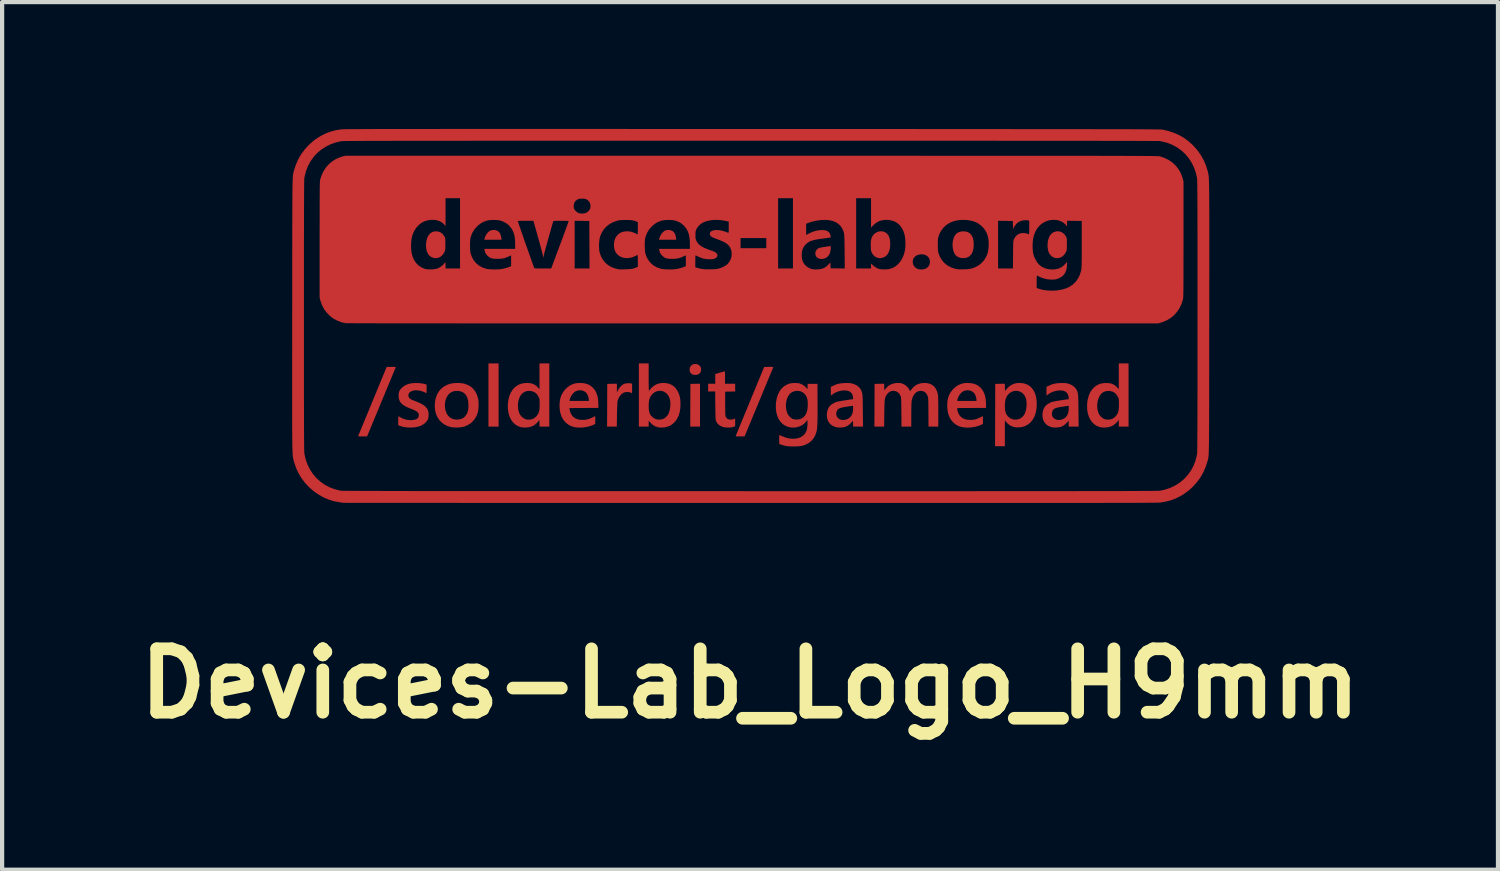
<source format=kicad_pcb>
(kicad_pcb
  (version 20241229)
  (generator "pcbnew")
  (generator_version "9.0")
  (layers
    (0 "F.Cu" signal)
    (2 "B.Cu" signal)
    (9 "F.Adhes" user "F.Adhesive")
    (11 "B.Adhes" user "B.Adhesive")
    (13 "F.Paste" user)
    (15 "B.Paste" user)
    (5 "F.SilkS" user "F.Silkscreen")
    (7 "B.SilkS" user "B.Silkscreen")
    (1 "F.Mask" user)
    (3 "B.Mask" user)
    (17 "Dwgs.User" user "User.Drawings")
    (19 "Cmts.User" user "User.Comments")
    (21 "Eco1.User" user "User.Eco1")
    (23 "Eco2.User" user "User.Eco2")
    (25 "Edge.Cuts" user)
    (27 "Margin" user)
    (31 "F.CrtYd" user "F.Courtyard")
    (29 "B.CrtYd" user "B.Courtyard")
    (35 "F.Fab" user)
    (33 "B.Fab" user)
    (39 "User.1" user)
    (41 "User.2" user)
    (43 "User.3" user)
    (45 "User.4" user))
  (footprint "Devices-Lab_Logo_H9mm"
    (layer "F.Cu")
    (at 14.693 4.42)
    (property "Reference" "Devices-Lab_Logo_H9mm" (at 0 8.7 0) (layer "F.SilkS") (effects (font (size 1.5 1.5) (thickness 0.3))))
    (attr board_only exclude_from_pos_files exclude_from_bom)
    (fp_poly (pts (xy -5.948 1.875) (xy -5.948 2.622) (xy -6.068 2.622) (xy -6.188 2.622) (xy -6.188 1.875) (xy -6.188 1.127) (xy -6.068 1.127) (xy -5.948 1.127)) (stroke (width 0) (type solid)) (fill yes) (layer "F.Cu"))
    (fp_poly (pts (xy -1.183 2.114) (xy -1.183 2.622) (xy -1.299 2.622) (xy -1.415 2.622) (xy -1.413 2.117) (xy -1.411 1.611) (xy -1.297 1.609) (xy -1.183 1.607)) (stroke (width 0) (type solid)) (fill yes) (layer "F.Cu"))
    (fp_poly (pts (xy -6.005 -2.022) (xy -5.965 -2.004) (xy -5.962 -2.002) (xy -5.927 -1.967) (xy -5.902 -1.921) (xy -5.887 -1.863) (xy -5.886 -1.853) (xy -5.879 -1.799) (xy -6.083 -1.799) (xy -6.286 -1.799) (xy -6.281 -1.824) (xy -6.264 -1.876) (xy -6.237 -1.926) (xy -6.203 -1.97) (xy -6.163 -2.004) (xy -6.143 -2.015) (xy -6.1 -2.028) (xy -6.052 -2.03)) (stroke (width 0) (type solid)) (fill yes) (layer "F.Cu"))
    (fp_poly (pts (xy -1.872 -2.022) (xy -1.832 -2.004) (xy -1.829 -2.002) (xy -1.794 -1.967) (xy -1.769 -1.921) (xy -1.754 -1.863) (xy -1.752 -1.853) (xy -1.746 -1.799) (xy -1.949 -1.799) (xy -2.153 -1.799) (xy -2.148 -1.824) (xy -2.131 -1.876) (xy -2.104 -1.926) (xy -2.069 -1.97) (xy -2.03 -2.004) (xy -2.01 -2.015) (xy -1.967 -2.028) (xy -1.919 -2.03)) (stroke (width 0) (type solid)) (fill yes) (layer "F.Cu"))
    (fp_poly (pts (xy -1.262 1.144) (xy -1.217 1.161) (xy -1.185 1.189) (xy -1.164 1.226) (xy -1.157 1.271) (xy -1.164 1.316) (xy -1.184 1.353) (xy -1.209 1.376) (xy -1.24 1.391) (xy -1.279 1.398) (xy -1.32 1.398) (xy -1.356 1.39) (xy -1.367 1.385) (xy -1.4 1.36) (xy -1.42 1.329) (xy -1.429 1.288) (xy -1.429 1.285) (xy -1.426 1.238) (xy -1.41 1.199) (xy -1.383 1.168) (xy -1.347 1.148) (xy -1.303 1.14)) (stroke (width 0) (type solid)) (fill yes) (layer "F.Cu"))
    (fp_poly (pts (xy 1.905 -1.646) (xy 1.909 -1.64) (xy 1.911 -1.627) (xy 1.91 -1.603) (xy 1.908 -1.579) (xy 1.898 -1.512) (xy 1.878 -1.456) (xy 1.848 -1.412) (xy 1.806 -1.377) (xy 1.779 -1.362) (xy 1.73 -1.347) (xy 1.679 -1.344) (xy 1.631 -1.353) (xy 1.618 -1.358) (xy 1.582 -1.382) (xy 1.558 -1.414) (xy 1.546 -1.451) (xy 1.544 -1.489) (xy 1.554 -1.527) (xy 1.575 -1.562) (xy 1.607 -1.59) (xy 1.632 -1.603) (xy 1.65 -1.608) (xy 1.681 -1.614) (xy 1.719 -1.622) (xy 1.762 -1.629) (xy 1.805 -1.636) (xy 1.845 -1.642) (xy 1.878 -1.646) (xy 1.898 -1.647)) (stroke (width 0) (type solid)) (fill yes) (layer "F.Cu"))
    (fp_poly (pts (xy 5.096 -1.995) (xy 5.152 -1.979) (xy 5.199 -1.951) (xy 5.237 -1.91) (xy 5.265 -1.856) (xy 5.281 -1.802) (xy 5.29 -1.733) (xy 5.291 -1.661) (xy 5.284 -1.591) (xy 5.269 -1.526) (xy 5.251 -1.482) (xy 5.219 -1.435) (xy 5.177 -1.399) (xy 5.126 -1.375) (xy 5.067 -1.364) (xy 5.003 -1.366) (xy 4.989 -1.368) (xy 4.942 -1.382) (xy 4.898 -1.404) (xy 4.864 -1.432) (xy 4.835 -1.474) (xy 4.813 -1.527) (xy 4.798 -1.589) (xy 4.791 -1.655) (xy 4.792 -1.724) (xy 4.801 -1.784) (xy 4.821 -1.852) (xy 4.85 -1.906) (xy 4.888 -1.948) (xy 4.936 -1.977) (xy 4.994 -1.993) (xy 5.03 -1.997)) (stroke (width 0) (type solid)) (fill yes) (layer "F.Cu"))
    (fp_poly (pts (xy 3.17 -1.987) (xy 3.187 -1.98) (xy 3.232 -1.951) (xy 3.268 -1.91) (xy 3.293 -1.858) (xy 3.31 -1.793) (xy 3.316 -1.731) (xy 3.315 -1.647) (xy 3.304 -1.572) (xy 3.282 -1.507) (xy 3.252 -1.454) (xy 3.213 -1.412) (xy 3.165 -1.383) (xy 3.109 -1.367) (xy 3.098 -1.365) (xy 3.067 -1.364) (xy 3.037 -1.366) (xy 3.028 -1.368) (xy 2.976 -1.388) (xy 2.93 -1.422) (xy 2.893 -1.468) (xy 2.877 -1.499) (xy 2.869 -1.519) (xy 2.863 -1.54) (xy 2.86 -1.566) (xy 2.857 -1.6) (xy 2.856 -1.644) (xy 2.855 -1.707) (xy 2.858 -1.758) (xy 2.864 -1.8) (xy 2.875 -1.837) (xy 2.887 -1.868) (xy 2.918 -1.916) (xy 2.959 -1.954) (xy 3.008 -1.981) (xy 3.061 -1.997) (xy 3.116 -1.999)) (stroke (width 0) (type solid)) (fill yes) (layer "F.Cu"))
    (fp_poly (pts (xy -7.368 -1.991) (xy -7.316 -1.97) (xy -7.271 -1.935) (xy -7.235 -1.885) (xy -7.229 -1.875) (xy -7.221 -1.86) (xy -7.215 -1.846) (xy -7.212 -1.831) (xy -7.209 -1.811) (xy -7.208 -1.784) (xy -7.208 -1.747) (xy -7.208 -1.696) (xy -7.208 -1.695) (xy -7.208 -1.644) (xy -7.208 -1.606) (xy -7.21 -1.578) (xy -7.212 -1.558) (xy -7.216 -1.541) (xy -7.222 -1.525) (xy -7.229 -1.51) (xy -7.262 -1.454) (xy -7.303 -1.411) (xy -7.351 -1.381) (xy -7.404 -1.365) (xy -7.461 -1.364) (xy -7.481 -1.367) (xy -7.534 -1.386) (xy -7.579 -1.417) (xy -7.616 -1.46) (xy -7.642 -1.515) (xy -7.659 -1.58) (xy -7.666 -1.654) (xy -7.665 -1.695) (xy -7.655 -1.774) (xy -7.636 -1.843) (xy -7.608 -1.899) (xy -7.571 -1.944) (xy -7.527 -1.976) (xy -7.474 -1.994) (xy -7.427 -1.998)) (stroke (width 0) (type solid)) (fill yes) (layer "F.Cu"))
    (fp_poly (pts (xy 7.338 -1.991) (xy 7.388 -1.968) (xy 7.433 -1.932) (xy 7.47 -1.881) (xy 7.477 -1.869) (xy 7.484 -1.855) (xy 7.489 -1.842) (xy 7.492 -1.825) (xy 7.494 -1.803) (xy 7.495 -1.772) (xy 7.495 -1.729) (xy 7.495 -1.695) (xy 7.495 -1.644) (xy 7.495 -1.606) (xy 7.493 -1.578) (xy 7.491 -1.558) (xy 7.487 -1.541) (xy 7.481 -1.526) (xy 7.474 -1.51) (xy 7.441 -1.454) (xy 7.399 -1.411) (xy 7.352 -1.381) (xy 7.298 -1.365) (xy 7.241 -1.364) (xy 7.222 -1.367) (xy 7.178 -1.381) (xy 7.142 -1.403) (xy 7.113 -1.43) (xy 7.087 -1.462) (xy 7.069 -1.494) (xy 7.055 -1.532) (xy 7.048 -1.561) (xy 7.037 -1.638) (xy 7.04 -1.721) (xy 7.047 -1.771) (xy 7.067 -1.841) (xy 7.095 -1.899) (xy 7.132 -1.944) (xy 7.178 -1.976) (xy 7.232 -1.994) (xy 7.283 -1.999)) (stroke (width 0) (type solid)) (fill yes) (layer "F.Cu"))
    (fp_poly (pts (xy -2.824 1.598) (xy -2.812 1.601) (xy -2.79 1.607) (xy -2.79 1.719) (xy -2.79 1.759) (xy -2.791 1.793) (xy -2.792 1.818) (xy -2.793 1.83) (xy -2.793 1.831) (xy -2.801 1.828) (xy -2.818 1.819) (xy -2.823 1.817) (xy -2.855 1.807) (xy -2.896 1.803) (xy -2.939 1.805) (xy -2.977 1.814) (xy -2.994 1.821) (xy -3.039 1.852) (xy -3.078 1.896) (xy -3.11 1.949) (xy -3.132 2.007) (xy -3.135 2.02) (xy -3.137 2.037) (xy -3.139 2.068) (xy -3.141 2.111) (xy -3.143 2.163) (xy -3.145 2.223) (xy -3.147 2.287) (xy -3.148 2.341) (xy -3.152 2.622) (xy -3.267 2.622) (xy -3.382 2.622) (xy -3.38 2.117) (xy -3.378 1.611) (xy -3.264 1.609) (xy -3.15 1.607) (xy -3.15 1.709) (xy -3.149 1.811) (xy -3.121 1.756) (xy -3.088 1.703) (xy -3.048 1.658) (xy -3.005 1.624) (xy -2.984 1.613) (xy -2.95 1.603) (xy -2.907 1.597) (xy -2.863 1.595)) (stroke (width 0) (type solid)) (fill yes) (layer "F.Cu"))
    (fp_poly (pts (xy -8.41 1.209) (xy -8.391 1.21) (xy -8.382 1.213) (xy -8.381 1.217) (xy -8.385 1.226) (xy -8.394 1.249) (xy -8.409 1.284) (xy -8.428 1.33) (xy -8.451 1.386) (xy -8.478 1.452) (xy -8.508 1.524) (xy -8.541 1.604) (xy -8.576 1.688) (xy -8.613 1.777) (xy -8.651 1.869) (xy -8.69 1.962) (xy -8.729 2.056) (xy -8.767 2.149) (xy -8.805 2.241) (xy -8.842 2.329) (xy -8.877 2.413) (xy -8.91 2.492) (xy -8.94 2.565) (xy -8.966 2.629) (xy -8.989 2.685) (xy -9.008 2.731) (xy -9.023 2.765) (xy -9.032 2.787) (xy -9.034 2.792) (xy -9.06 2.854) (xy -9.167 2.854) (xy -9.212 2.854) (xy -9.243 2.853) (xy -9.261 2.851) (xy -9.269 2.847) (xy -9.27 2.844) (xy -9.266 2.836) (xy -9.257 2.813) (xy -9.242 2.778) (xy -9.223 2.731) (xy -9.199 2.673) (xy -9.171 2.605) (xy -9.139 2.527) (xy -9.104 2.442) (xy -9.066 2.35) (xy -9.025 2.252) (xy -8.983 2.148) (xy -8.938 2.04) (xy -8.931 2.023) (xy -8.596 1.211) (xy -8.486 1.209) (xy -8.441 1.208)) (stroke (width 0) (type solid)) (fill yes) (layer "F.Cu"))
    (fp_poly (pts (xy 0.52 1.209) (xy 0.539 1.21) (xy 0.548 1.213) (xy 0.549 1.217) (xy 0.546 1.226) (xy 0.536 1.249) (xy 0.522 1.284) (xy 0.503 1.33) (xy 0.479 1.386) (xy 0.452 1.452) (xy 0.422 1.524) (xy 0.389 1.604) (xy 0.354 1.688) (xy 0.317 1.777) (xy 0.279 1.869) (xy 0.241 1.962) (xy 0.202 2.056) (xy 0.163 2.149) (xy 0.125 2.241) (xy 0.088 2.329) (xy 0.053 2.413) (xy 0.021 2.492) (xy -0.009 2.565) (xy -0.036 2.629) (xy -0.059 2.685) (xy -0.078 2.731) (xy -0.092 2.765) (xy -0.101 2.787) (xy -0.104 2.792) (xy -0.129 2.854) (xy -0.236 2.854) (xy -0.281 2.854) (xy -0.312 2.853) (xy -0.331 2.851) (xy -0.339 2.847) (xy -0.339 2.844) (xy -0.336 2.836) (xy -0.327 2.813) (xy -0.312 2.778) (xy -0.293 2.731) (xy -0.269 2.673) (xy -0.241 2.605) (xy -0.209 2.527) (xy -0.174 2.442) (xy -0.136 2.35) (xy -0.095 2.252) (xy -0.052 2.148) (xy -0.008 2.04) (xy -0.001 2.023) (xy 0.334 1.211) (xy 0.444 1.209) (xy 0.489 1.208)) (stroke (width 0) (type solid)) (fill yes) (layer "F.Cu"))
    (fp_poly (pts (xy -0.598 1.315) (xy -0.595 1.326) (xy -0.593 1.346) (xy -0.592 1.378) (xy -0.592 1.424) (xy -0.592 1.458) (xy -0.592 1.607) (xy -0.472 1.607) (xy -0.352 1.607) (xy -0.352 1.699) (xy -0.352 1.79) (xy -0.47 1.793) (xy -0.588 1.795) (xy -0.588 2.079) (xy -0.588 2.154) (xy -0.587 2.215) (xy -0.587 2.263) (xy -0.586 2.301) (xy -0.585 2.33) (xy -0.583 2.351) (xy -0.581 2.367) (xy -0.578 2.378) (xy -0.575 2.388) (xy -0.572 2.394) (xy -0.555 2.418) (xy -0.535 2.438) (xy -0.53 2.441) (xy -0.5 2.452) (xy -0.462 2.456) (xy -0.423 2.454) (xy -0.39 2.446) (xy -0.385 2.443) (xy -0.368 2.435) (xy -0.357 2.431) (xy -0.356 2.43) (xy -0.354 2.438) (xy -0.353 2.458) (xy -0.352 2.488) (xy -0.352 2.521) (xy -0.352 2.612) (xy -0.374 2.621) (xy -0.423 2.636) (xy -0.483 2.643) (xy -0.548 2.643) (xy -0.614 2.636) (xy -0.616 2.636) (xy -0.677 2.617) (xy -0.73 2.587) (xy -0.772 2.546) (xy -0.802 2.495) (xy -0.805 2.487) (xy -0.808 2.476) (xy -0.811 2.463) (xy -0.814 2.446) (xy -0.816 2.423) (xy -0.817 2.393) (xy -0.818 2.355) (xy -0.82 2.306) (xy -0.82 2.245) (xy -0.821 2.17) (xy -0.822 2.121) (xy -0.824 1.791) (xy -0.908 1.791) (xy -0.991 1.791) (xy -0.991 1.699) (xy -0.991 1.607) (xy -0.907 1.607) (xy -0.823 1.607) (xy -0.823 1.492) (xy -0.823 1.377) (xy -0.718 1.347) (xy -0.678 1.336) (xy -0.644 1.326) (xy -0.618 1.318) (xy -0.603 1.314) (xy -0.602 1.313)) (stroke (width 0) (type solid)) (fill yes) (layer "F.Cu"))
    (fp_poly (pts (xy -6.823 1.595) (xy -6.764 1.606) (xy -6.761 1.606) (xy -6.68 1.635) (xy -6.609 1.675) (xy -6.549 1.728) (xy -6.5 1.791) (xy -6.461 1.867) (xy -6.434 1.954) (xy -6.431 1.967) (xy -6.425 2.013) (xy -6.421 2.07) (xy -6.421 2.13) (xy -6.424 2.19) (xy -6.43 2.242) (xy -6.432 2.253) (xy -6.457 2.337) (xy -6.495 2.414) (xy -6.545 2.482) (xy -6.606 2.54) (xy -6.678 2.586) (xy -6.758 2.619) (xy -6.784 2.627) (xy -6.828 2.635) (xy -6.882 2.641) (xy -6.941 2.643) (xy -6.998 2.642) (xy -7.047 2.638) (xy -7.064 2.635) (xy -7.15 2.611) (xy -7.226 2.574) (xy -7.293 2.526) (xy -7.35 2.467) (xy -7.395 2.398) (xy -7.429 2.321) (xy -7.45 2.236) (xy -7.458 2.143) (xy -7.456 2.104) (xy -7.219 2.104) (xy -7.217 2.169) (xy -7.206 2.232) (xy -7.186 2.292) (xy -7.157 2.345) (xy -7.119 2.39) (xy -7.072 2.424) (xy -7.066 2.427) (xy -7.005 2.449) (xy -6.939 2.457) (xy -6.872 2.451) (xy -6.823 2.437) (xy -6.778 2.413) (xy -6.744 2.382) (xy -6.71 2.338) (xy -6.685 2.289) (xy -6.669 2.232) (xy -6.662 2.166) (xy -6.662 2.087) (xy -6.662 2.084) (xy -6.67 2.005) (xy -6.688 1.939) (xy -6.714 1.885) (xy -6.751 1.841) (xy -6.785 1.815) (xy -6.837 1.791) (xy -6.897 1.778) (xy -6.959 1.777) (xy -7.02 1.788) (xy -7.049 1.799) (xy -7.099 1.828) (xy -7.14 1.87) (xy -7.173 1.92) (xy -7.197 1.977) (xy -7.213 2.039) (xy -7.219 2.104) (xy -7.456 2.104) (xy -7.453 2.045) (xy -7.452 2.035) (xy -7.433 1.941) (xy -7.401 1.857) (xy -7.358 1.784) (xy -7.303 1.722) (xy -7.237 1.671) (xy -7.16 1.631) (xy -7.086 1.606) (xy -7.028 1.596) (xy -6.96 1.59) (xy -6.89 1.59)) (stroke (width 0) (type solid)) (fill yes) (layer "F.Cu"))
    (fp_poly (pts (xy -3.934 1.595) (xy -3.863 1.611) (xy -3.8 1.638) (xy -3.744 1.678) (xy -3.717 1.702) (xy -3.671 1.758) (xy -3.636 1.823) (xy -3.61 1.898) (xy -3.594 1.985) (xy -3.588 2.083) (xy -3.586 2.179) (xy -3.929 2.181) (xy -4.272 2.183) (xy -4.267 2.223) (xy -4.257 2.268) (xy -4.238 2.314) (xy -4.214 2.356) (xy -4.189 2.386) (xy -4.141 2.422) (xy -4.089 2.446) (xy -4.029 2.459) (xy -3.963 2.463) (xy -3.902 2.461) (xy -3.849 2.452) (xy -3.797 2.436) (xy -3.74 2.411) (xy -3.738 2.41) (xy -3.708 2.395) (xy -3.684 2.383) (xy -3.668 2.376) (xy -3.664 2.375) (xy -3.663 2.382) (xy -3.662 2.402) (xy -3.662 2.432) (xy -3.662 2.466) (xy -3.662 2.558) (xy -3.7 2.577) (xy -3.768 2.605) (xy -3.846 2.626) (xy -3.93 2.64) (xy -4.016 2.645) (xy -4.098 2.642) (xy -4.153 2.634) (xy -4.231 2.611) (xy -4.301 2.574) (xy -4.362 2.525) (xy -4.414 2.464) (xy -4.455 2.392) (xy -4.484 2.312) (xy -4.486 2.305) (xy -4.501 2.224) (xy -4.507 2.139) (xy -4.504 2.054) (xy -4.498 2.015) (xy -4.271 2.015) (xy -4.041 2.015) (xy -3.811 2.015) (xy -3.816 1.966) (xy -3.826 1.916) (xy -3.846 1.867) (xy -3.873 1.826) (xy -3.89 1.808) (xy -3.932 1.781) (xy -3.981 1.766) (xy -4.035 1.762) (xy -4.088 1.771) (xy -4.124 1.785) (xy -4.166 1.814) (xy -4.204 1.855) (xy -4.236 1.904) (xy -4.258 1.957) (xy -4.266 1.986) (xy -4.271 2.015) (xy -4.498 2.015) (xy -4.492 1.973) (xy -4.472 1.901) (xy -4.469 1.893) (xy -4.433 1.822) (xy -4.385 1.757) (xy -4.328 1.699) (xy -4.265 1.653) (xy -4.234 1.636) (xy -4.186 1.615) (xy -4.142 1.601) (xy -4.096 1.593) (xy -4.043 1.59) (xy -4.016 1.59)) (stroke (width 0) (type solid)) (fill yes) (layer "F.Cu"))
    (fp_poly (pts (xy 5.236 1.595) (xy 5.307 1.611) (xy 5.37 1.638) (xy 5.427 1.678) (xy 5.453 1.702) (xy 5.499 1.758) (xy 5.534 1.823) (xy 5.56 1.898) (xy 5.576 1.985) (xy 5.582 2.083) (xy 5.584 2.179) (xy 5.242 2.181) (xy 4.899 2.183) (xy 4.903 2.223) (xy 4.914 2.268) (xy 4.932 2.314) (xy 4.956 2.356) (xy 4.982 2.386) (xy 5.029 2.422) (xy 5.081 2.446) (xy 5.141 2.459) (xy 5.207 2.463) (xy 5.268 2.461) (xy 5.321 2.452) (xy 5.373 2.436) (xy 5.43 2.411) (xy 5.432 2.41) (xy 5.462 2.395) (xy 5.487 2.383) (xy 5.502 2.376) (xy 5.506 2.375) (xy 5.507 2.382) (xy 5.508 2.402) (xy 5.508 2.432) (xy 5.509 2.466) (xy 5.509 2.558) (xy 5.47 2.577) (xy 5.402 2.605) (xy 5.324 2.626) (xy 5.24 2.64) (xy 5.155 2.645) (xy 5.072 2.642) (xy 5.017 2.634) (xy 4.939 2.611) (xy 4.869 2.574) (xy 4.808 2.525) (xy 4.756 2.464) (xy 4.716 2.392) (xy 4.686 2.312) (xy 4.685 2.305) (xy 4.67 2.224) (xy 4.664 2.139) (xy 4.667 2.054) (xy 4.672 2.015) (xy 4.899 2.015) (xy 5.129 2.015) (xy 5.359 2.015) (xy 5.354 1.966) (xy 5.344 1.916) (xy 5.325 1.867) (xy 5.298 1.826) (xy 5.28 1.808) (xy 5.238 1.781) (xy 5.189 1.766) (xy 5.135 1.762) (xy 5.082 1.771) (xy 5.046 1.785) (xy 5.004 1.814) (xy 4.966 1.855) (xy 4.934 1.904) (xy 4.912 1.957) (xy 4.905 1.986) (xy 4.899 2.015) (xy 4.672 2.015) (xy 4.678 1.973) (xy 4.699 1.901) (xy 4.702 1.893) (xy 4.737 1.822) (xy 4.785 1.757) (xy 4.842 1.699) (xy 4.905 1.653) (xy 4.936 1.636) (xy 4.984 1.615) (xy 5.028 1.601) (xy 5.074 1.593) (xy 5.127 1.59) (xy 5.154 1.59)) (stroke (width 0) (type solid)) (fill yes) (layer "F.Cu"))
    (fp_poly (pts (xy 6.481 1.6) (xy 6.551 1.624) (xy 6.614 1.661) (xy 6.667 1.711) (xy 6.711 1.773) (xy 6.745 1.846) (xy 6.768 1.931) (xy 6.779 2.009) (xy 6.782 2.116) (xy 6.774 2.214) (xy 6.755 2.305) (xy 6.726 2.386) (xy 6.686 2.458) (xy 6.637 2.519) (xy 6.579 2.568) (xy 6.512 2.606) (xy 6.438 2.63) (xy 6.39 2.638) (xy 6.308 2.641) (xy 6.234 2.629) (xy 6.167 2.603) (xy 6.107 2.562) (xy 6.054 2.508) (xy 6.05 2.502) (xy 6.028 2.474) (xy 6.028 2.78) (xy 6.028 3.086) (xy 5.912 3.086) (xy 5.796 3.086) (xy 5.798 2.349) (xy 5.799 2.136) (xy 6.028 2.136) (xy 6.031 2.205) (xy 6.038 2.261) (xy 6.053 2.308) (xy 6.074 2.348) (xy 6.103 2.383) (xy 6.105 2.385) (xy 6.154 2.424) (xy 6.206 2.448) (xy 6.264 2.457) (xy 6.326 2.452) (xy 6.368 2.441) (xy 6.405 2.422) (xy 6.443 2.392) (xy 6.476 2.354) (xy 6.498 2.318) (xy 6.521 2.256) (xy 6.536 2.185) (xy 6.543 2.111) (xy 6.541 2.037) (xy 6.529 1.97) (xy 6.524 1.951) (xy 6.498 1.893) (xy 6.462 1.846) (xy 6.418 1.81) (xy 6.369 1.786) (xy 6.315 1.775) (xy 6.261 1.776) (xy 6.206 1.791) (xy 6.154 1.819) (xy 6.109 1.858) (xy 6.078 1.899) (xy 6.055 1.945) (xy 6.039 1.999) (xy 6.031 2.062) (xy 6.028 2.136) (xy 5.799 2.136) (xy 5.8 1.611) (xy 5.914 1.609) (xy 6.028 1.607) (xy 6.028 1.691) (xy 6.029 1.729) (xy 6.031 1.757) (xy 6.034 1.773) (xy 6.036 1.775) (xy 6.044 1.769) (xy 6.044 1.767) (xy 6.049 1.758) (xy 6.063 1.741) (xy 6.083 1.718) (xy 6.093 1.707) (xy 6.151 1.656) (xy 6.215 1.619) (xy 6.285 1.597) (xy 6.316 1.592) (xy 6.402 1.589)) (stroke (width 0) (type solid)) (fill yes) (layer "F.Cu"))
    (fp_poly (pts (xy -4.749 1.875) (xy -4.749 2.622) (xy -4.865 2.622) (xy -4.981 2.622) (xy -4.981 2.541) (xy -4.981 2.504) (xy -4.982 2.482) (xy -4.983 2.471) (xy -4.987 2.469) (xy -4.992 2.475) (xy -4.994 2.479) (xy -5.041 2.535) (xy -5.098 2.582) (xy -5.164 2.617) (xy -5.177 2.622) (xy -5.223 2.634) (xy -5.278 2.642) (xy -5.336 2.644) (xy -5.391 2.64) (xy -5.423 2.634) (xy -5.493 2.609) (xy -5.556 2.57) (xy -5.61 2.519) (xy -5.654 2.456) (xy -5.689 2.384) (xy -5.714 2.302) (xy -5.728 2.213) (xy -5.73 2.157) (xy -5.49 2.157) (xy -5.482 2.229) (xy -5.466 2.289) (xy -5.441 2.34) (xy -5.412 2.377) (xy -5.367 2.418) (xy -5.319 2.444) (xy -5.267 2.457) (xy -5.208 2.456) (xy -5.155 2.446) (xy -5.119 2.43) (xy -5.081 2.403) (xy -5.046 2.368) (xy -5.031 2.347) (xy -5.012 2.316) (xy -4.997 2.283) (xy -4.987 2.248) (xy -4.981 2.206) (xy -4.978 2.154) (xy -4.977 2.095) (xy -4.977 2.047) (xy -4.978 2.012) (xy -4.98 1.987) (xy -4.983 1.967) (xy -4.988 1.95) (xy -4.995 1.932) (xy -5 1.922) (xy -5.033 1.866) (xy -5.075 1.824) (xy -5.126 1.795) (xy -5.185 1.779) (xy -5.208 1.777) (xy -5.272 1.78) (xy -5.329 1.797) (xy -5.378 1.828) (xy -5.42 1.873) (xy -5.448 1.921) (xy -5.476 1.997) (xy -5.49 2.075) (xy -5.49 2.157) (xy -5.73 2.157) (xy -5.731 2.116) (xy -5.729 2.085) (xy -5.716 1.985) (xy -5.692 1.894) (xy -5.657 1.813) (xy -5.612 1.744) (xy -5.557 1.686) (xy -5.513 1.654) (xy -5.455 1.622) (xy -5.395 1.602) (xy -5.328 1.592) (xy -5.281 1.59) (xy -5.209 1.594) (xy -5.149 1.607) (xy -5.097 1.63) (xy -5.05 1.663) (xy -5.018 1.696) (xy -4.981 1.737) (xy -4.981 1.432) (xy -4.981 1.127) (xy -4.865 1.127) (xy -4.749 1.127)) (stroke (width 0) (type solid)) (fill yes) (layer "F.Cu"))
    (fp_poly (pts (xy 8.954 1.875) (xy 8.954 2.622) (xy 8.838 2.622) (xy 8.723 2.622) (xy 8.723 2.541) (xy 8.722 2.504) (xy 8.722 2.482) (xy 8.72 2.471) (xy 8.717 2.469) (xy 8.712 2.475) (xy 8.709 2.479) (xy 8.663 2.535) (xy 8.605 2.582) (xy 8.539 2.617) (xy 8.527 2.622) (xy 8.48 2.634) (xy 8.425 2.642) (xy 8.367 2.644) (xy 8.313 2.64) (xy 8.281 2.634) (xy 8.21 2.609) (xy 8.148 2.57) (xy 8.094 2.519) (xy 8.049 2.456) (xy 8.014 2.384) (xy 7.989 2.302) (xy 7.975 2.213) (xy 7.974 2.157) (xy 8.213 2.157) (xy 8.221 2.229) (xy 8.238 2.289) (xy 8.262 2.34) (xy 8.291 2.377) (xy 8.336 2.418) (xy 8.384 2.444) (xy 8.437 2.457) (xy 8.496 2.456) (xy 8.548 2.446) (xy 8.585 2.43) (xy 8.623 2.403) (xy 8.657 2.368) (xy 8.673 2.347) (xy 8.692 2.316) (xy 8.706 2.283) (xy 8.716 2.248) (xy 8.722 2.206) (xy 8.725 2.154) (xy 8.726 2.095) (xy 8.726 2.047) (xy 8.725 2.012) (xy 8.724 1.987) (xy 8.721 1.967) (xy 8.716 1.95) (xy 8.708 1.932) (xy 8.704 1.922) (xy 8.671 1.866) (xy 8.628 1.824) (xy 8.578 1.795) (xy 8.518 1.779) (xy 8.496 1.777) (xy 8.432 1.78) (xy 8.375 1.797) (xy 8.325 1.828) (xy 8.284 1.873) (xy 8.256 1.921) (xy 8.228 1.997) (xy 8.214 2.075) (xy 8.213 2.157) (xy 7.974 2.157) (xy 7.973 2.116) (xy 7.974 2.085) (xy 7.987 1.985) (xy 8.011 1.894) (xy 8.046 1.813) (xy 8.091 1.744) (xy 8.147 1.686) (xy 8.19 1.654) (xy 8.248 1.622) (xy 8.308 1.602) (xy 8.376 1.592) (xy 8.423 1.59) (xy 8.494 1.594) (xy 8.554 1.607) (xy 8.606 1.63) (xy 8.653 1.663) (xy 8.686 1.696) (xy 8.723 1.737) (xy 8.723 1.432) (xy 8.723 1.127) (xy 8.838 1.127) (xy 8.954 1.127)) (stroke (width 0) (type solid)) (fill yes) (layer "F.Cu"))
    (fp_poly (pts (xy -2.398 1.451) (xy -2.398 1.541) (xy -2.398 1.617) (xy -2.397 1.678) (xy -2.395 1.725) (xy -2.394 1.757) (xy -2.392 1.773) (xy -2.39 1.775) (xy -2.383 1.769) (xy -2.382 1.767) (xy -2.377 1.758) (xy -2.364 1.741) (xy -2.344 1.718) (xy -2.334 1.707) (xy -2.275 1.656) (xy -2.21 1.619) (xy -2.138 1.597) (xy -2.059 1.588) (xy -1.995 1.592) (xy -1.919 1.607) (xy -1.853 1.635) (xy -1.795 1.676) (xy -1.746 1.731) (xy -1.704 1.799) (xy -1.702 1.803) (xy -1.679 1.858) (xy -1.662 1.913) (xy -1.651 1.974) (xy -1.646 2.044) (xy -1.646 2.091) (xy -1.65 2.191) (xy -1.665 2.281) (xy -1.689 2.361) (xy -1.724 2.433) (xy -1.74 2.46) (xy -1.772 2.501) (xy -1.811 2.541) (xy -1.853 2.576) (xy -1.894 2.601) (xy -1.9 2.604) (xy -1.965 2.627) (xy -2.035 2.641) (xy -2.106 2.645) (xy -2.173 2.638) (xy -2.187 2.635) (xy -2.25 2.612) (xy -2.31 2.574) (xy -2.355 2.531) (xy -2.398 2.484) (xy -2.398 2.553) (xy -2.398 2.622) (xy -2.514 2.622) (xy -2.63 2.622) (xy -2.63 2.136) (xy -2.398 2.136) (xy -2.396 2.205) (xy -2.388 2.261) (xy -2.374 2.308) (xy -2.353 2.348) (xy -2.324 2.383) (xy -2.321 2.385) (xy -2.273 2.424) (xy -2.22 2.448) (xy -2.163 2.457) (xy -2.101 2.452) (xy -2.059 2.441) (xy -2.021 2.422) (xy -1.984 2.392) (xy -1.951 2.354) (xy -1.929 2.318) (xy -1.906 2.256) (xy -1.891 2.185) (xy -1.884 2.111) (xy -1.886 2.037) (xy -1.897 1.97) (xy -1.903 1.951) (xy -1.929 1.893) (xy -1.965 1.846) (xy -2.008 1.81) (xy -2.058 1.786) (xy -2.111 1.775) (xy -2.166 1.776) (xy -2.221 1.791) (xy -2.273 1.819) (xy -2.317 1.858) (xy -2.349 1.899) (xy -2.372 1.945) (xy -2.387 1.999) (xy -2.396 2.062) (xy -2.398 2.136) (xy -2.63 2.136) (xy -2.63 1.875) (xy -2.63 1.127) (xy -2.514 1.127) (xy -2.398 1.127)) (stroke (width 0) (type solid)) (fill yes) (layer "F.Cu"))
    (fp_poly (pts (xy -7.858 1.591) (xy -7.789 1.597) (xy -7.725 1.607) (xy -7.673 1.622) (xy -7.651 1.631) (xy -7.651 1.731) (xy -7.651 1.769) (xy -7.652 1.8) (xy -7.653 1.822) (xy -7.655 1.831) (xy -7.655 1.831) (xy -7.663 1.827) (xy -7.682 1.819) (xy -7.707 1.806) (xy -7.707 1.806) (xy -7.754 1.787) (xy -7.809 1.773) (xy -7.865 1.764) (xy -7.916 1.762) (xy -7.931 1.763) (xy -7.973 1.771) (xy -8.012 1.786) (xy -8.045 1.805) (xy -8.067 1.827) (xy -8.069 1.83) (xy -8.082 1.866) (xy -8.081 1.904) (xy -8.065 1.938) (xy -8.059 1.946) (xy -8.048 1.957) (xy -8.035 1.967) (xy -8.018 1.977) (xy -7.994 1.989) (xy -7.961 2.003) (xy -7.917 2.021) (xy -7.871 2.039) (xy -7.791 2.074) (xy -7.727 2.111) (xy -7.676 2.152) (xy -7.64 2.196) (xy -7.619 2.238) (xy -7.608 2.279) (xy -7.604 2.327) (xy -7.605 2.377) (xy -7.612 2.422) (xy -7.625 2.459) (xy -7.625 2.459) (xy -7.659 2.508) (xy -7.705 2.552) (xy -7.761 2.588) (xy -7.811 2.611) (xy -7.875 2.628) (xy -7.948 2.64) (xy -8.026 2.644) (xy -8.104 2.642) (xy -8.172 2.634) (xy -8.209 2.626) (xy -8.248 2.616) (xy -8.278 2.606) (xy -8.323 2.589) (xy -8.323 2.487) (xy -8.322 2.448) (xy -8.321 2.415) (xy -8.32 2.392) (xy -8.318 2.38) (xy -8.318 2.38) (xy -8.308 2.381) (xy -8.293 2.389) (xy -8.292 2.39) (xy -8.221 2.43) (xy -8.143 2.456) (xy -8.059 2.468) (xy -8.006 2.468) (xy -7.945 2.461) (xy -7.897 2.447) (xy -7.863 2.425) (xy -7.843 2.396) (xy -7.835 2.358) (xy -7.835 2.353) (xy -7.839 2.322) (xy -7.853 2.294) (xy -7.877 2.269) (xy -7.914 2.245) (xy -7.964 2.222) (xy -8.003 2.207) (xy -8.085 2.174) (xy -8.152 2.142) (xy -8.206 2.109) (xy -8.247 2.074) (xy -8.278 2.036) (xy -8.298 1.994) (xy -8.31 1.946) (xy -8.313 1.91) (xy -8.313 1.854) (xy -8.306 1.809) (xy -8.29 1.771) (xy -8.265 1.734) (xy -8.244 1.711) (xy -8.198 1.671) (xy -8.147 1.64) (xy -8.088 1.616) (xy -8.052 1.606) (xy -7.995 1.595) (xy -7.928 1.591)) (stroke (width 0) (type solid)) (fill yes) (layer "F.Cu"))
    (fp_poly (pts (xy 4.179 1.592) (xy 4.247 1.606) (xy 4.306 1.634) (xy 4.355 1.674) (xy 4.395 1.727) (xy 4.425 1.792) (xy 4.441 1.852) (xy 4.444 1.869) (xy 4.447 1.892) (xy 4.449 1.921) (xy 4.45 1.958) (xy 4.451 2.004) (xy 4.452 2.062) (xy 4.453 2.132) (xy 4.453 2.215) (xy 4.453 2.265) (xy 4.453 2.622) (xy 4.338 2.622) (xy 4.222 2.622) (xy 4.22 2.281) (xy 4.219 2.198) (xy 4.218 2.129) (xy 4.218 2.073) (xy 4.217 2.029) (xy 4.216 1.994) (xy 4.214 1.967) (xy 4.212 1.946) (xy 4.21 1.93) (xy 4.207 1.917) (xy 4.203 1.905) (xy 4.199 1.893) (xy 4.198 1.891) (xy 4.172 1.842) (xy 4.138 1.806) (xy 4.095 1.784) (xy 4.043 1.775) (xy 4.029 1.775) (xy 3.983 1.783) (xy 3.939 1.804) (xy 3.901 1.839) (xy 3.868 1.884) (xy 3.842 1.939) (xy 3.825 2.001) (xy 3.822 2.023) (xy 3.82 2.046) (xy 3.818 2.082) (xy 3.817 2.129) (xy 3.815 2.185) (xy 3.815 2.247) (xy 3.814 2.313) (xy 3.814 2.353) (xy 3.814 2.622) (xy 3.698 2.622) (xy 3.583 2.622) (xy 3.58 2.281) (xy 3.579 2.196) (xy 3.578 2.126) (xy 3.577 2.069) (xy 3.576 2.023) (xy 3.575 1.987) (xy 3.573 1.96) (xy 3.571 1.939) (xy 3.569 1.923) (xy 3.566 1.911) (xy 3.563 1.902) (xy 3.537 1.852) (xy 3.501 1.814) (xy 3.458 1.788) (xy 3.408 1.776) (xy 3.392 1.775) (xy 3.339 1.782) (xy 3.293 1.804) (xy 3.253 1.841) (xy 3.23 1.872) (xy 3.218 1.892) (xy 3.208 1.911) (xy 3.2 1.931) (xy 3.194 1.953) (xy 3.189 1.98) (xy 3.185 2.012) (xy 3.182 2.052) (xy 3.18 2.101) (xy 3.178 2.161) (xy 3.177 2.234) (xy 3.176 2.313) (xy 3.172 2.622) (xy 3.057 2.622) (xy 2.942 2.622) (xy 2.944 2.117) (xy 2.946 1.611) (xy 3.06 1.609) (xy 3.174 1.607) (xy 3.174 1.683) (xy 3.175 1.719) (xy 3.177 1.744) (xy 3.18 1.758) (xy 3.182 1.759) (xy 3.19 1.754) (xy 3.19 1.752) (xy 3.196 1.741) (xy 3.21 1.722) (xy 3.23 1.7) (xy 3.253 1.677) (xy 3.276 1.658) (xy 3.289 1.647) (xy 3.34 1.62) (xy 3.4 1.601) (xy 3.464 1.59) (xy 3.528 1.589) (xy 3.575 1.595) (xy 3.627 1.614) (xy 3.677 1.644) (xy 3.723 1.685) (xy 3.759 1.731) (xy 3.768 1.747) (xy 3.787 1.785) (xy 3.812 1.75) (xy 3.862 1.69) (xy 3.921 1.643) (xy 3.986 1.611) (xy 4.06 1.593) (xy 4.14 1.589)) (stroke (width 0) (type solid)) (fill yes) (layer "F.Cu"))
    (fp_poly (pts (xy 2.338 1.592) (xy 2.385 1.596) (xy 2.402 1.599) (xy 2.467 1.619) (xy 2.526 1.649) (xy 2.576 1.688) (xy 2.613 1.734) (xy 2.622 1.75) (xy 2.631 1.769) (xy 2.639 1.787) (xy 2.646 1.806) (xy 2.651 1.827) (xy 2.656 1.852) (xy 2.659 1.882) (xy 2.662 1.919) (xy 2.664 1.965) (xy 2.665 2.02) (xy 2.666 2.087) (xy 2.667 2.167) (xy 2.668 2.249) (xy 2.672 2.622) (xy 2.555 2.622) (xy 2.439 2.622) (xy 2.437 2.55) (xy 2.434 2.478) (xy 2.405 2.517) (xy 2.36 2.564) (xy 2.305 2.603) (xy 2.259 2.625) (xy 2.22 2.635) (xy 2.172 2.641) (xy 2.12 2.644) (xy 2.07 2.641) (xy 2.039 2.636) (xy 1.972 2.613) (xy 1.917 2.579) (xy 1.873 2.534) (xy 1.841 2.48) (xy 1.822 2.417) (xy 1.816 2.345) (xy 1.817 2.319) (xy 1.82 2.303) (xy 2.039 2.303) (xy 2.041 2.347) (xy 2.055 2.386) (xy 2.08 2.419) (xy 2.113 2.444) (xy 2.155 2.46) (xy 2.201 2.466) (xy 2.252 2.461) (xy 2.305 2.443) (xy 2.308 2.441) (xy 2.357 2.41) (xy 2.395 2.367) (xy 2.421 2.314) (xy 2.435 2.25) (xy 2.438 2.198) (xy 2.438 2.164) (xy 2.437 2.143) (xy 2.435 2.133) (xy 2.43 2.129) (xy 2.421 2.13) (xy 2.42 2.13) (xy 2.406 2.133) (xy 2.38 2.137) (xy 2.344 2.142) (xy 2.303 2.148) (xy 2.291 2.15) (xy 2.223 2.161) (xy 2.17 2.172) (xy 2.128 2.185) (xy 2.097 2.199) (xy 2.075 2.217) (xy 2.059 2.239) (xy 2.052 2.255) (xy 2.039 2.303) (xy 1.82 2.303) (xy 1.828 2.249) (xy 1.851 2.188) (xy 1.885 2.136) (xy 1.933 2.094) (xy 1.994 2.058) (xy 2.046 2.037) (xy 2.064 2.033) (xy 2.094 2.027) (xy 2.133 2.019) (xy 2.18 2.011) (xy 2.23 2.003) (xy 2.281 1.995) (xy 2.329 1.987) (xy 2.371 1.981) (xy 2.405 1.977) (xy 2.428 1.975) (xy 2.432 1.975) (xy 2.437 1.968) (xy 2.438 1.949) (xy 2.436 1.923) (xy 2.43 1.893) (xy 2.427 1.882) (xy 2.406 1.837) (xy 2.373 1.802) (xy 2.329 1.779) (xy 2.274 1.767) (xy 2.235 1.765) (xy 2.153 1.772) (xy 2.074 1.793) (xy 2 1.826) (xy 1.948 1.862) (xy 1.929 1.876) (xy 1.917 1.885) (xy 1.914 1.887) (xy 1.913 1.879) (xy 1.912 1.859) (xy 1.911 1.828) (xy 1.911 1.791) (xy 1.911 1.784) (xy 1.911 1.681) (xy 1.973 1.653) (xy 2.008 1.637) (xy 2.035 1.626) (xy 2.056 1.618) (xy 2.079 1.612) (xy 2.107 1.606) (xy 2.127 1.602) (xy 2.173 1.596) (xy 2.227 1.592) (xy 2.284 1.59)) (stroke (width 0) (type solid)) (fill yes) (layer "F.Cu"))
    (fp_poly (pts (xy 7.439 1.592) (xy 7.485 1.596) (xy 7.502 1.599) (xy 7.568 1.619) (xy 7.627 1.649) (xy 7.676 1.688) (xy 7.714 1.734) (xy 7.723 1.75) (xy 7.732 1.769) (xy 7.74 1.787) (xy 7.747 1.806) (xy 7.752 1.827) (xy 7.756 1.852) (xy 7.76 1.882) (xy 7.762 1.919) (xy 7.764 1.965) (xy 7.766 2.02) (xy 7.767 2.087) (xy 7.768 2.167) (xy 7.769 2.249) (xy 7.773 2.622) (xy 7.656 2.622) (xy 7.54 2.622) (xy 7.538 2.55) (xy 7.535 2.478) (xy 7.506 2.517) (xy 7.461 2.564) (xy 7.405 2.603) (xy 7.36 2.625) (xy 7.321 2.635) (xy 7.272 2.641) (xy 7.22 2.644) (xy 7.171 2.641) (xy 7.14 2.636) (xy 7.073 2.613) (xy 7.018 2.579) (xy 6.974 2.534) (xy 6.942 2.48) (xy 6.923 2.417) (xy 6.917 2.345) (xy 6.918 2.319) (xy 6.92 2.303) (xy 7.14 2.303) (xy 7.142 2.347) (xy 7.156 2.386) (xy 7.18 2.419) (xy 7.214 2.444) (xy 7.255 2.46) (xy 7.302 2.466) (xy 7.353 2.461) (xy 7.406 2.443) (xy 7.409 2.441) (xy 7.458 2.41) (xy 7.495 2.367) (xy 7.522 2.314) (xy 7.536 2.25) (xy 7.539 2.198) (xy 7.539 2.164) (xy 7.538 2.143) (xy 7.535 2.133) (xy 7.53 2.129) (xy 7.522 2.13) (xy 7.521 2.13) (xy 7.507 2.133) (xy 7.48 2.137) (xy 7.445 2.142) (xy 7.404 2.148) (xy 7.391 2.15) (xy 7.324 2.161) (xy 7.27 2.172) (xy 7.229 2.185) (xy 7.198 2.199) (xy 7.176 2.217) (xy 7.16 2.239) (xy 7.152 2.255) (xy 7.14 2.303) (xy 6.92 2.303) (xy 6.929 2.249) (xy 6.951 2.188) (xy 6.986 2.136) (xy 7.034 2.094) (xy 7.095 2.058) (xy 7.147 2.037) (xy 7.164 2.033) (xy 7.194 2.027) (xy 7.234 2.019) (xy 7.281 2.011) (xy 7.331 2.003) (xy 7.381 1.995) (xy 7.43 1.987) (xy 7.472 1.981) (xy 7.506 1.977) (xy 7.528 1.975) (xy 7.532 1.975) (xy 7.538 1.968) (xy 7.539 1.949) (xy 7.537 1.923) (xy 7.53 1.893) (xy 7.527 1.882) (xy 7.507 1.837) (xy 7.474 1.802) (xy 7.43 1.779) (xy 7.374 1.767) (xy 7.335 1.765) (xy 7.254 1.772) (xy 7.174 1.793) (xy 7.101 1.826) (xy 7.048 1.862) (xy 7.03 1.876) (xy 7.017 1.885) (xy 7.014 1.887) (xy 7.013 1.879) (xy 7.012 1.859) (xy 7.012 1.828) (xy 7.012 1.791) (xy 7.012 1.784) (xy 7.012 1.681) (xy 7.074 1.653) (xy 7.109 1.637) (xy 7.135 1.626) (xy 7.157 1.618) (xy 7.18 1.612) (xy 7.208 1.606) (xy 7.227 1.602) (xy 7.274 1.596) (xy 7.328 1.592) (xy 7.385 1.59)) (stroke (width 0) (type solid)) (fill yes) (layer "F.Cu"))
    (fp_poly (pts (xy 1.122 1.593) (xy 1.163 1.598) (xy 1.177 1.602) (xy 1.241 1.629) (xy 1.298 1.671) (xy 1.322 1.695) (xy 1.358 1.736) (xy 1.361 1.673) (xy 1.363 1.611) (xy 1.479 1.611) (xy 1.595 1.611) (xy 1.597 2.059) (xy 1.598 2.178) (xy 1.598 2.282) (xy 1.597 2.373) (xy 1.596 2.451) (xy 1.594 2.518) (xy 1.592 2.575) (xy 1.589 2.623) (xy 1.585 2.664) (xy 1.581 2.698) (xy 1.576 2.727) (xy 1.571 2.746) (xy 1.542 2.829) (xy 1.501 2.901) (xy 1.448 2.962) (xy 1.384 3.012) (xy 1.308 3.051) (xy 1.239 3.074) (xy 1.203 3.081) (xy 1.155 3.086) (xy 1.099 3.09) (xy 1.039 3.091) (xy 0.98 3.091) (xy 0.925 3.089) (xy 0.88 3.085) (xy 0.862 3.082) (xy 0.822 3.073) (xy 0.779 3.062) (xy 0.746 3.052) (xy 0.692 3.033) (xy 0.689 2.927) (xy 0.689 2.889) (xy 0.69 2.856) (xy 0.691 2.833) (xy 0.694 2.823) (xy 0.694 2.822) (xy 0.704 2.825) (xy 0.725 2.834) (xy 0.752 2.846) (xy 0.762 2.85) (xy 0.842 2.881) (xy 0.922 2.901) (xy 1.001 2.909) (xy 1.075 2.907) (xy 1.145 2.893) (xy 1.206 2.868) (xy 1.258 2.833) (xy 1.27 2.822) (xy 1.303 2.782) (xy 1.328 2.739) (xy 1.345 2.69) (xy 1.355 2.631) (xy 1.359 2.56) (xy 1.359 2.544) (xy 1.359 2.507) (xy 1.358 2.483) (xy 1.357 2.471) (xy 1.354 2.469) (xy 1.349 2.474) (xy 1.346 2.479) (xy 1.298 2.537) (xy 1.239 2.583) (xy 1.172 2.618) (xy 1.097 2.638) (xy 1.055 2.644) (xy 0.974 2.643) (xy 0.899 2.628) (xy 0.832 2.6) (xy 0.772 2.56) (xy 0.721 2.508) (xy 0.678 2.445) (xy 0.646 2.372) (xy 0.623 2.291) (xy 0.611 2.201) (xy 0.611 2.127) (xy 0.848 2.127) (xy 0.853 2.197) (xy 0.867 2.263) (xy 0.89 2.324) (xy 0.891 2.325) (xy 0.91 2.355) (xy 0.937 2.387) (xy 0.967 2.414) (xy 0.995 2.434) (xy 1.005 2.439) (xy 1.06 2.453) (xy 1.12 2.455) (xy 1.179 2.445) (xy 1.22 2.429) (xy 1.269 2.396) (xy 1.307 2.351) (xy 1.336 2.293) (xy 1.356 2.222) (xy 1.365 2.14) (xy 1.365 2.053) (xy 1.359 1.991) (xy 1.347 1.941) (xy 1.328 1.898) (xy 1.301 1.86) (xy 1.293 1.85) (xy 1.249 1.813) (xy 1.198 1.788) (xy 1.143 1.777) (xy 1.086 1.777) (xy 1.029 1.791) (xy 0.977 1.817) (xy 0.953 1.835) (xy 0.916 1.877) (xy 0.887 1.929) (xy 0.866 1.99) (xy 0.853 2.057) (xy 0.848 2.127) (xy 0.611 2.127) (xy 0.61 2.103) (xy 0.615 2.046) (xy 0.633 1.948) (xy 0.661 1.861) (xy 0.699 1.784) (xy 0.748 1.72) (xy 0.807 1.667) (xy 0.875 1.627) (xy 0.937 1.603) (xy 0.975 1.596) (xy 1.023 1.591) (xy 1.073 1.59)) (stroke (width 0) (type solid)) (fill yes) (layer "F.Cu"))
    (fp_poly (pts (xy -5.214 -4.42) (xy -4.919 -4.42) (xy -4.612 -4.42) (xy -4.292 -4.42) (xy -3.958 -4.42) (xy -3.611 -4.42) (xy -3.251 -4.42) (xy -2.876 -4.419) (xy -2.488 -4.419) (xy -2.085 -4.419) (xy -1.667 -4.419) (xy -1.234 -4.419) (xy -0.786 -4.419) (xy -0.322 -4.419) (xy 0.06 -4.419) (xy 0.536 -4.419) (xy 0.997 -4.418) (xy 1.442 -4.418) (xy 1.872 -4.418) (xy 2.287 -4.418) (xy 2.687 -4.418) (xy 3.073 -4.418) (xy 3.445 -4.418) (xy 3.802 -4.418) (xy 4.146 -4.417) (xy 4.477 -4.417) (xy 4.795 -4.417) (xy 5.1 -4.417) (xy 5.392 -4.417) (xy 5.672 -4.417) (xy 5.94 -4.417) (xy 6.196 -4.416) (xy 6.44 -4.416) (xy 6.673 -4.416) (xy 6.896 -4.416) (xy 7.107 -4.416) (xy 7.308 -4.416) (xy 7.499 -4.415) (xy 7.679 -4.415) (xy 7.851 -4.415) (xy 8.012 -4.415) (xy 8.165 -4.414) (xy 8.308 -4.414) (xy 8.443 -4.414) (xy 8.569 -4.414) (xy 8.687 -4.413) (xy 8.798 -4.413) (xy 8.901 -4.413) (xy 8.996 -4.413) (xy 9.084 -4.412) (xy 9.166 -4.412) (xy 9.241 -4.412) (xy 9.309 -4.411) (xy 9.372 -4.411) (xy 9.429 -4.411) (xy 9.48 -4.41) (xy 9.526 -4.41) (xy 9.567 -4.409) (xy 9.603 -4.409) (xy 9.635 -4.408) (xy 9.663 -4.408) (xy 9.686 -4.407) (xy 9.706 -4.407) (xy 9.723 -4.406) (xy 9.736 -4.406) (xy 9.746 -4.405) (xy 9.754 -4.405) (xy 9.76 -4.404) (xy 9.762 -4.404) (xy 9.903 -4.369) (xy 10.033 -4.326) (xy 10.152 -4.273) (xy 10.263 -4.209) (xy 10.366 -4.133) (xy 10.466 -4.045) (xy 10.489 -4.021) (xy 10.584 -3.914) (xy 10.666 -3.797) (xy 10.735 -3.673) (xy 10.79 -3.541) (xy 10.825 -3.426) (xy 10.828 -3.413) (xy 10.831 -3.4) (xy 10.834 -3.389) (xy 10.837 -3.377) (xy 10.84 -3.366) (xy 10.842 -3.353) (xy 10.844 -3.339) (xy 10.847 -3.324) (xy 10.849 -3.306) (xy 10.85 -3.286) (xy 10.852 -3.262) (xy 10.854 -3.235) (xy 10.855 -3.203) (xy 10.856 -3.167) (xy 10.858 -3.126) (xy 10.859 -3.08) (xy 10.86 -3.027) (xy 10.86 -2.968) (xy 10.861 -2.902) (xy 10.862 -2.829) (xy 10.862 -2.747) (xy 10.863 -2.658) (xy 10.863 -2.559) (xy 10.864 -2.451) (xy 10.864 -2.334) (xy 10.864 -2.206) (xy 10.864 -2.067) (xy 10.864 -1.918) (xy 10.864 -1.756) (xy 10.864 -1.583) (xy 10.864 -1.396) (xy 10.864 -1.197) (xy 10.864 -0.984) (xy 10.863 -0.757) (xy 10.863 -0.516) (xy 10.863 -0.259) (xy 10.863 0.013) (xy 10.863 0.048) (xy 10.862 0.319) (xy 10.862 0.575) (xy 10.862 0.816) (xy 10.862 1.042) (xy 10.862 1.254) (xy 10.861 1.452) (xy 10.861 1.638) (xy 10.861 1.81) (xy 10.861 1.971) (xy 10.861 2.12) (xy 10.86 2.257) (xy 10.86 2.384) (xy 10.86 2.5) (xy 10.859 2.607) (xy 10.859 2.704) (xy 10.858 2.793) (xy 10.857 2.873) (xy 10.857 2.945) (xy 10.856 3.01) (xy 10.855 3.067) (xy 10.854 3.119) (xy 10.853 3.164) (xy 10.852 3.203) (xy 10.851 3.238) (xy 10.849 3.268) (xy 10.848 3.294) (xy 10.846 3.316) (xy 10.844 3.335) (xy 10.842 3.352) (xy 10.84 3.366) (xy 10.838 3.379) (xy 10.835 3.39) (xy 10.833 3.4) (xy 10.83 3.41) (xy 10.827 3.42) (xy 10.824 3.431) (xy 10.82 3.443) (xy 10.819 3.45) (xy 10.775 3.584) (xy 10.718 3.713) (xy 10.647 3.834) (xy 10.563 3.947) (xy 10.468 4.051) (xy 10.362 4.145) (xy 10.247 4.227) (xy 10.154 4.28) (xy 10.048 4.33) (xy 9.941 4.369) (xy 9.829 4.397) (xy 9.711 4.417) (xy 9.706 4.417) (xy 9.698 4.418) (xy 9.687 4.419) (xy 9.674 4.419) (xy 9.658 4.42) (xy 9.639 4.42) (xy 9.616 4.421) (xy 9.59 4.421) (xy 9.559 4.422) (xy 9.525 4.422) (xy 9.485 4.423) (xy 9.441 4.423) (xy 9.392 4.423) (xy 9.338 4.424) (xy 9.277 4.424) (xy 9.211 4.424) (xy 9.139 4.425) (xy 9.061 4.425) (xy 8.976 4.425) (xy 8.884 4.426) (xy 8.785 4.426) (xy 8.678 4.426) (xy 8.564 4.426) (xy 8.441 4.426) (xy 8.311 4.427) (xy 8.172 4.427) (xy 8.024 4.427) (xy 7.867 4.427) (xy 7.701 4.427) (xy 7.525 4.428) (xy 7.34 4.428) (xy 7.145 4.428) (xy 6.939 4.428) (xy 6.722 4.428) (xy 6.495 4.428) (xy 6.257 4.428) (xy 6.007 4.428) (xy 5.746 4.428) (xy 5.472 4.428) (xy 5.187 4.428) (xy 4.889 4.428) (xy 4.578 4.428) (xy 4.254 4.428) (xy 3.918 4.428) (xy 3.567 4.428) (xy 3.203 4.428) (xy 2.825 4.428) (xy 2.433 4.428) (xy 2.026 4.428) (xy 1.604 4.428) (xy 1.167 4.428) (xy 0.715 4.428) (xy 0.247 4.428) (xy 0.01 4.428) (xy -0.382 4.428) (xy -0.77 4.428) (xy -1.154 4.428) (xy -1.534 4.428) (xy -1.908 4.428) (xy -2.278 4.428) (xy -2.642 4.428) (xy -3.001 4.428) (xy -3.353 4.428) (xy -3.699 4.427) (xy -4.039 4.427) (xy -4.372 4.427) (xy -4.697 4.427) (xy -5.015 4.427) (xy -5.325 4.427) (xy -5.627 4.427) (xy -5.92 4.427) (xy -6.205 4.427) (xy -6.481 4.427) (xy -6.747 4.427) (xy -7.003 4.426) (xy -7.249 4.426) (xy -7.485 4.426) (xy -7.711 4.426) (xy -7.925 4.426) (xy -8.128 4.426) (xy -8.32 4.426) (xy -8.5 4.426) (xy -8.667 4.426) (xy -8.822 4.425) (xy -8.965 4.425) (xy -9.094 4.425) (xy -9.209 4.425) (xy -9.311 4.425) (xy -9.399 4.425) (xy -9.473 4.425) (xy -9.532 4.425) (xy -9.576 4.424) (xy -9.604 4.424) (xy -9.617 4.424) (xy -9.618 4.424) (xy -9.635 4.422) (xy -9.663 4.418) (xy -9.696 4.414) (xy -9.706 4.412) (xy -9.841 4.387) (xy -9.972 4.346) (xy -10.098 4.292) (xy -10.217 4.224) (xy -10.328 4.145) (xy -10.431 4.055) (xy -10.525 3.955) (xy -10.608 3.845) (xy -10.679 3.727) (xy -10.738 3.602) (xy -10.783 3.47) (xy -10.793 3.434) (xy -10.796 3.421) (xy -10.799 3.408) (xy -10.802 3.397) (xy -10.805 3.385) (xy -10.808 3.374) (xy -10.81 3.361) (xy -10.812 3.347) (xy -10.815 3.332) (xy -10.817 3.314) (xy -10.818 3.294) (xy -10.82 3.27) (xy -10.822 3.243) (xy -10.823 3.211) (xy -10.824 3.175) (xy -10.826 3.134) (xy -10.827 3.088) (xy -10.828 3.035) (xy -10.828 2.976) (xy -10.829 2.91) (xy -10.83 2.837) (xy -10.83 2.755) (xy -10.831 2.666) (xy -10.831 2.567) (xy -10.832 2.459) (xy -10.832 2.342) (xy -10.832 2.214) (xy -10.832 2.075) (xy -10.832 1.926) (xy -10.832 1.764) (xy -10.832 1.591) (xy -10.832 1.404) (xy -10.832 1.205) (xy -10.832 0.992) (xy -10.831 0.765) (xy -10.831 0.524) (xy -10.831 0.267) (xy -10.831 0.002) (xy -10.553 0.002) (xy -10.553 0.274) (xy -10.553 0.531) (xy -10.553 0.774) (xy -10.553 1.001) (xy -10.553 1.214) (xy -10.553 1.414) (xy -10.553 1.6) (xy -10.553 1.774) (xy -10.553 1.935) (xy -10.552 2.084) (xy -10.552 2.222) (xy -10.552 2.349) (xy -10.552 2.465) (xy -10.551 2.571) (xy -10.551 2.668) (xy -10.551 2.755) (xy -10.55 2.834) (xy -10.55 2.904) (xy -10.549 2.967) (xy -10.549 3.022) (xy -10.548 3.07) (xy -10.548 3.112) (xy -10.547 3.148) (xy -10.546 3.178) (xy -10.546 3.203) (xy -10.545 3.224) (xy -10.544 3.24) (xy -10.543 3.253) (xy -10.542 3.262) (xy -10.542 3.266) (xy -10.513 3.393) (xy -10.471 3.514) (xy -10.415 3.628) (xy -10.347 3.734) (xy -10.267 3.83) (xy -10.175 3.915) (xy -10.167 3.922) (xy -10.065 3.995) (xy -9.957 4.053) (xy -9.843 4.098) (xy -9.72 4.13) (xy -9.682 4.137) (xy -9.676 4.138) (xy -9.666 4.138) (xy -9.65 4.139) (xy -9.629 4.139) (xy -9.602 4.14) (xy -9.569 4.14) (xy -9.529 4.141) (xy -9.483 4.141) (xy -9.431 4.142) (xy -9.372 4.142) (xy -9.305 4.142) (xy -9.231 4.143) (xy -9.15 4.143) (xy -9.06 4.143) (xy -8.963 4.144) (xy -8.857 4.144) (xy -8.742 4.144) (xy -8.619 4.145) (xy -8.487 4.145) (xy -8.345 4.145) (xy -8.194 4.145) (xy -8.033 4.146) (xy -7.862 4.146) (xy -7.681 4.146) (xy -7.489 4.146) (xy -7.287 4.146) (xy -7.073 4.147) (xy -6.849 4.147) (xy -6.613 4.147) (xy -6.365 4.147) (xy -6.106 4.147) (xy -5.834 4.147) (xy -5.55 4.147) (xy -5.253 4.148) (xy -4.944 4.148) (xy -4.621 4.148) (xy -4.286 4.148) (xy -3.936 4.148) (xy -3.573 4.148) (xy -3.196 4.148) (xy -2.804 4.148) (xy -2.398 4.148) (xy -1.977 4.148) (xy -1.542 4.148) (xy -1.091 4.148) (xy -0.625 4.148) (xy -0.142 4.149) (xy 0.004 4.149) (xy 0.482 4.149) (xy 0.944 4.149) (xy 1.391 4.149) (xy 1.822 4.149) (xy 2.239 4.149) (xy 2.64 4.149) (xy 3.028 4.149) (xy 3.401 4.149) (xy 3.76 4.149) (xy 4.106 4.149) (xy 4.438 4.149) (xy 4.757 4.149) (xy 5.063 4.149) (xy 5.357 4.149) (xy 5.638 4.148) (xy 5.907 4.148) (xy 6.164 4.148) (xy 6.41 4.148) (xy 6.644 4.148) (xy 6.867 4.148) (xy 7.079 4.148) (xy 7.281 4.148) (xy 7.473 4.148) (xy 7.654 4.148) (xy 7.826 4.147) (xy 7.988 4.147) (xy 8.141 4.147) (xy 8.284 4.147) (xy 8.419 4.147) (xy 8.546 4.146) (xy 8.664 4.146) (xy 8.774 4.146) (xy 8.877 4.146) (xy 8.972 4.145) (xy 9.06 4.145) (xy 9.141 4.145) (xy 9.215 4.144) (xy 9.283 4.144) (xy 9.345 4.144) (xy 9.401 4.143) (xy 9.451 4.143) (xy 9.495 4.143) (xy 9.535 4.142) (xy 9.57 4.142) (xy 9.6 4.141) (xy 9.625 4.141) (xy 9.647 4.14) (xy 9.665 4.14) (xy 9.679 4.139) (xy 9.69 4.139) (xy 9.697 4.138) (xy 9.702 4.138) (xy 9.829 4.109) (xy 9.95 4.067) (xy 10.064 4.011) (xy 10.17 3.943) (xy 10.266 3.863) (xy 10.351 3.771) (xy 10.358 3.763) (xy 10.432 3.659) (xy 10.491 3.548) (xy 10.537 3.43) (xy 10.568 3.305) (xy 10.577 3.256) (xy 10.578 3.245) (xy 10.578 3.222) (xy 10.579 3.187) (xy 10.58 3.14) (xy 10.58 3.08) (xy 10.581 3.008) (xy 10.581 2.923) (xy 10.582 2.826) (xy 10.582 2.715) (xy 10.583 2.59) (xy 10.583 2.453) (xy 10.584 2.301) (xy 10.584 2.135) (xy 10.584 1.955) (xy 10.585 1.761) (xy 10.585 1.553) (xy 10.585 1.329) (xy 10.585 1.09) (xy 10.585 0.837) (xy 10.585 0.568) (xy 10.585 0.283) (xy 10.585 0.006) (xy 10.585 -0.266) (xy 10.585 -0.523) (xy 10.585 -0.766) (xy 10.585 -0.993) (xy 10.585 -1.206) (xy 10.585 -1.406) (xy 10.585 -1.592) (xy 10.585 -1.766) (xy 10.585 -1.927) (xy 10.584 -2.076) (xy 10.584 -2.214) (xy 10.584 -2.341) (xy 10.584 -2.457) (xy 10.583 -2.563) (xy 10.583 -2.66) (xy 10.583 -2.747) (xy 10.582 -2.826) (xy 10.582 -2.896) (xy 10.581 -2.959) (xy 10.581 -3.014) (xy 10.58 -3.062) (xy 10.58 -3.104) (xy 10.579 -3.14) (xy 10.578 -3.17) (xy 10.578 -3.195) (xy 10.577 -3.216) (xy 10.576 -3.232) (xy 10.575 -3.245) (xy 10.574 -3.254) (xy 10.574 -3.258) (xy 10.545 -3.385) (xy 10.503 -3.506) (xy 10.447 -3.62) (xy 10.379 -3.726) (xy 10.299 -3.822) (xy 10.207 -3.907) (xy 10.199 -3.914) (xy 10.094 -3.988) (xy 9.984 -4.047) (xy 9.866 -4.093) (xy 9.741 -4.124) (xy 9.692 -4.133) (xy 9.684 -4.133) (xy 9.664 -4.134) (xy 9.634 -4.134) (xy 9.592 -4.135) (xy 9.538 -4.135) (xy 9.474 -4.135) (xy 9.397 -4.136) (xy 9.309 -4.136) (xy 9.209 -4.136) (xy 9.097 -4.137) (xy 8.973 -4.137) (xy 8.837 -4.137) (xy 8.688 -4.138) (xy 8.526 -4.138) (xy 8.352 -4.138) (xy 8.165 -4.139) (xy 7.966 -4.139) (xy 7.753 -4.139) (xy 7.526 -4.139) (xy 7.287 -4.139) (xy 7.034 -4.14) (xy 6.767 -4.14) (xy 6.487 -4.14) (xy 6.193 -4.14) (xy 5.885 -4.14) (xy 5.562 -4.141) (xy 5.226 -4.141) (xy 4.875 -4.141) (xy 4.509 -4.141) (xy 4.129 -4.141) (xy 3.734 -4.141) (xy 3.324 -4.141) (xy 2.899 -4.141) (xy 2.459 -4.141) (xy 2.003 -4.141) (xy 1.532 -4.141) (xy 1.046 -4.141) (xy 0.543 -4.141) (xy 0.025 -4.141) (xy 0.018 -4.141) (xy -0.459 -4.141) (xy -0.921 -4.141) (xy -1.368 -4.141) (xy -1.799 -4.141) (xy -2.215 -4.141) (xy -2.617 -4.141) (xy -3.004 -4.141) (xy -3.377 -4.141) (xy -3.736 -4.141) (xy -4.081 -4.141) (xy -4.413 -4.141) (xy -4.732 -4.141) (xy -5.038 -4.141) (xy -5.331 -4.141) (xy -5.612 -4.141) (xy -5.881 -4.141) (xy -6.138 -4.141) (xy -6.383 -4.141) (xy -6.618 -4.14) (xy -6.84 -4.14) (xy -7.053 -4.14) (xy -7.254 -4.14) (xy -7.445 -4.14) (xy -7.627 -4.14) (xy -7.798 -4.139) (xy -7.96 -4.139) (xy -8.113 -4.139) (xy -8.256 -4.139) (xy -8.391 -4.139) (xy -8.517 -4.138) (xy -8.635 -4.138) (xy -8.746 -4.138) (xy -8.848 -4.138) (xy -8.943 -4.137) (xy -9.031 -4.137) (xy -9.112 -4.137) (xy -9.186 -4.136) (xy -9.253 -4.136) (xy -9.315 -4.136) (xy -9.37 -4.135) (xy -9.42 -4.135) (xy -9.465 -4.135) (xy -9.504 -4.134) (xy -9.539 -4.134) (xy -9.569 -4.133) (xy -9.594 -4.133) (xy -9.616 -4.132) (xy -9.633 -4.132) (xy -9.647 -4.131) (xy -9.658 -4.131) (xy -9.666 -4.13) (xy -9.67 -4.13) (xy -9.797 -4.101) (xy -9.918 -4.059) (xy -10.032 -4.003) (xy -10.138 -3.935) (xy -10.234 -3.855) (xy -10.319 -3.763) (xy -10.326 -3.755) (xy -10.4 -3.651) (xy -10.459 -3.54) (xy -10.505 -3.422) (xy -10.536 -3.297) (xy -10.545 -3.248) (xy -10.546 -3.237) (xy -10.546 -3.214) (xy -10.547 -3.179) (xy -10.548 -3.132) (xy -10.548 -3.072) (xy -10.549 -3) (xy -10.549 -2.915) (xy -10.55 -2.818) (xy -10.55 -2.707) (xy -10.551 -2.582) (xy -10.551 -2.445) (xy -10.552 -2.293) (xy -10.552 -2.127) (xy -10.552 -1.947) (xy -10.553 -1.753) (xy -10.553 -1.545) (xy -10.553 -1.321) (xy -10.553 -1.082) (xy -10.553 -0.829) (xy -10.553 -0.56) (xy -10.553 -0.275) (xy -10.553 0.002) (xy -10.831 0.002) (xy -10.831 -0.005) (xy -10.831 -0.04) (xy -10.83 -0.311) (xy -10.83 -0.567) (xy -10.83 -0.808) (xy -10.83 -1.034) (xy -10.83 -1.246) (xy -10.83 -1.444) (xy -10.829 -1.63) (xy -10.829 -1.802) (xy -10.829 -1.963) (xy -10.829 -2.112) (xy -10.828 -2.249) (xy -10.828 -2.376) (xy -10.828 -2.492) (xy -10.827 -2.599) (xy -10.827 -2.696) (xy -10.826 -2.785) (xy -10.826 -2.865) (xy -10.825 -2.937) (xy -10.824 -3.002) (xy -10.823 -3.059) (xy -10.822 -3.111) (xy -10.821 -3.156) (xy -10.82 -3.195) (xy -10.819 -3.23) (xy -10.817 -3.26) (xy -10.816 -3.286) (xy -10.814 -3.308) (xy -10.812 -3.327) (xy -10.81 -3.344) (xy -10.808 -3.358) (xy -10.806 -3.371) (xy -10.803 -3.382) (xy -10.801 -3.392) (xy -10.798 -3.402) (xy -10.795 -3.412) (xy -10.792 -3.423) (xy -10.788 -3.435) (xy -10.787 -3.442) (xy -10.743 -3.576) (xy -10.686 -3.705) (xy -10.615 -3.826) (xy -10.531 -3.939) (xy -10.436 -4.043) (xy -10.33 -4.137) (xy -10.215 -4.219) (xy -10.122 -4.272) (xy -10.017 -4.322) (xy -9.911 -4.36) (xy -9.8 -4.389) (xy -9.679 -4.409) (xy -9.678 -4.409) (xy -9.672 -4.41) (xy -9.664 -4.41) (xy -9.654 -4.411) (xy -9.641 -4.411) (xy -9.625 -4.412) (xy -9.607 -4.412) (xy -9.584 -4.413) (xy -9.558 -4.413) (xy -9.528 -4.414) (xy -9.494 -4.414) (xy -9.456 -4.415) (xy -9.413 -4.415) (xy -9.364 -4.415) (xy -9.311 -4.416) (xy -9.252 -4.416) (xy -9.187 -4.416) (xy -9.116 -4.417) (xy -9.039 -4.417) (xy -8.955 -4.417) (xy -8.865 -4.418) (xy -8.767 -4.418) (xy -8.662 -4.418) (xy -8.549 -4.418) (xy -8.429 -4.418) (xy -8.3 -4.419) (xy -8.163 -4.419) (xy -8.018 -4.419) (xy -7.863 -4.419) (xy -7.699 -4.419) (xy -7.526 -4.419) (xy -7.343 -4.419) (xy -7.15 -4.42) (xy -6.946 -4.42) (xy -6.733 -4.42) (xy -6.508 -4.42) (xy -6.272 -4.42) (xy -6.025 -4.42) (xy -5.767 -4.42) (xy -5.497 -4.42)) (stroke (width 0) (type solid)) (fill yes) (layer "F.Cu"))
    (fp_poly (pts (xy 0.505 -3.786) (xy 0.962 -3.786) (xy 1.404 -3.786) (xy 1.83 -3.786) (xy 2.242 -3.786) (xy 2.639 -3.786) (xy 3.022 -3.786) (xy 3.39 -3.786) (xy 3.745 -3.786) (xy 4.086 -3.785) (xy 4.413 -3.785) (xy 4.728 -3.785) (xy 5.03 -3.785) (xy 5.319 -3.785) (xy 5.596 -3.785) (xy 5.861 -3.785) (xy 6.114 -3.785) (xy 6.356 -3.785) (xy 6.587 -3.785) (xy 6.807 -3.785) (xy 7.016 -3.785) (xy 7.215 -3.785) (xy 7.403 -3.784) (xy 7.582 -3.784) (xy 7.751 -3.784) (xy 7.911 -3.784) (xy 8.061 -3.784) (xy 8.203 -3.784) (xy 8.337 -3.783) (xy 8.462 -3.783) (xy 8.579 -3.783) (xy 8.689 -3.783) (xy 8.791 -3.783) (xy 8.885 -3.782) (xy 8.973 -3.782) (xy 9.054 -3.782) (xy 9.129 -3.781) (xy 9.198 -3.781) (xy 9.261 -3.781) (xy 9.318 -3.78) (xy 9.37 -3.78) (xy 9.417 -3.78) (xy 9.459 -3.779) (xy 9.496 -3.779) (xy 9.529 -3.778) (xy 9.558 -3.778) (xy 9.584 -3.777) (xy 9.606 -3.777) (xy 9.625 -3.776) (xy 9.641 -3.776) (xy 9.654 -3.775) (xy 9.665 -3.775) (xy 9.674 -3.774) (xy 9.681 -3.774) (xy 9.686 -3.773) (xy 9.69 -3.772) (xy 9.692 -3.772) (xy 9.799 -3.737) (xy 9.897 -3.689) (xy 9.985 -3.63) (xy 10.062 -3.56) (xy 10.128 -3.479) (xy 10.182 -3.389) (xy 10.222 -3.29) (xy 10.235 -3.246) (xy 10.254 -3.178) (xy 10.254 -1.807) (xy 10.254 -1.633) (xy 10.254 -1.474) (xy 10.253 -1.329) (xy 10.253 -1.198) (xy 10.253 -1.081) (xy 10.253 -0.975) (xy 10.253 -0.882) (xy 10.253 -0.799) (xy 10.252 -0.726) (xy 10.252 -0.663) (xy 10.251 -0.609) (xy 10.251 -0.562) (xy 10.25 -0.523) (xy 10.249 -0.49) (xy 10.248 -0.463) (xy 10.247 -0.441) (xy 10.246 -0.424) (xy 10.244 -0.41) (xy 10.243 -0.398) (xy 10.241 -0.389) (xy 10.24 -0.382) (xy 10.204 -0.274) (xy 10.157 -0.176) (xy 10.097 -0.088) (xy 10.026 -0.01) (xy 9.945 0.056) (xy 9.853 0.11) (xy 9.752 0.151) (xy 9.718 0.162) (xy 9.654 0.18) (xy 0.068 0.181) (xy -0.336 0.181) (xy -0.735 0.181) (xy -1.129 0.181) (xy -1.517 0.181) (xy -1.901 0.181) (xy -2.278 0.181) (xy -2.65 0.181) (xy -3.015 0.181) (xy -3.373 0.181) (xy -3.724 0.181) (xy -4.068 0.181) (xy -4.405 0.181) (xy -4.734 0.181) (xy -5.054 0.18) (xy -5.366 0.18) (xy -5.669 0.18) (xy -5.964 0.18) (xy -6.249 0.18) (xy -6.524 0.18) (xy -6.79 0.18) (xy -7.045 0.179) (xy -7.29 0.179) (xy -7.524 0.179) (xy -7.746 0.179) (xy -7.958 0.179) (xy -8.158 0.179) (xy -8.346 0.178) (xy -8.521 0.178) (xy -8.684 0.178) (xy -8.835 0.178) (xy -8.972 0.177) (xy -9.095 0.177) (xy -9.205 0.177) (xy -9.301 0.177) (xy -9.383 0.176) (xy -9.45 0.176) (xy -9.502 0.176) (xy -9.539 0.176) (xy -9.56 0.175) (xy -9.566 0.175) (xy -9.669 0.152) (xy -9.766 0.115) (xy -9.857 0.065) (xy -9.939 0.003) (xy -10.011 -0.07) (xy -10.073 -0.153) (xy -10.123 -0.245) (xy -10.159 -0.345) (xy -10.164 -0.36) (xy -10.182 -0.428) (xy -10.182 -1.631) (xy -8.019 -1.631) (xy -8.016 -1.563) (xy -8.009 -1.503) (xy -8.008 -1.494) (xy -7.984 -1.403) (xy -7.949 -1.322) (xy -7.903 -1.252) (xy -7.847 -1.194) (xy -7.78 -1.148) (xy -7.705 -1.114) (xy -7.681 -1.107) (xy -7.643 -1.1) (xy -7.596 -1.097) (xy -7.543 -1.097) (xy -7.489 -1.1) (xy -7.441 -1.107) (xy -7.402 -1.116) (xy -7.393 -1.119) (xy -7.353 -1.138) (xy -7.312 -1.165) (xy -7.273 -1.195) (xy -7.243 -1.225) (xy -7.235 -1.235) (xy -7.222 -1.252) (xy -7.212 -1.262) (xy -7.209 -1.263) (xy -7.207 -1.256) (xy -7.205 -1.236) (xy -7.204 -1.207) (xy -7.203 -1.191) (xy -7.203 -1.119) (xy -7.032 -1.119) (xy -6.86 -1.119) (xy -6.86 -1.657) (xy -6.625 -1.657) (xy -6.623 -1.598) (xy -6.62 -1.544) (xy -6.615 -1.499) (xy -6.609 -1.471) (xy -6.577 -1.384) (xy -6.534 -1.307) (xy -6.478 -1.242) (xy -6.412 -1.187) (xy -6.335 -1.145) (xy -6.248 -1.114) (xy -6.22 -1.108) (xy -6.185 -1.103) (xy -6.139 -1.099) (xy -6.085 -1.097) (xy -6.028 -1.096) (xy -5.973 -1.097) (xy -5.924 -1.1) (xy -5.89 -1.104) (xy -5.823 -1.117) (xy -5.758 -1.134) (xy -5.701 -1.154) (xy -5.69 -1.158) (xy -5.652 -1.175) (xy -5.652 -1.303) (xy -5.652 -1.43) (xy -5.71 -1.403) (xy -5.764 -1.38) (xy -5.812 -1.364) (xy -5.861 -1.354) (xy -5.916 -1.348) (xy -5.976 -1.347) (xy -6.036 -1.348) (xy -6.083 -1.353) (xy -6.121 -1.362) (xy -6.154 -1.376) (xy -6.184 -1.397) (xy -6.212 -1.423) (xy -6.237 -1.449) (xy -6.254 -1.474) (xy -6.266 -1.502) (xy -6.276 -1.538) (xy -6.28 -1.557) (xy -6.285 -1.583) (xy -5.921 -1.583) (xy -5.556 -1.583) (xy -5.556 -1.699) (xy -5.559 -1.789) (xy -5.568 -1.867) (xy -5.583 -1.935) (xy -5.606 -1.997) (xy -5.637 -2.054) (xy -5.657 -2.083) (xy -5.708 -2.143) (xy -5.769 -2.191) (xy -5.84 -2.229) (xy -5.875 -2.241) (xy -5.495 -2.241) (xy -5.493 -2.233) (xy -5.486 -2.211) (xy -5.474 -2.177) (xy -5.459 -2.133) (xy -5.44 -2.079) (xy -5.419 -2.017) (xy -5.395 -1.949) (xy -5.369 -1.875) (xy -5.343 -1.798) (xy -5.315 -1.719) (xy -5.287 -1.639) (xy -5.259 -1.56) (xy -5.232 -1.483) (xy -5.206 -1.409) (xy -5.181 -1.341) (xy -5.159 -1.278) (xy -5.14 -1.224) (xy -5.123 -1.179) (xy -5.111 -1.144) (xy -5.105 -1.129) (xy -5.1 -1.126) (xy -5.086 -1.123) (xy -5.063 -1.122) (xy -5.028 -1.12) (xy -4.981 -1.12) (xy -4.919 -1.119) (xy -4.902 -1.119) (xy -4.704 -1.119) (xy -4.496 -1.677) (xy -4.493 -1.683) (xy -4.149 -1.683) (xy -4.149 -1.119) (xy -3.973 -1.119) (xy -3.797 -1.119) (xy -3.8 -1.679) (xy -3.573 -1.679) (xy -3.572 -1.611) (xy -3.567 -1.55) (xy -3.559 -1.504) (xy -3.529 -1.413) (xy -3.487 -1.334) (xy -3.434 -1.265) (xy -3.384 -1.219) (xy -3.339 -1.186) (xy -3.292 -1.159) (xy -3.241 -1.137) (xy -3.181 -1.117) (xy -3.114 -1.1) (xy -3.094 -1.098) (xy -3.061 -1.097) (xy -3.02 -1.097) (xy -2.973 -1.098) (xy -2.923 -1.1) (xy -2.875 -1.103) (xy -2.832 -1.106) (xy -2.797 -1.11) (xy -2.774 -1.114) (xy -2.772 -1.115) (xy -2.739 -1.125) (xy -2.706 -1.137) (xy -2.691 -1.143) (xy -2.654 -1.159) (xy -2.654 -1.299) (xy -2.655 -1.344) (xy -2.656 -1.383) (xy -2.657 -1.414) (xy -2.659 -1.433) (xy -2.661 -1.439) (xy -2.672 -1.435) (xy -2.691 -1.426) (xy -2.704 -1.419) (xy -2.772 -1.388) (xy -2.842 -1.37) (xy -2.91 -1.364) (xy -2.977 -1.369) (xy -3.038 -1.386) (xy -3.094 -1.414) (xy -3.141 -1.453) (xy -3.178 -1.501) (xy -3.191 -1.527) (xy -3.21 -1.586) (xy -3.219 -1.652) (xy -3.219 -1.657) (xy -2.491 -1.657) (xy -2.49 -1.598) (xy -2.487 -1.544) (xy -2.481 -1.499) (xy -2.476 -1.471) (xy -2.444 -1.384) (xy -2.4 -1.307) (xy -2.345 -1.242) (xy -2.279 -1.187) (xy -2.202 -1.145) (xy -2.115 -1.114) (xy -2.087 -1.108) (xy -2.052 -1.103) (xy -2.005 -1.099) (xy -1.952 -1.097) (xy -1.895 -1.096) (xy -1.84 -1.097) (xy -1.79 -1.1) (xy -1.756 -1.104) (xy -1.69 -1.117) (xy -1.625 -1.134) (xy -1.567 -1.154) (xy -1.557 -1.158) (xy -1.519 -1.175) (xy -1.519 -1.29) (xy -1.295 -1.29) (xy -1.295 -1.147) (xy -1.245 -1.133) (xy -1.192 -1.119) (xy -1.144 -1.109) (xy -1.096 -1.102) (xy -1.044 -1.099) (xy -0.984 -1.098) (xy -0.935 -1.099) (xy -0.868 -1.101) (xy -0.815 -1.104) (xy -0.773 -1.109) (xy -0.744 -1.115) (xy -0.683 -1.135) (xy -0.624 -1.162) (xy -0.572 -1.192) (xy -0.538 -1.218) (xy -0.495 -1.268) (xy -0.462 -1.327) (xy -0.441 -1.392) (xy -0.434 -1.461) (xy -0.436 -1.499) (xy -0.447 -1.556) (xy -0.466 -1.606) (xy -0.494 -1.651) (xy -0.533 -1.691) (xy -0.573 -1.719) (xy -0.224 -1.719) (xy -0.224 -1.599) (xy 0.08 -1.599) (xy 0.384 -1.599) (xy 0.384 -1.719) (xy 0.384 -1.839) (xy 0.08 -1.839) (xy -0.224 -1.839) (xy -0.224 -1.719) (xy -0.573 -1.719) (xy -0.583 -1.727) (xy -0.647 -1.76) (xy -0.725 -1.792) (xy -0.755 -1.803) (xy -0.817 -1.826) (xy -0.865 -1.846) (xy -0.901 -1.864) (xy -0.926 -1.882) (xy -0.942 -1.899) (xy -0.95 -1.919) (xy -0.951 -1.936) (xy -0.949 -1.951) (xy 0.664 -1.951) (xy 0.664 -1.119) (xy 0.839 -1.119) (xy 1.015 -1.119) (xy 1.015 -1.435) (xy 1.223 -1.435) (xy 1.224 -1.396) (xy 1.228 -1.358) (xy 1.233 -1.327) (xy 1.234 -1.321) (xy 1.259 -1.259) (xy 1.297 -1.205) (xy 1.346 -1.16) (xy 1.405 -1.125) (xy 1.455 -1.107) (xy 1.495 -1.099) (xy 1.545 -1.096) (xy 1.598 -1.097) (xy 1.648 -1.101) (xy 1.69 -1.109) (xy 1.694 -1.11) (xy 1.727 -1.122) (xy 1.76 -1.137) (xy 1.778 -1.146) (xy 1.798 -1.16) (xy 1.822 -1.181) (xy 1.847 -1.205) (xy 1.87 -1.229) (xy 1.887 -1.25) (xy 1.896 -1.264) (xy 1.896 -1.266) (xy 1.897 -1.263) (xy 1.899 -1.246) (xy 1.901 -1.22) (xy 1.902 -1.199) (xy 1.907 -1.123) (xy 2.073 -1.121) (xy 2.24 -1.119) (xy 2.237 -1.517) (xy 2.236 -1.612) (xy 2.235 -1.692) (xy 2.234 -1.759) (xy 2.233 -1.816) (xy 2.231 -1.862) (xy 2.229 -1.9) (xy 2.225 -1.931) (xy 2.222 -1.951) (xy 2.51 -1.951) (xy 2.51 -1.119) (xy 2.686 -1.119) (xy 2.862 -1.119) (xy 2.862 -1.179) (xy 2.862 -1.238) (xy 2.9 -1.2) (xy 2.957 -1.153) (xy 3.017 -1.121) (xy 3.054 -1.108) (xy 3.095 -1.101) (xy 3.145 -1.097) (xy 3.2 -1.097) (xy 3.252 -1.1) (xy 3.297 -1.107) (xy 3.301 -1.108) (xy 3.376 -1.133) (xy 3.445 -1.173) (xy 3.506 -1.225) (xy 3.533 -1.257) (xy 3.849 -1.257) (xy 3.863 -1.206) (xy 3.87 -1.19) (xy 3.896 -1.155) (xy 3.933 -1.125) (xy 3.966 -1.108) (xy 3.994 -1.1) (xy 4.032 -1.097) (xy 4.073 -1.097) (xy 4.111 -1.101) (xy 4.135 -1.107) (xy 4.184 -1.132) (xy 4.221 -1.166) (xy 4.245 -1.21) (xy 4.255 -1.262) (xy 4.256 -1.276) (xy 4.249 -1.329) (xy 4.228 -1.374) (xy 4.194 -1.41) (xy 4.188 -1.415) (xy 4.148 -1.438) (xy 4.105 -1.451) (xy 4.053 -1.454) (xy 4.032 -1.453) (xy 3.976 -1.443) (xy 3.928 -1.421) (xy 3.891 -1.39) (xy 3.864 -1.351) (xy 3.85 -1.306) (xy 3.849 -1.257) (xy 3.533 -1.257) (xy 3.559 -1.289) (xy 3.604 -1.364) (xy 3.639 -1.449) (xy 3.663 -1.541) (xy 3.67 -1.587) (xy 3.675 -1.646) (xy 3.676 -1.683) (xy 4.442 -1.683) (xy 4.442 -1.627) (xy 4.443 -1.584) (xy 4.445 -1.551) (xy 4.448 -1.525) (xy 4.453 -1.502) (xy 4.456 -1.487) (xy 4.49 -1.398) (xy 4.536 -1.319) (xy 4.593 -1.252) (xy 4.661 -1.196) (xy 4.74 -1.151) (xy 4.829 -1.118) (xy 4.877 -1.107) (xy 4.916 -1.101) (xy 4.966 -1.098) (xy 5.023 -1.098) (xy 5.082 -1.099) (xy 5.14 -1.102) (xy 5.191 -1.108) (xy 5.232 -1.115) (xy 5.241 -1.117) (xy 5.329 -1.149) (xy 5.408 -1.193) (xy 5.477 -1.248) (xy 5.534 -1.312) (xy 5.547 -1.33) (xy 5.585 -1.395) (xy 5.614 -1.462) (xy 5.632 -1.533) (xy 5.643 -1.612) (xy 5.646 -1.699) (xy 5.641 -1.796) (xy 5.625 -1.882) (xy 5.598 -1.959) (xy 5.559 -2.029) (xy 5.526 -2.073) (xy 5.464 -2.136) (xy 5.393 -2.187) (xy 5.314 -2.225) (xy 5.24 -2.247) (xy 5.868 -2.247) (xy 5.868 -1.683) (xy 5.868 -1.119) (xy 6.044 -1.119) (xy 6.219 -1.119) (xy 6.222 -1.441) (xy 6.222 -1.521) (xy 6.223 -1.587) (xy 6.224 -1.64) (xy 6.224 -1.653) (xy 6.684 -1.653) (xy 6.686 -1.578) (xy 6.691 -1.515) (xy 6.702 -1.459) (xy 6.718 -1.406) (xy 6.741 -1.352) (xy 6.745 -1.343) (xy 6.789 -1.268) (xy 6.841 -1.207) (xy 6.901 -1.159) (xy 6.97 -1.125) (xy 7.048 -1.104) (xy 7.135 -1.095) (xy 7.147 -1.095) (xy 7.226 -1.1) (xy 7.294 -1.115) (xy 7.354 -1.141) (xy 7.408 -1.179) (xy 7.448 -1.218) (xy 7.499 -1.273) (xy 7.499 -1.218) (xy 7.493 -1.135) (xy 7.475 -1.062) (xy 7.444 -1) (xy 7.402 -0.948) (xy 7.347 -0.907) (xy 7.281 -0.877) (xy 7.247 -0.866) (xy 7.208 -0.859) (xy 7.158 -0.856) (xy 7.103 -0.857) (xy 7.051 -0.861) (xy 7.013 -0.867) (xy 6.967 -0.879) (xy 6.918 -0.894) (xy 6.871 -0.912) (xy 6.832 -0.93) (xy 6.821 -0.936) (xy 6.802 -0.946) (xy 6.789 -0.951) (xy 6.787 -0.951) (xy 6.785 -0.944) (xy 6.783 -0.922) (xy 6.781 -0.888) (xy 6.78 -0.844) (xy 6.78 -0.805) (xy 6.78 -0.658) (xy 6.814 -0.645) (xy 6.904 -0.618) (xy 7.003 -0.601) (xy 7.111 -0.594) (xy 7.223 -0.597) (xy 7.258 -0.6) (xy 7.369 -0.618) (xy 7.469 -0.646) (xy 7.558 -0.686) (xy 7.635 -0.738) (xy 7.7 -0.8) (xy 7.754 -0.874) (xy 7.797 -0.958) (xy 7.828 -1.053) (xy 7.836 -1.091) (xy 7.838 -1.106) (xy 7.84 -1.126) (xy 7.842 -1.152) (xy 7.843 -1.186) (xy 7.844 -1.229) (xy 7.845 -1.281) (xy 7.846 -1.344) (xy 7.847 -1.418) (xy 7.847 -1.506) (xy 7.847 -1.608) (xy 7.847 -1.695) (xy 7.847 -2.243) (xy 7.673 -2.245) (xy 7.499 -2.247) (xy 7.499 -2.182) (xy 7.499 -2.117) (xy 7.459 -2.162) (xy 7.406 -2.208) (xy 7.344 -2.241) (xy 7.274 -2.262) (xy 7.198 -2.27) (xy 7.116 -2.265) (xy 7.08 -2.259) (xy 6.998 -2.234) (xy 6.924 -2.194) (xy 6.858 -2.142) (xy 6.801 -2.077) (xy 6.789 -2.059) (xy 6.749 -1.99) (xy 6.719 -1.916) (xy 6.699 -1.836) (xy 6.687 -1.746) (xy 6.684 -1.653) (xy 6.224 -1.653) (xy 6.225 -1.683) (xy 6.226 -1.716) (xy 6.227 -1.741) (xy 6.229 -1.761) (xy 6.232 -1.776) (xy 6.235 -1.788) (xy 6.239 -1.8) (xy 6.243 -1.81) (xy 6.273 -1.865) (xy 6.312 -1.907) (xy 6.36 -1.937) (xy 6.414 -1.954) (xy 6.475 -1.958) (xy 6.539 -1.948) (xy 6.59 -1.931) (xy 6.595 -1.93) (xy 6.598 -1.933) (xy 6.601 -1.941) (xy 6.602 -1.957) (xy 6.603 -1.983) (xy 6.604 -2.02) (xy 6.604 -2.071) (xy 6.604 -2.086) (xy 6.604 -2.247) (xy 6.582 -2.256) (xy 6.562 -2.259) (xy 6.532 -2.261) (xy 6.495 -2.26) (xy 6.493 -2.26) (xy 6.424 -2.249) (xy 6.364 -2.226) (xy 6.312 -2.188) (xy 6.27 -2.138) (xy 6.245 -2.096) (xy 6.224 -2.053) (xy 6.22 -2.148) (xy 6.216 -2.243) (xy 6.042 -2.245) (xy 5.868 -2.247) (xy 5.24 -2.247) (xy 5.225 -2.251) (xy 5.125 -2.266) (xy 5.097 -2.268) (xy 4.987 -2.268) (xy 4.886 -2.254) (xy 4.793 -2.229) (xy 4.709 -2.191) (xy 4.635 -2.142) (xy 4.571 -2.081) (xy 4.518 -2.009) (xy 4.476 -1.927) (xy 4.463 -1.891) (xy 4.456 -1.867) (xy 4.45 -1.845) (xy 4.446 -1.823) (xy 4.444 -1.798) (xy 4.442 -1.765) (xy 4.442 -1.722) (xy 4.442 -1.683) (xy 3.676 -1.683) (xy 3.676 -1.713) (xy 3.674 -1.782) (xy 3.667 -1.849) (xy 3.658 -1.906) (xy 3.654 -1.923) (xy 3.625 -2.01) (xy 3.586 -2.085) (xy 3.536 -2.148) (xy 3.477 -2.198) (xy 3.41 -2.235) (xy 3.333 -2.259) (xy 3.249 -2.269) (xy 3.19 -2.268) (xy 3.109 -2.256) (xy 3.036 -2.231) (xy 2.97 -2.191) (xy 2.91 -2.137) (xy 2.903 -2.129) (xy 2.862 -2.083) (xy 2.862 -2.433) (xy 2.862 -2.782) (xy 2.686 -2.782) (xy 2.51 -2.782) (xy 2.51 -1.951) (xy 2.222 -1.951) (xy 2.221 -1.958) (xy 2.216 -1.98) (xy 2.209 -2.001) (xy 2.201 -2.021) (xy 2.191 -2.042) (xy 2.183 -2.059) (xy 2.145 -2.12) (xy 2.094 -2.17) (xy 2.033 -2.211) (xy 1.961 -2.241) (xy 1.879 -2.26) (xy 1.788 -2.269) (xy 1.689 -2.266) (xy 1.618 -2.258) (xy 1.557 -2.247) (xy 1.494 -2.233) (xy 1.434 -2.217) (xy 1.383 -2.199) (xy 1.361 -2.191) (xy 1.327 -2.176) (xy 1.327 -2.043) (xy 1.327 -1.999) (xy 1.328 -1.961) (xy 1.329 -1.932) (xy 1.331 -1.915) (xy 1.332 -1.911) (xy 1.341 -1.915) (xy 1.357 -1.925) (xy 1.36 -1.927) (xy 1.391 -1.946) (xy 1.434 -1.966) (xy 1.482 -1.986) (xy 1.532 -2.003) (xy 1.549 -2.008) (xy 1.598 -2.019) (xy 1.651 -2.025) (xy 1.704 -2.027) (xy 1.753 -2.025) (xy 1.794 -2.018) (xy 1.82 -2.009) (xy 1.845 -1.992) (xy 1.868 -1.973) (xy 1.873 -1.967) (xy 1.885 -1.949) (xy 1.895 -1.924) (xy 1.903 -1.897) (xy 1.908 -1.873) (xy 1.907 -1.857) (xy 1.905 -1.855) (xy 1.896 -1.852) (xy 1.873 -1.848) (xy 1.839 -1.843) (xy 1.796 -1.836) (xy 1.747 -1.83) (xy 1.728 -1.827) (xy 1.643 -1.816) (xy 1.572 -1.804) (xy 1.514 -1.792) (xy 1.465 -1.778) (xy 1.424 -1.763) (xy 1.389 -1.745) (xy 1.357 -1.724) (xy 1.328 -1.699) (xy 1.325 -1.697) (xy 1.282 -1.648) (xy 1.251 -1.595) (xy 1.232 -1.535) (xy 1.223 -1.465) (xy 1.223 -1.435) (xy 1.015 -1.435) (xy 1.015 -1.951) (xy 1.015 -2.782) (xy 0.839 -2.782) (xy 0.664 -2.782) (xy 0.664 -1.951) (xy -0.949 -1.951) (xy -0.947 -1.966) (xy -0.931 -1.989) (xy -0.904 -2.007) (xy -0.854 -2.024) (xy -0.794 -2.03) (xy -0.726 -2.025) (xy -0.65 -2.01) (xy -0.569 -1.984) (xy -0.514 -1.961) (xy -0.51 -1.963) (xy -0.507 -1.974) (xy -0.505 -1.994) (xy -0.504 -2.027) (xy -0.504 -2.073) (xy -0.504 -2.093) (xy -0.504 -2.228) (xy -0.586 -2.246) (xy -0.691 -2.263) (xy -0.795 -2.269) (xy -0.895 -2.264) (xy -0.988 -2.249) (xy -1.073 -2.223) (xy -1.117 -2.204) (xy -1.173 -2.167) (xy -1.222 -2.12) (xy -1.26 -2.066) (xy -1.265 -2.056) (xy -1.276 -2.032) (xy -1.284 -2.013) (xy -1.288 -1.993) (xy -1.29 -1.968) (xy -1.291 -1.934) (xy -1.291 -1.911) (xy -1.291 -1.87) (xy -1.29 -1.841) (xy -1.287 -1.819) (xy -1.281 -1.8) (xy -1.272 -1.779) (xy -1.265 -1.765) (xy -1.241 -1.725) (xy -1.21 -1.689) (xy -1.17 -1.656) (xy -1.12 -1.625) (xy -1.059 -1.596) (xy -0.984 -1.566) (xy -0.939 -1.551) (xy -0.886 -1.532) (xy -0.846 -1.515) (xy -0.817 -1.499) (xy -0.796 -1.482) (xy -0.782 -1.463) (xy -0.778 -1.455) (xy -0.77 -1.436) (xy -0.77 -1.422) (xy -0.778 -1.404) (xy -0.78 -1.4) (xy -0.798 -1.375) (xy -0.823 -1.358) (xy -0.857 -1.346) (xy -0.903 -1.339) (xy -0.943 -1.337) (xy -1.033 -1.34) (xy -1.118 -1.357) (xy -1.202 -1.388) (xy -1.223 -1.398) (xy -1.251 -1.412) (xy -1.274 -1.423) (xy -1.288 -1.429) (xy -1.289 -1.43) (xy -1.291 -1.423) (xy -1.293 -1.403) (xy -1.294 -1.372) (xy -1.295 -1.332) (xy -1.295 -1.29) (xy -1.519 -1.29) (xy -1.519 -1.303) (xy -1.519 -1.43) (xy -1.577 -1.403) (xy -1.63 -1.38) (xy -1.679 -1.364) (xy -1.728 -1.354) (xy -1.783 -1.348) (xy -1.843 -1.347) (xy -1.903 -1.348) (xy -1.95 -1.353) (xy -1.988 -1.362) (xy -2.02 -1.376) (xy -2.05 -1.397) (xy -2.079 -1.423) (xy -2.104 -1.449) (xy -2.121 -1.474) (xy -2.133 -1.502) (xy -2.143 -1.538) (xy -2.147 -1.557) (xy -2.152 -1.583) (xy -1.788 -1.583) (xy -1.423 -1.583) (xy -1.423 -1.699) (xy -1.426 -1.789) (xy -1.435 -1.867) (xy -1.45 -1.935) (xy -1.473 -1.997) (xy -1.504 -2.054) (xy -1.523 -2.083) (xy -1.575 -2.143) (xy -1.635 -2.191) (xy -1.707 -2.229) (xy -1.777 -2.253) (xy -1.823 -2.262) (xy -1.881 -2.266) (xy -1.942 -2.267) (xy -2.004 -2.264) (xy -2.06 -2.258) (xy -2.103 -2.248) (xy -2.174 -2.221) (xy -2.238 -2.185) (xy -2.298 -2.138) (xy -2.331 -2.107) (xy -2.392 -2.037) (xy -2.438 -1.958) (xy -2.472 -1.871) (xy -2.476 -1.855) (xy -2.483 -1.819) (xy -2.488 -1.771) (xy -2.491 -1.716) (xy -2.491 -1.657) (xy -3.219 -1.657) (xy -3.218 -1.719) (xy -3.206 -1.784) (xy -3.186 -1.84) (xy -3.162 -1.877) (xy -3.131 -1.914) (xy -3.096 -1.945) (xy -3.069 -1.963) (xy -3.007 -1.987) (xy -2.939 -1.998) (xy -2.868 -1.997) (xy -2.797 -1.984) (xy -2.73 -1.959) (xy -2.712 -1.95) (xy -2.689 -1.938) (xy -2.67 -1.929) (xy -2.662 -1.927) (xy -2.659 -1.935) (xy -2.657 -1.958) (xy -2.655 -1.995) (xy -2.654 -2.046) (xy -2.654 -2.071) (xy -2.654 -2.216) (xy -2.689 -2.231) (xy -2.722 -2.244) (xy -2.756 -2.253) (xy -2.793 -2.26) (xy -2.838 -2.264) (xy -2.893 -2.266) (xy -2.946 -2.266) (xy -3.001 -2.265) (xy -3.044 -2.264) (xy -3.078 -2.261) (xy -3.107 -2.257) (xy -3.134 -2.251) (xy -3.145 -2.248) (xy -3.239 -2.215) (xy -3.323 -2.17) (xy -3.395 -2.114) (xy -3.457 -2.048) (xy -3.506 -1.971) (xy -3.543 -1.885) (xy -3.55 -1.863) (xy -3.562 -1.809) (xy -3.569 -1.746) (xy -3.573 -1.679) (xy -3.8 -1.679) (xy -3.8 -1.681) (xy -3.802 -2.243) (xy -3.975 -2.245) (xy -4.149 -2.247) (xy -4.149 -1.683) (xy -4.493 -1.683) (xy -4.462 -1.767) (xy -4.43 -1.853) (xy -4.401 -1.933) (xy -4.374 -2.006) (xy -4.35 -2.072) (xy -4.329 -2.129) (xy -4.313 -2.175) (xy -4.301 -2.21) (xy -4.293 -2.232) (xy -4.291 -2.241) (xy -4.291 -2.241) (xy -4.3 -2.242) (xy -4.322 -2.244) (xy -4.355 -2.245) (xy -4.398 -2.246) (xy -4.447 -2.247) (xy -4.473 -2.247) (xy -4.531 -2.246) (xy -4.576 -2.246) (xy -4.608 -2.245) (xy -4.63 -2.244) (xy -4.644 -2.242) (xy -4.652 -2.239) (xy -4.655 -2.235) (xy -4.656 -2.233) (xy -4.668 -2.192) (xy -4.683 -2.141) (xy -4.7 -2.082) (xy -4.718 -2.017) (xy -4.738 -1.948) (xy -4.758 -1.876) (xy -4.778 -1.804) (xy -4.798 -1.733) (xy -4.817 -1.665) (xy -4.834 -1.602) (xy -4.849 -1.546) (xy -4.862 -1.499) (xy -4.871 -1.462) (xy -4.877 -1.438) (xy -4.879 -1.43) (xy -4.89 -1.371) (xy -4.904 -1.441) (xy -4.909 -1.463) (xy -4.918 -1.499) (xy -4.93 -1.547) (xy -4.946 -1.606) (xy -4.965 -1.674) (xy -4.985 -1.75) (xy -5.008 -1.832) (xy -5.032 -1.918) (xy -5.057 -2.007) (xy -5.083 -2.098) (xy -5.109 -2.188) (xy -5.113 -2.205) (xy -5.125 -2.247) (xy -5.308 -2.247) (xy -5.361 -2.246) (xy -5.408 -2.246) (xy -5.447 -2.245) (xy -5.476 -2.243) (xy -5.492 -2.242) (xy -5.495 -2.241) (xy -5.875 -2.241) (xy -5.91 -2.253) (xy -5.957 -2.262) (xy -6.014 -2.266) (xy -6.076 -2.267) (xy -6.137 -2.264) (xy -6.194 -2.258) (xy -6.236 -2.248) (xy -6.308 -2.221) (xy -6.372 -2.185) (xy -6.432 -2.138) (xy -6.465 -2.107) (xy -6.525 -2.037) (xy -6.572 -1.958) (xy -6.605 -1.871) (xy -6.61 -1.855) (xy -6.617 -1.819) (xy -6.621 -1.771) (xy -6.624 -1.716) (xy -6.625 -1.657) (xy -6.86 -1.657) (xy -6.86 -1.951) (xy -6.86 -2.578) (xy -4.172 -2.578) (xy -4.167 -2.545) (xy -4.165 -2.538) (xy -4.148 -2.505) (xy -4.119 -2.473) (xy -4.085 -2.445) (xy -4.049 -2.427) (xy -4.048 -2.427) (xy -4.006 -2.419) (xy -3.959 -2.418) (xy -3.913 -2.424) (xy -3.875 -2.436) (xy -3.872 -2.437) (xy -3.835 -2.463) (xy -3.803 -2.497) (xy -3.783 -2.535) (xy -3.782 -2.539) (xy -3.777 -2.564) (xy -3.775 -2.596) (xy -3.775 -2.614) (xy -3.786 -2.665) (xy -3.81 -2.707) (xy -3.848 -2.741) (xy -3.859 -2.748) (xy -3.879 -2.759) (xy -3.897 -2.765) (xy -3.918 -2.769) (xy -3.947 -2.77) (xy -3.973 -2.77) (xy -4.011 -2.77) (xy -4.037 -2.768) (xy -4.056 -2.763) (xy -4.074 -2.755) (xy -4.086 -2.749) (xy -4.128 -2.716) (xy -4.156 -2.676) (xy -4.17 -2.627) (xy -4.171 -2.616) (xy -4.172 -2.578) (xy -6.86 -2.578) (xy -6.86 -2.782) (xy -7.032 -2.782) (xy -7.203 -2.782) (xy -7.203 -2.453) (xy -7.203 -2.123) (xy -7.24 -2.164) (xy -7.287 -2.207) (xy -7.346 -2.239) (xy -7.412 -2.26) (xy -7.486 -2.27) (xy -7.564 -2.268) (xy -7.622 -2.259) (xy -7.704 -2.234) (xy -7.778 -2.195) (xy -7.843 -2.143) (xy -7.9 -2.078) (xy -7.947 -2.002) (xy -7.984 -1.915) (xy -7.992 -1.891) (xy -8.004 -1.837) (xy -8.013 -1.773) (xy -8.018 -1.703) (xy -8.019 -1.631) (xy -10.182 -1.631) (xy -10.182 -1.799) (xy -10.182 -1.973) (xy -10.182 -2.132) (xy -10.181 -2.277) (xy -10.181 -2.407) (xy -10.181 -2.525) (xy -10.181 -2.63) (xy -10.181 -2.724) (xy -10.181 -2.807) (xy -10.18 -2.879) (xy -10.18 -2.943) (xy -10.179 -2.997) (xy -10.179 -3.044) (xy -10.178 -3.083) (xy -10.177 -3.116) (xy -10.176 -3.143) (xy -10.175 -3.165) (xy -10.174 -3.182) (xy -10.173 -3.196) (xy -10.171 -3.207) (xy -10.169 -3.216) (xy -10.168 -3.224) (xy -10.133 -3.331) (xy -10.085 -3.429) (xy -10.026 -3.517) (xy -9.956 -3.594) (xy -9.875 -3.66) (xy -9.785 -3.714) (xy -9.686 -3.754) (xy -9.642 -3.768) (xy -9.574 -3.786) (xy 0.032 -3.786)) (stroke (width 0) (type solid)) (fill yes) (layer "F.Cu"))
    (fp_poly (pts (xy -5.948 1.875) (xy -5.948 2.622) (xy -6.068 2.622) (xy -6.188 2.622) (xy -6.188 1.875) (xy -6.188 1.127) (xy -6.068 1.127) (xy -5.948 1.127)) (stroke (width 0) (type solid)) (fill yes) (layer "F.Mask"))
    (fp_poly (pts (xy -1.183 2.114) (xy -1.183 2.622) (xy -1.299 2.622) (xy -1.415 2.622) (xy -1.413 2.117) (xy -1.411 1.611) (xy -1.297 1.609) (xy -1.183 1.607)) (stroke (width 0) (type solid)) (fill yes) (layer "F.Mask"))
    (fp_poly (pts (xy -6.005 -2.022) (xy -5.965 -2.004) (xy -5.962 -2.002) (xy -5.927 -1.967) (xy -5.902 -1.921) (xy -5.887 -1.863) (xy -5.886 -1.853) (xy -5.879 -1.799) (xy -6.083 -1.799) (xy -6.286 -1.799) (xy -6.281 -1.824) (xy -6.264 -1.876) (xy -6.237 -1.926) (xy -6.203 -1.97) (xy -6.163 -2.004) (xy -6.143 -2.015) (xy -6.1 -2.028) (xy -6.052 -2.03)) (stroke (width 0) (type solid)) (fill yes) (layer "F.Mask"))
    (fp_poly (pts (xy -1.872 -2.022) (xy -1.832 -2.004) (xy -1.829 -2.002) (xy -1.794 -1.967) (xy -1.769 -1.921) (xy -1.754 -1.863) (xy -1.752 -1.853) (xy -1.746 -1.799) (xy -1.949 -1.799) (xy -2.153 -1.799) (xy -2.148 -1.824) (xy -2.131 -1.876) (xy -2.104 -1.926) (xy -2.069 -1.97) (xy -2.03 -2.004) (xy -2.01 -2.015) (xy -1.967 -2.028) (xy -1.919 -2.03)) (stroke (width 0) (type solid)) (fill yes) (layer "F.Mask"))
    (fp_poly (pts (xy -1.262 1.144) (xy -1.217 1.161) (xy -1.185 1.189) (xy -1.164 1.226) (xy -1.157 1.271) (xy -1.164 1.316) (xy -1.184 1.353) (xy -1.209 1.376) (xy -1.24 1.391) (xy -1.279 1.398) (xy -1.32 1.398) (xy -1.356 1.39) (xy -1.367 1.385) (xy -1.4 1.36) (xy -1.42 1.329) (xy -1.429 1.288) (xy -1.429 1.285) (xy -1.426 1.238) (xy -1.41 1.199) (xy -1.383 1.168) (xy -1.347 1.148) (xy -1.303 1.14)) (stroke (width 0) (type solid)) (fill yes) (layer "F.Mask"))
    (fp_poly (pts (xy 1.905 -1.646) (xy 1.909 -1.64) (xy 1.911 -1.627) (xy 1.91 -1.603) (xy 1.908 -1.579) (xy 1.898 -1.512) (xy 1.878 -1.456) (xy 1.848 -1.412) (xy 1.806 -1.377) (xy 1.779 -1.362) (xy 1.73 -1.347) (xy 1.679 -1.344) (xy 1.631 -1.353) (xy 1.618 -1.358) (xy 1.582 -1.382) (xy 1.558 -1.414) (xy 1.546 -1.451) (xy 1.544 -1.489) (xy 1.554 -1.527) (xy 1.575 -1.562) (xy 1.607 -1.59) (xy 1.632 -1.603) (xy 1.65 -1.608) (xy 1.681 -1.614) (xy 1.719 -1.622) (xy 1.762 -1.629) (xy 1.805 -1.636) (xy 1.845 -1.642) (xy 1.878 -1.646) (xy 1.898 -1.647)) (stroke (width 0) (type solid)) (fill yes) (layer "F.Mask"))
    (fp_poly (pts (xy 5.096 -1.995) (xy 5.152 -1.979) (xy 5.199 -1.951) (xy 5.237 -1.91) (xy 5.265 -1.856) (xy 5.281 -1.802) (xy 5.29 -1.733) (xy 5.291 -1.661) (xy 5.284 -1.591) (xy 5.269 -1.526) (xy 5.251 -1.482) (xy 5.219 -1.435) (xy 5.177 -1.399) (xy 5.126 -1.375) (xy 5.067 -1.364) (xy 5.003 -1.366) (xy 4.989 -1.368) (xy 4.942 -1.382) (xy 4.898 -1.404) (xy 4.864 -1.432) (xy 4.835 -1.474) (xy 4.813 -1.527) (xy 4.798 -1.589) (xy 4.791 -1.655) (xy 4.792 -1.724) (xy 4.801 -1.784) (xy 4.821 -1.852) (xy 4.85 -1.906) (xy 4.888 -1.948) (xy 4.936 -1.977) (xy 4.994 -1.993) (xy 5.03 -1.997)) (stroke (width 0) (type solid)) (fill yes) (layer "F.Mask"))
    (fp_poly (pts (xy 3.17 -1.987) (xy 3.187 -1.98) (xy 3.232 -1.951) (xy 3.268 -1.91) (xy 3.293 -1.858) (xy 3.31 -1.793) (xy 3.316 -1.731) (xy 3.315 -1.647) (xy 3.304 -1.572) (xy 3.282 -1.507) (xy 3.252 -1.454) (xy 3.213 -1.412) (xy 3.165 -1.383) (xy 3.109 -1.367) (xy 3.098 -1.365) (xy 3.067 -1.364) (xy 3.037 -1.366) (xy 3.028 -1.368) (xy 2.976 -1.388) (xy 2.93 -1.422) (xy 2.893 -1.468) (xy 2.877 -1.499) (xy 2.869 -1.519) (xy 2.863 -1.54) (xy 2.86 -1.566) (xy 2.857 -1.6) (xy 2.856 -1.644) (xy 2.855 -1.707) (xy 2.858 -1.758) (xy 2.864 -1.8) (xy 2.875 -1.837) (xy 2.887 -1.868) (xy 2.918 -1.916) (xy 2.959 -1.954) (xy 3.008 -1.981) (xy 3.061 -1.997) (xy 3.116 -1.999)) (stroke (width 0) (type solid)) (fill yes) (layer "F.Mask"))
    (fp_poly (pts (xy -7.368 -1.991) (xy -7.316 -1.97) (xy -7.271 -1.935) (xy -7.235 -1.885) (xy -7.229 -1.875) (xy -7.221 -1.86) (xy -7.215 -1.846) (xy -7.212 -1.831) (xy -7.209 -1.811) (xy -7.208 -1.784) (xy -7.208 -1.747) (xy -7.208 -1.696) (xy -7.208 -1.695) (xy -7.208 -1.644) (xy -7.208 -1.606) (xy -7.21 -1.578) (xy -7.212 -1.558) (xy -7.216 -1.541) (xy -7.222 -1.525) (xy -7.229 -1.51) (xy -7.262 -1.454) (xy -7.303 -1.411) (xy -7.351 -1.381) (xy -7.404 -1.365) (xy -7.461 -1.364) (xy -7.481 -1.367) (xy -7.534 -1.386) (xy -7.579 -1.417) (xy -7.616 -1.46) (xy -7.642 -1.515) (xy -7.659 -1.58) (xy -7.666 -1.654) (xy -7.665 -1.695) (xy -7.655 -1.774) (xy -7.636 -1.843) (xy -7.608 -1.899) (xy -7.571 -1.944) (xy -7.527 -1.976) (xy -7.474 -1.994) (xy -7.427 -1.998)) (stroke (width 0) (type solid)) (fill yes) (layer "F.Mask"))
    (fp_poly (pts (xy 7.338 -1.991) (xy 7.388 -1.968) (xy 7.433 -1.932) (xy 7.47 -1.881) (xy 7.477 -1.869) (xy 7.484 -1.855) (xy 7.489 -1.842) (xy 7.492 -1.825) (xy 7.494 -1.803) (xy 7.495 -1.772) (xy 7.495 -1.729) (xy 7.495 -1.695) (xy 7.495 -1.644) (xy 7.495 -1.606) (xy 7.493 -1.578) (xy 7.491 -1.558) (xy 7.487 -1.541) (xy 7.481 -1.526) (xy 7.474 -1.51) (xy 7.441 -1.454) (xy 7.399 -1.411) (xy 7.352 -1.381) (xy 7.298 -1.365) (xy 7.241 -1.364) (xy 7.222 -1.367) (xy 7.178 -1.381) (xy 7.142 -1.403) (xy 7.113 -1.43) (xy 7.087 -1.462) (xy 7.069 -1.494) (xy 7.055 -1.532) (xy 7.048 -1.561) (xy 7.037 -1.638) (xy 7.04 -1.721) (xy 7.047 -1.771) (xy 7.067 -1.841) (xy 7.095 -1.899) (xy 7.132 -1.944) (xy 7.178 -1.976) (xy 7.232 -1.994) (xy 7.283 -1.999)) (stroke (width 0) (type solid)) (fill yes) (layer "F.Mask"))
    (fp_poly (pts (xy -2.824 1.598) (xy -2.812 1.601) (xy -2.79 1.607) (xy -2.79 1.719) (xy -2.79 1.759) (xy -2.791 1.793) (xy -2.792 1.818) (xy -2.793 1.83) (xy -2.793 1.831) (xy -2.801 1.828) (xy -2.818 1.819) (xy -2.823 1.817) (xy -2.855 1.807) (xy -2.896 1.803) (xy -2.939 1.805) (xy -2.977 1.814) (xy -2.994 1.821) (xy -3.039 1.852) (xy -3.078 1.896) (xy -3.11 1.949) (xy -3.132 2.007) (xy -3.135 2.02) (xy -3.137 2.037) (xy -3.139 2.068) (xy -3.141 2.111) (xy -3.143 2.163) (xy -3.145 2.223) (xy -3.147 2.287) (xy -3.148 2.341) (xy -3.152 2.622) (xy -3.267 2.622) (xy -3.382 2.622) (xy -3.38 2.117) (xy -3.378 1.611) (xy -3.264 1.609) (xy -3.15 1.607) (xy -3.15 1.709) (xy -3.149 1.811) (xy -3.121 1.756) (xy -3.088 1.703) (xy -3.048 1.658) (xy -3.005 1.624) (xy -2.984 1.613) (xy -2.95 1.603) (xy -2.907 1.597) (xy -2.863 1.595)) (stroke (width 0) (type solid)) (fill yes) (layer "F.Mask"))
    (fp_poly (pts (xy -8.41 1.209) (xy -8.391 1.21) (xy -8.382 1.213) (xy -8.381 1.217) (xy -8.385 1.226) (xy -8.394 1.249) (xy -8.409 1.284) (xy -8.428 1.33) (xy -8.451 1.386) (xy -8.478 1.452) (xy -8.508 1.524) (xy -8.541 1.604) (xy -8.576 1.688) (xy -8.613 1.777) (xy -8.651 1.869) (xy -8.69 1.962) (xy -8.729 2.056) (xy -8.767 2.149) (xy -8.805 2.241) (xy -8.842 2.329) (xy -8.877 2.413) (xy -8.91 2.492) (xy -8.94 2.565) (xy -8.966 2.629) (xy -8.989 2.685) (xy -9.008 2.731) (xy -9.023 2.765) (xy -9.032 2.787) (xy -9.034 2.792) (xy -9.06 2.854) (xy -9.167 2.854) (xy -9.212 2.854) (xy -9.243 2.853) (xy -9.261 2.851) (xy -9.269 2.847) (xy -9.27 2.844) (xy -9.266 2.836) (xy -9.257 2.813) (xy -9.242 2.778) (xy -9.223 2.731) (xy -9.199 2.673) (xy -9.171 2.605) (xy -9.139 2.527) (xy -9.104 2.442) (xy -9.066 2.35) (xy -9.025 2.252) (xy -8.983 2.148) (xy -8.938 2.04) (xy -8.931 2.023) (xy -8.596 1.211) (xy -8.486 1.209) (xy -8.441 1.208)) (stroke (width 0) (type solid)) (fill yes) (layer "F.Mask"))
    (fp_poly (pts (xy 0.52 1.209) (xy 0.539 1.21) (xy 0.548 1.213) (xy 0.549 1.217) (xy 0.546 1.226) (xy 0.536 1.249) (xy 0.522 1.284) (xy 0.503 1.33) (xy 0.479 1.386) (xy 0.452 1.452) (xy 0.422 1.524) (xy 0.389 1.604) (xy 0.354 1.688) (xy 0.317 1.777) (xy 0.279 1.869) (xy 0.241 1.962) (xy 0.202 2.056) (xy 0.163 2.149) (xy 0.125 2.241) (xy 0.088 2.329) (xy 0.053 2.413) (xy 0.021 2.492) (xy -0.009 2.565) (xy -0.036 2.629) (xy -0.059 2.685) (xy -0.078 2.731) (xy -0.092 2.765) (xy -0.101 2.787) (xy -0.104 2.792) (xy -0.129 2.854) (xy -0.236 2.854) (xy -0.281 2.854) (xy -0.312 2.853) (xy -0.331 2.851) (xy -0.339 2.847) (xy -0.339 2.844) (xy -0.336 2.836) (xy -0.327 2.813) (xy -0.312 2.778) (xy -0.293 2.731) (xy -0.269 2.673) (xy -0.241 2.605) (xy -0.209 2.527) (xy -0.174 2.442) (xy -0.136 2.35) (xy -0.095 2.252) (xy -0.052 2.148) (xy -0.008 2.04) (xy -0.001 2.023) (xy 0.334 1.211) (xy 0.444 1.209) (xy 0.489 1.208)) (stroke (width 0) (type solid)) (fill yes) (layer "F.Mask"))
    (fp_poly (pts (xy -0.598 1.315) (xy -0.595 1.326) (xy -0.593 1.346) (xy -0.592 1.378) (xy -0.592 1.424) (xy -0.592 1.458) (xy -0.592 1.607) (xy -0.472 1.607) (xy -0.352 1.607) (xy -0.352 1.699) (xy -0.352 1.79) (xy -0.47 1.793) (xy -0.588 1.795) (xy -0.588 2.079) (xy -0.588 2.154) (xy -0.587 2.215) (xy -0.587 2.263) (xy -0.586 2.301) (xy -0.585 2.33) (xy -0.583 2.351) (xy -0.581 2.367) (xy -0.578 2.378) (xy -0.575 2.388) (xy -0.572 2.394) (xy -0.555 2.418) (xy -0.535 2.438) (xy -0.53 2.441) (xy -0.5 2.452) (xy -0.462 2.456) (xy -0.423 2.454) (xy -0.39 2.446) (xy -0.385 2.443) (xy -0.368 2.435) (xy -0.357 2.431) (xy -0.356 2.43) (xy -0.354 2.438) (xy -0.353 2.458) (xy -0.352 2.488) (xy -0.352 2.521) (xy -0.352 2.612) (xy -0.374 2.621) (xy -0.423 2.636) (xy -0.483 2.643) (xy -0.548 2.643) (xy -0.614 2.636) (xy -0.616 2.636) (xy -0.677 2.617) (xy -0.73 2.587) (xy -0.772 2.546) (xy -0.802 2.495) (xy -0.805 2.487) (xy -0.808 2.476) (xy -0.811 2.463) (xy -0.814 2.446) (xy -0.816 2.423) (xy -0.817 2.393) (xy -0.818 2.355) (xy -0.82 2.306) (xy -0.82 2.245) (xy -0.821 2.17) (xy -0.822 2.121) (xy -0.824 1.791) (xy -0.908 1.791) (xy -0.991 1.791) (xy -0.991 1.699) (xy -0.991 1.607) (xy -0.907 1.607) (xy -0.823 1.607) (xy -0.823 1.492) (xy -0.823 1.377) (xy -0.718 1.347) (xy -0.678 1.336) (xy -0.644 1.326) (xy -0.618 1.318) (xy -0.603 1.314) (xy -0.602 1.313)) (stroke (width 0) (type solid)) (fill yes) (layer "F.Mask"))
    (fp_poly (pts (xy -6.823 1.595) (xy -6.764 1.606) (xy -6.761 1.606) (xy -6.68 1.635) (xy -6.609 1.675) (xy -6.549 1.728) (xy -6.5 1.791) (xy -6.461 1.867) (xy -6.434 1.954) (xy -6.431 1.967) (xy -6.425 2.013) (xy -6.421 2.07) (xy -6.421 2.13) (xy -6.424 2.19) (xy -6.43 2.242) (xy -6.432 2.253) (xy -6.457 2.337) (xy -6.495 2.414) (xy -6.545 2.482) (xy -6.606 2.54) (xy -6.678 2.586) (xy -6.758 2.619) (xy -6.784 2.627) (xy -6.828 2.635) (xy -6.882 2.641) (xy -6.941 2.643) (xy -6.998 2.642) (xy -7.047 2.638) (xy -7.064 2.635) (xy -7.15 2.611) (xy -7.226 2.574) (xy -7.293 2.526) (xy -7.35 2.467) (xy -7.395 2.398) (xy -7.429 2.321) (xy -7.45 2.236) (xy -7.458 2.143) (xy -7.456 2.104) (xy -7.219 2.104) (xy -7.217 2.169) (xy -7.206 2.232) (xy -7.186 2.292) (xy -7.157 2.345) (xy -7.119 2.39) (xy -7.072 2.424) (xy -7.066 2.427) (xy -7.005 2.449) (xy -6.939 2.457) (xy -6.872 2.451) (xy -6.823 2.437) (xy -6.778 2.413) (xy -6.744 2.382) (xy -6.71 2.338) (xy -6.685 2.289) (xy -6.669 2.232) (xy -6.662 2.166) (xy -6.662 2.087) (xy -6.662 2.084) (xy -6.67 2.005) (xy -6.688 1.939) (xy -6.714 1.885) (xy -6.751 1.841) (xy -6.785 1.815) (xy -6.837 1.791) (xy -6.897 1.778) (xy -6.959 1.777) (xy -7.02 1.788) (xy -7.049 1.799) (xy -7.099 1.828) (xy -7.14 1.87) (xy -7.173 1.92) (xy -7.197 1.977) (xy -7.213 2.039) (xy -7.219 2.104) (xy -7.456 2.104) (xy -7.453 2.045) (xy -7.452 2.035) (xy -7.433 1.941) (xy -7.401 1.857) (xy -7.358 1.784) (xy -7.303 1.722) (xy -7.237 1.671) (xy -7.16 1.631) (xy -7.086 1.606) (xy -7.028 1.596) (xy -6.96 1.59) (xy -6.89 1.59)) (stroke (width 0) (type solid)) (fill yes) (layer "F.Mask"))
    (fp_poly (pts (xy -3.934 1.595) (xy -3.863 1.611) (xy -3.8 1.638) (xy -3.744 1.678) (xy -3.717 1.702) (xy -3.671 1.758) (xy -3.636 1.823) (xy -3.61 1.898) (xy -3.594 1.985) (xy -3.588 2.083) (xy -3.586 2.179) (xy -3.929 2.181) (xy -4.272 2.183) (xy -4.267 2.223) (xy -4.257 2.268) (xy -4.238 2.314) (xy -4.214 2.356) (xy -4.189 2.386) (xy -4.141 2.422) (xy -4.089 2.446) (xy -4.029 2.459) (xy -3.963 2.463) (xy -3.902 2.461) (xy -3.849 2.452) (xy -3.797 2.436) (xy -3.74 2.411) (xy -3.738 2.41) (xy -3.708 2.395) (xy -3.684 2.383) (xy -3.668 2.376) (xy -3.664 2.375) (xy -3.663 2.382) (xy -3.662 2.402) (xy -3.662 2.432) (xy -3.662 2.466) (xy -3.662 2.558) (xy -3.7 2.577) (xy -3.768 2.605) (xy -3.846 2.626) (xy -3.93 2.64) (xy -4.016 2.645) (xy -4.098 2.642) (xy -4.153 2.634) (xy -4.231 2.611) (xy -4.301 2.574) (xy -4.362 2.525) (xy -4.414 2.464) (xy -4.455 2.392) (xy -4.484 2.312) (xy -4.486 2.305) (xy -4.501 2.224) (xy -4.507 2.139) (xy -4.504 2.054) (xy -4.498 2.015) (xy -4.271 2.015) (xy -4.041 2.015) (xy -3.811 2.015) (xy -3.816 1.966) (xy -3.826 1.916) (xy -3.846 1.867) (xy -3.873 1.826) (xy -3.89 1.808) (xy -3.932 1.781) (xy -3.981 1.766) (xy -4.035 1.762) (xy -4.088 1.771) (xy -4.124 1.785) (xy -4.166 1.814) (xy -4.204 1.855) (xy -4.236 1.904) (xy -4.258 1.957) (xy -4.266 1.986) (xy -4.271 2.015) (xy -4.498 2.015) (xy -4.492 1.973) (xy -4.472 1.901) (xy -4.469 1.893) (xy -4.433 1.822) (xy -4.385 1.757) (xy -4.328 1.699) (xy -4.265 1.653) (xy -4.234 1.636) (xy -4.186 1.615) (xy -4.142 1.601) (xy -4.096 1.593) (xy -4.043 1.59) (xy -4.016 1.59)) (stroke (width 0) (type solid)) (fill yes) (layer "F.Mask"))
    (fp_poly (pts (xy 5.236 1.595) (xy 5.307 1.611) (xy 5.37 1.638) (xy 5.427 1.678) (xy 5.453 1.702) (xy 5.499 1.758) (xy 5.534 1.823) (xy 5.56 1.898) (xy 5.576 1.985) (xy 5.582 2.083) (xy 5.584 2.179) (xy 5.242 2.181) (xy 4.899 2.183) (xy 4.903 2.223) (xy 4.914 2.268) (xy 4.932 2.314) (xy 4.956 2.356) (xy 4.982 2.386) (xy 5.029 2.422) (xy 5.081 2.446) (xy 5.141 2.459) (xy 5.207 2.463) (xy 5.268 2.461) (xy 5.321 2.452) (xy 5.373 2.436) (xy 5.43 2.411) (xy 5.432 2.41) (xy 5.462 2.395) (xy 5.487 2.383) (xy 5.502 2.376) (xy 5.506 2.375) (xy 5.507 2.382) (xy 5.508 2.402) (xy 5.508 2.432) (xy 5.509 2.466) (xy 5.509 2.558) (xy 5.47 2.577) (xy 5.402 2.605) (xy 5.324 2.626) (xy 5.24 2.64) (xy 5.155 2.645) (xy 5.072 2.642) (xy 5.017 2.634) (xy 4.939 2.611) (xy 4.869 2.574) (xy 4.808 2.525) (xy 4.756 2.464) (xy 4.716 2.392) (xy 4.686 2.312) (xy 4.685 2.305) (xy 4.67 2.224) (xy 4.664 2.139) (xy 4.667 2.054) (xy 4.672 2.015) (xy 4.899 2.015) (xy 5.129 2.015) (xy 5.359 2.015) (xy 5.354 1.966) (xy 5.344 1.916) (xy 5.325 1.867) (xy 5.298 1.826) (xy 5.28 1.808) (xy 5.238 1.781) (xy 5.189 1.766) (xy 5.135 1.762) (xy 5.082 1.771) (xy 5.046 1.785) (xy 5.004 1.814) (xy 4.966 1.855) (xy 4.934 1.904) (xy 4.912 1.957) (xy 4.905 1.986) (xy 4.899 2.015) (xy 4.672 2.015) (xy 4.678 1.973) (xy 4.699 1.901) (xy 4.702 1.893) (xy 4.737 1.822) (xy 4.785 1.757) (xy 4.842 1.699) (xy 4.905 1.653) (xy 4.936 1.636) (xy 4.984 1.615) (xy 5.028 1.601) (xy 5.074 1.593) (xy 5.127 1.59) (xy 5.154 1.59)) (stroke (width 0) (type solid)) (fill yes) (layer "F.Mask"))
    (fp_poly (pts (xy 6.481 1.6) (xy 6.551 1.624) (xy 6.614 1.661) (xy 6.667 1.711) (xy 6.711 1.773) (xy 6.745 1.846) (xy 6.768 1.931) (xy 6.779 2.009) (xy 6.782 2.116) (xy 6.774 2.214) (xy 6.755 2.305) (xy 6.726 2.386) (xy 6.686 2.458) (xy 6.637 2.519) (xy 6.579 2.568) (xy 6.512 2.606) (xy 6.438 2.63) (xy 6.39 2.638) (xy 6.308 2.641) (xy 6.234 2.629) (xy 6.167 2.603) (xy 6.107 2.562) (xy 6.054 2.508) (xy 6.05 2.502) (xy 6.028 2.474) (xy 6.028 2.78) (xy 6.028 3.086) (xy 5.912 3.086) (xy 5.796 3.086) (xy 5.798 2.349) (xy 5.799 2.136) (xy 6.028 2.136) (xy 6.031 2.205) (xy 6.038 2.261) (xy 6.053 2.308) (xy 6.074 2.348) (xy 6.103 2.383) (xy 6.105 2.385) (xy 6.154 2.424) (xy 6.206 2.448) (xy 6.264 2.457) (xy 6.326 2.452) (xy 6.368 2.441) (xy 6.405 2.422) (xy 6.443 2.392) (xy 6.476 2.354) (xy 6.498 2.318) (xy 6.521 2.256) (xy 6.536 2.185) (xy 6.543 2.111) (xy 6.541 2.037) (xy 6.529 1.97) (xy 6.524 1.951) (xy 6.498 1.893) (xy 6.462 1.846) (xy 6.418 1.81) (xy 6.369 1.786) (xy 6.315 1.775) (xy 6.261 1.776) (xy 6.206 1.791) (xy 6.154 1.819) (xy 6.109 1.858) (xy 6.078 1.899) (xy 6.055 1.945) (xy 6.039 1.999) (xy 6.031 2.062) (xy 6.028 2.136) (xy 5.799 2.136) (xy 5.8 1.611) (xy 5.914 1.609) (xy 6.028 1.607) (xy 6.028 1.691) (xy 6.029 1.729) (xy 6.031 1.757) (xy 6.034 1.773) (xy 6.036 1.775) (xy 6.044 1.769) (xy 6.044 1.767) (xy 6.049 1.758) (xy 6.063 1.741) (xy 6.083 1.718) (xy 6.093 1.707) (xy 6.151 1.656) (xy 6.215 1.619) (xy 6.285 1.597) (xy 6.316 1.592) (xy 6.402 1.589)) (stroke (width 0) (type solid)) (fill yes) (layer "F.Mask"))
    (fp_poly (pts (xy -4.749 1.875) (xy -4.749 2.622) (xy -4.865 2.622) (xy -4.981 2.622) (xy -4.981 2.541) (xy -4.981 2.504) (xy -4.982 2.482) (xy -4.983 2.471) (xy -4.987 2.469) (xy -4.992 2.475) (xy -4.994 2.479) (xy -5.041 2.535) (xy -5.098 2.582) (xy -5.164 2.617) (xy -5.177 2.622) (xy -5.223 2.634) (xy -5.278 2.642) (xy -5.336 2.644) (xy -5.391 2.64) (xy -5.423 2.634) (xy -5.493 2.609) (xy -5.556 2.57) (xy -5.61 2.519) (xy -5.654 2.456) (xy -5.689 2.384) (xy -5.714 2.302) (xy -5.728 2.213) (xy -5.73 2.157) (xy -5.49 2.157) (xy -5.482 2.229) (xy -5.466 2.289) (xy -5.441 2.34) (xy -5.412 2.377) (xy -5.367 2.418) (xy -5.319 2.444) (xy -5.267 2.457) (xy -5.208 2.456) (xy -5.155 2.446) (xy -5.119 2.43) (xy -5.081 2.403) (xy -5.046 2.368) (xy -5.031 2.347) (xy -5.012 2.316) (xy -4.997 2.283) (xy -4.987 2.248) (xy -4.981 2.206) (xy -4.978 2.154) (xy -4.977 2.095) (xy -4.977 2.047) (xy -4.978 2.012) (xy -4.98 1.987) (xy -4.983 1.967) (xy -4.988 1.95) (xy -4.995 1.932) (xy -5 1.922) (xy -5.033 1.866) (xy -5.075 1.824) (xy -5.126 1.795) (xy -5.185 1.779) (xy -5.208 1.777) (xy -5.272 1.78) (xy -5.329 1.797) (xy -5.378 1.828) (xy -5.42 1.873) (xy -5.448 1.921) (xy -5.476 1.997) (xy -5.49 2.075) (xy -5.49 2.157) (xy -5.73 2.157) (xy -5.731 2.116) (xy -5.729 2.085) (xy -5.716 1.985) (xy -5.692 1.894) (xy -5.657 1.813) (xy -5.612 1.744) (xy -5.557 1.686) (xy -5.513 1.654) (xy -5.455 1.622) (xy -5.395 1.602) (xy -5.328 1.592) (xy -5.281 1.59) (xy -5.209 1.594) (xy -5.149 1.607) (xy -5.097 1.63) (xy -5.05 1.663) (xy -5.018 1.696) (xy -4.981 1.737) (xy -4.981 1.432) (xy -4.981 1.127) (xy -4.865 1.127) (xy -4.749 1.127)) (stroke (width 0) (type solid)) (fill yes) (layer "F.Mask"))
    (fp_poly (pts (xy 8.954 1.875) (xy 8.954 2.622) (xy 8.838 2.622) (xy 8.723 2.622) (xy 8.723 2.541) (xy 8.722 2.504) (xy 8.722 2.482) (xy 8.72 2.471) (xy 8.717 2.469) (xy 8.712 2.475) (xy 8.709 2.479) (xy 8.663 2.535) (xy 8.605 2.582) (xy 8.539 2.617) (xy 8.527 2.622) (xy 8.48 2.634) (xy 8.425 2.642) (xy 8.367 2.644) (xy 8.313 2.64) (xy 8.281 2.634) (xy 8.21 2.609) (xy 8.148 2.57) (xy 8.094 2.519) (xy 8.049 2.456) (xy 8.014 2.384) (xy 7.989 2.302) (xy 7.975 2.213) (xy 7.974 2.157) (xy 8.213 2.157) (xy 8.221 2.229) (xy 8.238 2.289) (xy 8.262 2.34) (xy 8.291 2.377) (xy 8.336 2.418) (xy 8.384 2.444) (xy 8.437 2.457) (xy 8.496 2.456) (xy 8.548 2.446) (xy 8.585 2.43) (xy 8.623 2.403) (xy 8.657 2.368) (xy 8.673 2.347) (xy 8.692 2.316) (xy 8.706 2.283) (xy 8.716 2.248) (xy 8.722 2.206) (xy 8.725 2.154) (xy 8.726 2.095) (xy 8.726 2.047) (xy 8.725 2.012) (xy 8.724 1.987) (xy 8.721 1.967) (xy 8.716 1.95) (xy 8.708 1.932) (xy 8.704 1.922) (xy 8.671 1.866) (xy 8.628 1.824) (xy 8.578 1.795) (xy 8.518 1.779) (xy 8.496 1.777) (xy 8.432 1.78) (xy 8.375 1.797) (xy 8.325 1.828) (xy 8.284 1.873) (xy 8.256 1.921) (xy 8.228 1.997) (xy 8.214 2.075) (xy 8.213 2.157) (xy 7.974 2.157) (xy 7.973 2.116) (xy 7.974 2.085) (xy 7.987 1.985) (xy 8.011 1.894) (xy 8.046 1.813) (xy 8.091 1.744) (xy 8.147 1.686) (xy 8.19 1.654) (xy 8.248 1.622) (xy 8.308 1.602) (xy 8.376 1.592) (xy 8.423 1.59) (xy 8.494 1.594) (xy 8.554 1.607) (xy 8.606 1.63) (xy 8.653 1.663) (xy 8.686 1.696) (xy 8.723 1.737) (xy 8.723 1.432) (xy 8.723 1.127) (xy 8.838 1.127) (xy 8.954 1.127)) (stroke (width 0) (type solid)) (fill yes) (layer "F.Mask"))
    (fp_poly (pts (xy -2.398 1.451) (xy -2.398 1.541) (xy -2.398 1.617) (xy -2.397 1.678) (xy -2.395 1.725) (xy -2.394 1.757) (xy -2.392 1.773) (xy -2.39 1.775) (xy -2.383 1.769) (xy -2.382 1.767) (xy -2.377 1.758) (xy -2.364 1.741) (xy -2.344 1.718) (xy -2.334 1.707) (xy -2.275 1.656) (xy -2.21 1.619) (xy -2.138 1.597) (xy -2.059 1.588) (xy -1.995 1.592) (xy -1.919 1.607) (xy -1.853 1.635) (xy -1.795 1.676) (xy -1.746 1.731) (xy -1.704 1.799) (xy -1.702 1.803) (xy -1.679 1.858) (xy -1.662 1.913) (xy -1.651 1.974) (xy -1.646 2.044) (xy -1.646 2.091) (xy -1.65 2.191) (xy -1.665 2.281) (xy -1.689 2.361) (xy -1.724 2.433) (xy -1.74 2.46) (xy -1.772 2.501) (xy -1.811 2.541) (xy -1.853 2.576) (xy -1.894 2.601) (xy -1.9 2.604) (xy -1.965 2.627) (xy -2.035 2.641) (xy -2.106 2.645) (xy -2.173 2.638) (xy -2.187 2.635) (xy -2.25 2.612) (xy -2.31 2.574) (xy -2.355 2.531) (xy -2.398 2.484) (xy -2.398 2.553) (xy -2.398 2.622) (xy -2.514 2.622) (xy -2.63 2.622) (xy -2.63 2.136) (xy -2.398 2.136) (xy -2.396 2.205) (xy -2.388 2.261) (xy -2.374 2.308) (xy -2.353 2.348) (xy -2.324 2.383) (xy -2.321 2.385) (xy -2.273 2.424) (xy -2.22 2.448) (xy -2.163 2.457) (xy -2.101 2.452) (xy -2.059 2.441) (xy -2.021 2.422) (xy -1.984 2.392) (xy -1.951 2.354) (xy -1.929 2.318) (xy -1.906 2.256) (xy -1.891 2.185) (xy -1.884 2.111) (xy -1.886 2.037) (xy -1.897 1.97) (xy -1.903 1.951) (xy -1.929 1.893) (xy -1.965 1.846) (xy -2.008 1.81) (xy -2.058 1.786) (xy -2.111 1.775) (xy -2.166 1.776) (xy -2.221 1.791) (xy -2.273 1.819) (xy -2.317 1.858) (xy -2.349 1.899) (xy -2.372 1.945) (xy -2.387 1.999) (xy -2.396 2.062) (xy -2.398 2.136) (xy -2.63 2.136) (xy -2.63 1.875) (xy -2.63 1.127) (xy -2.514 1.127) (xy -2.398 1.127)) (stroke (width 0) (type solid)) (fill yes) (layer "F.Mask"))
    (fp_poly (pts (xy -7.858 1.591) (xy -7.789 1.597) (xy -7.725 1.607) (xy -7.673 1.622) (xy -7.651 1.631) (xy -7.651 1.731) (xy -7.651 1.769) (xy -7.652 1.8) (xy -7.653 1.822) (xy -7.655 1.831) (xy -7.655 1.831) (xy -7.663 1.827) (xy -7.682 1.819) (xy -7.707 1.806) (xy -7.707 1.806) (xy -7.754 1.787) (xy -7.809 1.773) (xy -7.865 1.764) (xy -7.916 1.762) (xy -7.931 1.763) (xy -7.973 1.771) (xy -8.012 1.786) (xy -8.045 1.805) (xy -8.067 1.827) (xy -8.069 1.83) (xy -8.082 1.866) (xy -8.081 1.904) (xy -8.065 1.938) (xy -8.059 1.946) (xy -8.048 1.957) (xy -8.035 1.967) (xy -8.018 1.977) (xy -7.994 1.989) (xy -7.961 2.003) (xy -7.917 2.021) (xy -7.871 2.039) (xy -7.791 2.074) (xy -7.727 2.111) (xy -7.676 2.152) (xy -7.64 2.196) (xy -7.619 2.238) (xy -7.608 2.279) (xy -7.604 2.327) (xy -7.605 2.377) (xy -7.612 2.422) (xy -7.625 2.459) (xy -7.625 2.459) (xy -7.659 2.508) (xy -7.705 2.552) (xy -7.761 2.588) (xy -7.811 2.611) (xy -7.875 2.628) (xy -7.948 2.64) (xy -8.026 2.644) (xy -8.104 2.642) (xy -8.172 2.634) (xy -8.209 2.626) (xy -8.248 2.616) (xy -8.278 2.606) (xy -8.323 2.589) (xy -8.323 2.487) (xy -8.322 2.448) (xy -8.321 2.415) (xy -8.32 2.392) (xy -8.318 2.38) (xy -8.318 2.38) (xy -8.308 2.381) (xy -8.293 2.389) (xy -8.292 2.39) (xy -8.221 2.43) (xy -8.143 2.456) (xy -8.059 2.468) (xy -8.006 2.468) (xy -7.945 2.461) (xy -7.897 2.447) (xy -7.863 2.425) (xy -7.843 2.396) (xy -7.835 2.358) (xy -7.835 2.353) (xy -7.839 2.322) (xy -7.853 2.294) (xy -7.877 2.269) (xy -7.914 2.245) (xy -7.964 2.222) (xy -8.003 2.207) (xy -8.085 2.174) (xy -8.152 2.142) (xy -8.206 2.109) (xy -8.247 2.074) (xy -8.278 2.036) (xy -8.298 1.994) (xy -8.31 1.946) (xy -8.313 1.91) (xy -8.313 1.854) (xy -8.306 1.809) (xy -8.29 1.771) (xy -8.265 1.734) (xy -8.244 1.711) (xy -8.198 1.671) (xy -8.147 1.64) (xy -8.088 1.616) (xy -8.052 1.606) (xy -7.995 1.595) (xy -7.928 1.591)) (stroke (width 0) (type solid)) (fill yes) (layer "F.Mask"))
    (fp_poly (pts (xy 4.179 1.592) (xy 4.247 1.606) (xy 4.306 1.634) (xy 4.355 1.674) (xy 4.395 1.727) (xy 4.425 1.792) (xy 4.441 1.852) (xy 4.444 1.869) (xy 4.447 1.892) (xy 4.449 1.921) (xy 4.45 1.958) (xy 4.451 2.004) (xy 4.452 2.062) (xy 4.453 2.132) (xy 4.453 2.215) (xy 4.453 2.265) (xy 4.453 2.622) (xy 4.338 2.622) (xy 4.222 2.622) (xy 4.22 2.281) (xy 4.219 2.198) (xy 4.218 2.129) (xy 4.218 2.073) (xy 4.217 2.029) (xy 4.216 1.994) (xy 4.214 1.967) (xy 4.212 1.946) (xy 4.21 1.93) (xy 4.207 1.917) (xy 4.203 1.905) (xy 4.199 1.893) (xy 4.198 1.891) (xy 4.172 1.842) (xy 4.138 1.806) (xy 4.095 1.784) (xy 4.043 1.775) (xy 4.029 1.775) (xy 3.983 1.783) (xy 3.939 1.804) (xy 3.901 1.839) (xy 3.868 1.884) (xy 3.842 1.939) (xy 3.825 2.001) (xy 3.822 2.023) (xy 3.82 2.046) (xy 3.818 2.082) (xy 3.817 2.129) (xy 3.815 2.185) (xy 3.815 2.247) (xy 3.814 2.313) (xy 3.814 2.353) (xy 3.814 2.622) (xy 3.698 2.622) (xy 3.583 2.622) (xy 3.58 2.281) (xy 3.579 2.196) (xy 3.578 2.126) (xy 3.577 2.069) (xy 3.576 2.023) (xy 3.575 1.987) (xy 3.573 1.96) (xy 3.571 1.939) (xy 3.569 1.923) (xy 3.566 1.911) (xy 3.563 1.902) (xy 3.537 1.852) (xy 3.501 1.814) (xy 3.458 1.788) (xy 3.408 1.776) (xy 3.392 1.775) (xy 3.339 1.782) (xy 3.293 1.804) (xy 3.253 1.841) (xy 3.23 1.872) (xy 3.218 1.892) (xy 3.208 1.911) (xy 3.2 1.931) (xy 3.194 1.953) (xy 3.189 1.98) (xy 3.185 2.012) (xy 3.182 2.052) (xy 3.18 2.101) (xy 3.178 2.161) (xy 3.177 2.234) (xy 3.176 2.313) (xy 3.172 2.622) (xy 3.057 2.622) (xy 2.942 2.622) (xy 2.944 2.117) (xy 2.946 1.611) (xy 3.06 1.609) (xy 3.174 1.607) (xy 3.174 1.683) (xy 3.175 1.719) (xy 3.177 1.744) (xy 3.18 1.758) (xy 3.182 1.759) (xy 3.19 1.754) (xy 3.19 1.752) (xy 3.196 1.741) (xy 3.21 1.722) (xy 3.23 1.7) (xy 3.253 1.677) (xy 3.276 1.658) (xy 3.289 1.647) (xy 3.34 1.62) (xy 3.4 1.601) (xy 3.464 1.59) (xy 3.528 1.589) (xy 3.575 1.595) (xy 3.627 1.614) (xy 3.677 1.644) (xy 3.723 1.685) (xy 3.759 1.731) (xy 3.768 1.747) (xy 3.787 1.785) (xy 3.812 1.75) (xy 3.862 1.69) (xy 3.921 1.643) (xy 3.986 1.611) (xy 4.06 1.593) (xy 4.14 1.589)) (stroke (width 0) (type solid)) (fill yes) (layer "F.Mask"))
    (fp_poly (pts (xy 2.338 1.592) (xy 2.385 1.596) (xy 2.402 1.599) (xy 2.467 1.619) (xy 2.526 1.649) (xy 2.576 1.688) (xy 2.613 1.734) (xy 2.622 1.75) (xy 2.631 1.769) (xy 2.639 1.787) (xy 2.646 1.806) (xy 2.651 1.827) (xy 2.656 1.852) (xy 2.659 1.882) (xy 2.662 1.919) (xy 2.664 1.965) (xy 2.665 2.02) (xy 2.666 2.087) (xy 2.667 2.167) (xy 2.668 2.249) (xy 2.672 2.622) (xy 2.555 2.622) (xy 2.439 2.622) (xy 2.437 2.55) (xy 2.434 2.478) (xy 2.405 2.517) (xy 2.36 2.564) (xy 2.305 2.603) (xy 2.259 2.625) (xy 2.22 2.635) (xy 2.172 2.641) (xy 2.12 2.644) (xy 2.07 2.641) (xy 2.039 2.636) (xy 1.972 2.613) (xy 1.917 2.579) (xy 1.873 2.534) (xy 1.841 2.48) (xy 1.822 2.417) (xy 1.816 2.345) (xy 1.817 2.319) (xy 1.82 2.303) (xy 2.039 2.303) (xy 2.041 2.347) (xy 2.055 2.386) (xy 2.08 2.419) (xy 2.113 2.444) (xy 2.155 2.46) (xy 2.201 2.466) (xy 2.252 2.461) (xy 2.305 2.443) (xy 2.308 2.441) (xy 2.357 2.41) (xy 2.395 2.367) (xy 2.421 2.314) (xy 2.435 2.25) (xy 2.438 2.198) (xy 2.438 2.164) (xy 2.437 2.143) (xy 2.435 2.133) (xy 2.43 2.129) (xy 2.421 2.13) (xy 2.42 2.13) (xy 2.406 2.133) (xy 2.38 2.137) (xy 2.344 2.142) (xy 2.303 2.148) (xy 2.291 2.15) (xy 2.223 2.161) (xy 2.17 2.172) (xy 2.128 2.185) (xy 2.097 2.199) (xy 2.075 2.217) (xy 2.059 2.239) (xy 2.052 2.255) (xy 2.039 2.303) (xy 1.82 2.303) (xy 1.828 2.249) (xy 1.851 2.188) (xy 1.885 2.136) (xy 1.933 2.094) (xy 1.994 2.058) (xy 2.046 2.037) (xy 2.064 2.033) (xy 2.094 2.027) (xy 2.133 2.019) (xy 2.18 2.011) (xy 2.23 2.003) (xy 2.281 1.995) (xy 2.329 1.987) (xy 2.371 1.981) (xy 2.405 1.977) (xy 2.428 1.975) (xy 2.432 1.975) (xy 2.437 1.968) (xy 2.438 1.949) (xy 2.436 1.923) (xy 2.43 1.893) (xy 2.427 1.882) (xy 2.406 1.837) (xy 2.373 1.802) (xy 2.329 1.779) (xy 2.274 1.767) (xy 2.235 1.765) (xy 2.153 1.772) (xy 2.074 1.793) (xy 2 1.826) (xy 1.948 1.862) (xy 1.929 1.876) (xy 1.917 1.885) (xy 1.914 1.887) (xy 1.913 1.879) (xy 1.912 1.859) (xy 1.911 1.828) (xy 1.911 1.791) (xy 1.911 1.784) (xy 1.911 1.681) (xy 1.973 1.653) (xy 2.008 1.637) (xy 2.035 1.626) (xy 2.056 1.618) (xy 2.079 1.612) (xy 2.107 1.606) (xy 2.127 1.602) (xy 2.173 1.596) (xy 2.227 1.592) (xy 2.284 1.59)) (stroke (width 0) (type solid)) (fill yes) (layer "F.Mask"))
    (fp_poly (pts (xy 7.439 1.592) (xy 7.485 1.596) (xy 7.502 1.599) (xy 7.568 1.619) (xy 7.627 1.649) (xy 7.676 1.688) (xy 7.714 1.734) (xy 7.723 1.75) (xy 7.732 1.769) (xy 7.74 1.787) (xy 7.747 1.806) (xy 7.752 1.827) (xy 7.756 1.852) (xy 7.76 1.882) (xy 7.762 1.919) (xy 7.764 1.965) (xy 7.766 2.02) (xy 7.767 2.087) (xy 7.768 2.167) (xy 7.769 2.249) (xy 7.773 2.622) (xy 7.656 2.622) (xy 7.54 2.622) (xy 7.538 2.55) (xy 7.535 2.478) (xy 7.506 2.517) (xy 7.461 2.564) (xy 7.405 2.603) (xy 7.36 2.625) (xy 7.321 2.635) (xy 7.272 2.641) (xy 7.22 2.644) (xy 7.171 2.641) (xy 7.14 2.636) (xy 7.073 2.613) (xy 7.018 2.579) (xy 6.974 2.534) (xy 6.942 2.48) (xy 6.923 2.417) (xy 6.917 2.345) (xy 6.918 2.319) (xy 6.92 2.303) (xy 7.14 2.303) (xy 7.142 2.347) (xy 7.156 2.386) (xy 7.18 2.419) (xy 7.214 2.444) (xy 7.255 2.46) (xy 7.302 2.466) (xy 7.353 2.461) (xy 7.406 2.443) (xy 7.409 2.441) (xy 7.458 2.41) (xy 7.495 2.367) (xy 7.522 2.314) (xy 7.536 2.25) (xy 7.539 2.198) (xy 7.539 2.164) (xy 7.538 2.143) (xy 7.535 2.133) (xy 7.53 2.129) (xy 7.522 2.13) (xy 7.521 2.13) (xy 7.507 2.133) (xy 7.48 2.137) (xy 7.445 2.142) (xy 7.404 2.148) (xy 7.391 2.15) (xy 7.324 2.161) (xy 7.27 2.172) (xy 7.229 2.185) (xy 7.198 2.199) (xy 7.176 2.217) (xy 7.16 2.239) (xy 7.152 2.255) (xy 7.14 2.303) (xy 6.92 2.303) (xy 6.929 2.249) (xy 6.951 2.188) (xy 6.986 2.136) (xy 7.034 2.094) (xy 7.095 2.058) (xy 7.147 2.037) (xy 7.164 2.033) (xy 7.194 2.027) (xy 7.234 2.019) (xy 7.281 2.011) (xy 7.331 2.003) (xy 7.381 1.995) (xy 7.43 1.987) (xy 7.472 1.981) (xy 7.506 1.977) (xy 7.528 1.975) (xy 7.532 1.975) (xy 7.538 1.968) (xy 7.539 1.949) (xy 7.537 1.923) (xy 7.53 1.893) (xy 7.527 1.882) (xy 7.507 1.837) (xy 7.474 1.802) (xy 7.43 1.779) (xy 7.374 1.767) (xy 7.335 1.765) (xy 7.254 1.772) (xy 7.174 1.793) (xy 7.101 1.826) (xy 7.048 1.862) (xy 7.03 1.876) (xy 7.017 1.885) (xy 7.014 1.887) (xy 7.013 1.879) (xy 7.012 1.859) (xy 7.012 1.828) (xy 7.012 1.791) (xy 7.012 1.784) (xy 7.012 1.681) (xy 7.074 1.653) (xy 7.109 1.637) (xy 7.135 1.626) (xy 7.157 1.618) (xy 7.18 1.612) (xy 7.208 1.606) (xy 7.227 1.602) (xy 7.274 1.596) (xy 7.328 1.592) (xy 7.385 1.59)) (stroke (width 0) (type solid)) (fill yes) (layer "F.Mask"))
    (fp_poly (pts (xy 1.122 1.593) (xy 1.163 1.598) (xy 1.177 1.602) (xy 1.241 1.629) (xy 1.298 1.671) (xy 1.322 1.695) (xy 1.358 1.736) (xy 1.361 1.673) (xy 1.363 1.611) (xy 1.479 1.611) (xy 1.595 1.611) (xy 1.597 2.059) (xy 1.598 2.178) (xy 1.598 2.282) (xy 1.597 2.373) (xy 1.596 2.451) (xy 1.594 2.518) (xy 1.592 2.575) (xy 1.589 2.623) (xy 1.585 2.664) (xy 1.581 2.698) (xy 1.576 2.727) (xy 1.571 2.746) (xy 1.542 2.829) (xy 1.501 2.901) (xy 1.448 2.962) (xy 1.384 3.012) (xy 1.308 3.051) (xy 1.239 3.074) (xy 1.203 3.081) (xy 1.155 3.086) (xy 1.099 3.09) (xy 1.039 3.091) (xy 0.98 3.091) (xy 0.925 3.089) (xy 0.88 3.085) (xy 0.862 3.082) (xy 0.822 3.073) (xy 0.779 3.062) (xy 0.746 3.052) (xy 0.692 3.033) (xy 0.689 2.927) (xy 0.689 2.889) (xy 0.69 2.856) (xy 0.691 2.833) (xy 0.694 2.823) (xy 0.694 2.822) (xy 0.704 2.825) (xy 0.725 2.834) (xy 0.752 2.846) (xy 0.762 2.85) (xy 0.842 2.881) (xy 0.922 2.901) (xy 1.001 2.909) (xy 1.075 2.907) (xy 1.145 2.893) (xy 1.206 2.868) (xy 1.258 2.833) (xy 1.27 2.822) (xy 1.303 2.782) (xy 1.328 2.739) (xy 1.345 2.69) (xy 1.355 2.631) (xy 1.359 2.56) (xy 1.359 2.544) (xy 1.359 2.507) (xy 1.358 2.483) (xy 1.357 2.471) (xy 1.354 2.469) (xy 1.349 2.474) (xy 1.346 2.479) (xy 1.298 2.537) (xy 1.239 2.583) (xy 1.172 2.618) (xy 1.097 2.638) (xy 1.055 2.644) (xy 0.974 2.643) (xy 0.899 2.628) (xy 0.832 2.6) (xy 0.772 2.56) (xy 0.721 2.508) (xy 0.678 2.445) (xy 0.646 2.372) (xy 0.623 2.291) (xy 0.611 2.201) (xy 0.611 2.127) (xy 0.848 2.127) (xy 0.853 2.197) (xy 0.867 2.263) (xy 0.89 2.324) (xy 0.891 2.325) (xy 0.91 2.355) (xy 0.937 2.387) (xy 0.967 2.414) (xy 0.995 2.434) (xy 1.005 2.439) (xy 1.06 2.453) (xy 1.12 2.455) (xy 1.179 2.445) (xy 1.22 2.429) (xy 1.269 2.396) (xy 1.307 2.351) (xy 1.336 2.293) (xy 1.356 2.222) (xy 1.365 2.14) (xy 1.365 2.053) (xy 1.359 1.991) (xy 1.347 1.941) (xy 1.328 1.898) (xy 1.301 1.86) (xy 1.293 1.85) (xy 1.249 1.813) (xy 1.198 1.788) (xy 1.143 1.777) (xy 1.086 1.777) (xy 1.029 1.791) (xy 0.977 1.817) (xy 0.953 1.835) (xy 0.916 1.877) (xy 0.887 1.929) (xy 0.866 1.99) (xy 0.853 2.057) (xy 0.848 2.127) (xy 0.611 2.127) (xy 0.61 2.103) (xy 0.615 2.046) (xy 0.633 1.948) (xy 0.661 1.861) (xy 0.699 1.784) (xy 0.748 1.72) (xy 0.807 1.667) (xy 0.875 1.627) (xy 0.937 1.603) (xy 0.975 1.596) (xy 1.023 1.591) (xy 1.073 1.59)) (stroke (width 0) (type solid)) (fill yes) (layer "F.Mask"))
    (fp_poly (pts (xy -5.214 -4.42) (xy -4.919 -4.42) (xy -4.612 -4.42) (xy -4.292 -4.42) (xy -3.958 -4.42) (xy -3.611 -4.42) (xy -3.251 -4.42) (xy -2.876 -4.419) (xy -2.488 -4.419) (xy -2.085 -4.419) (xy -1.667 -4.419) (xy -1.234 -4.419) (xy -0.786 -4.419) (xy -0.322 -4.419) (xy 0.06 -4.419) (xy 0.536 -4.419) (xy 0.997 -4.418) (xy 1.442 -4.418) (xy 1.872 -4.418) (xy 2.287 -4.418) (xy 2.687 -4.418) (xy 3.073 -4.418) (xy 3.445 -4.418) (xy 3.802 -4.418) (xy 4.146 -4.417) (xy 4.477 -4.417) (xy 4.795 -4.417) (xy 5.1 -4.417) (xy 5.392 -4.417) (xy 5.672 -4.417) (xy 5.94 -4.417) (xy 6.196 -4.416) (xy 6.44 -4.416) (xy 6.673 -4.416) (xy 6.896 -4.416) (xy 7.107 -4.416) (xy 7.308 -4.416) (xy 7.499 -4.415) (xy 7.679 -4.415) (xy 7.851 -4.415) (xy 8.012 -4.415) (xy 8.165 -4.414) (xy 8.308 -4.414) (xy 8.443 -4.414) (xy 8.569 -4.414) (xy 8.687 -4.413) (xy 8.798 -4.413) (xy 8.901 -4.413) (xy 8.996 -4.413) (xy 9.084 -4.412) (xy 9.166 -4.412) (xy 9.241 -4.412) (xy 9.309 -4.411) (xy 9.372 -4.411) (xy 9.429 -4.411) (xy 9.48 -4.41) (xy 9.526 -4.41) (xy 9.567 -4.409) (xy 9.603 -4.409) (xy 9.635 -4.408) (xy 9.663 -4.408) (xy 9.686 -4.407) (xy 9.706 -4.407) (xy 9.723 -4.406) (xy 9.736 -4.406) (xy 9.746 -4.405) (xy 9.754 -4.405) (xy 9.76 -4.404) (xy 9.762 -4.404) (xy 9.903 -4.369) (xy 10.033 -4.326) (xy 10.152 -4.273) (xy 10.263 -4.209) (xy 10.366 -4.133) (xy 10.466 -4.045) (xy 10.489 -4.021) (xy 10.584 -3.914) (xy 10.666 -3.797) (xy 10.735 -3.673) (xy 10.79 -3.541) (xy 10.825 -3.426) (xy 10.828 -3.413) (xy 10.831 -3.4) (xy 10.834 -3.389) (xy 10.837 -3.377) (xy 10.84 -3.366) (xy 10.842 -3.353) (xy 10.844 -3.339) (xy 10.847 -3.324) (xy 10.849 -3.306) (xy 10.85 -3.286) (xy 10.852 -3.262) (xy 10.854 -3.235) (xy 10.855 -3.203) (xy 10.856 -3.167) (xy 10.858 -3.126) (xy 10.859 -3.08) (xy 10.86 -3.027) (xy 10.86 -2.968) (xy 10.861 -2.902) (xy 10.862 -2.829) (xy 10.862 -2.747) (xy 10.863 -2.658) (xy 10.863 -2.559) (xy 10.864 -2.451) (xy 10.864 -2.334) (xy 10.864 -2.206) (xy 10.864 -2.067) (xy 10.864 -1.918) (xy 10.864 -1.756) (xy 10.864 -1.583) (xy 10.864 -1.396) (xy 10.864 -1.197) (xy 10.864 -0.984) (xy 10.863 -0.757) (xy 10.863 -0.516) (xy 10.863 -0.259) (xy 10.863 0.013) (xy 10.863 0.048) (xy 10.862 0.319) (xy 10.862 0.575) (xy 10.862 0.816) (xy 10.862 1.042) (xy 10.862 1.254) (xy 10.861 1.452) (xy 10.861 1.638) (xy 10.861 1.81) (xy 10.861 1.971) (xy 10.861 2.12) (xy 10.86 2.257) (xy 10.86 2.384) (xy 10.86 2.5) (xy 10.859 2.607) (xy 10.859 2.704) (xy 10.858 2.793) (xy 10.857 2.873) (xy 10.857 2.945) (xy 10.856 3.01) (xy 10.855 3.067) (xy 10.854 3.119) (xy 10.853 3.164) (xy 10.852 3.203) (xy 10.851 3.238) (xy 10.849 3.268) (xy 10.848 3.294) (xy 10.846 3.316) (xy 10.844 3.335) (xy 10.842 3.352) (xy 10.84 3.366) (xy 10.838 3.379) (xy 10.835 3.39) (xy 10.833 3.4) (xy 10.83 3.41) (xy 10.827 3.42) (xy 10.824 3.431) (xy 10.82 3.443) (xy 10.819 3.45) (xy 10.775 3.584) (xy 10.718 3.713) (xy 10.647 3.834) (xy 10.563 3.947) (xy 10.468 4.051) (xy 10.362 4.145) (xy 10.247 4.227) (xy 10.154 4.28) (xy 10.048 4.33) (xy 9.941 4.369) (xy 9.829 4.397) (xy 9.711 4.417) (xy 9.706 4.417) (xy 9.698 4.418) (xy 9.687 4.419) (xy 9.674 4.419) (xy 9.658 4.42) (xy 9.639 4.42) (xy 9.616 4.421) (xy 9.59 4.421) (xy 9.559 4.422) (xy 9.525 4.422) (xy 9.485 4.423) (xy 9.441 4.423) (xy 9.392 4.423) (xy 9.338 4.424) (xy 9.277 4.424) (xy 9.211 4.424) (xy 9.139 4.425) (xy 9.061 4.425) (xy 8.976 4.425) (xy 8.884 4.426) (xy 8.785 4.426) (xy 8.678 4.426) (xy 8.564 4.426) (xy 8.441 4.426) (xy 8.311 4.427) (xy 8.172 4.427) (xy 8.024 4.427) (xy 7.867 4.427) (xy 7.701 4.427) (xy 7.525 4.428) (xy 7.34 4.428) (xy 7.145 4.428) (xy 6.939 4.428) (xy 6.722 4.428) (xy 6.495 4.428) (xy 6.257 4.428) (xy 6.007 4.428) (xy 5.746 4.428) (xy 5.472 4.428) (xy 5.187 4.428) (xy 4.889 4.428) (xy 4.578 4.428) (xy 4.254 4.428) (xy 3.918 4.428) (xy 3.567 4.428) (xy 3.203 4.428) (xy 2.825 4.428) (xy 2.433 4.428) (xy 2.026 4.428) (xy 1.604 4.428) (xy 1.167 4.428) (xy 0.715 4.428) (xy 0.247 4.428) (xy 0.01 4.428) (xy -0.382 4.428) (xy -0.77 4.428) (xy -1.154 4.428) (xy -1.534 4.428) (xy -1.908 4.428) (xy -2.278 4.428) (xy -2.642 4.428) (xy -3.001 4.428) (xy -3.353 4.428) (xy -3.699 4.427) (xy -4.039 4.427) (xy -4.372 4.427) (xy -4.697 4.427) (xy -5.015 4.427) (xy -5.325 4.427) (xy -5.627 4.427) (xy -5.92 4.427) (xy -6.205 4.427) (xy -6.481 4.427) (xy -6.747 4.427) (xy -7.003 4.426) (xy -7.249 4.426) (xy -7.485 4.426) (xy -7.711 4.426) (xy -7.925 4.426) (xy -8.128 4.426) (xy -8.32 4.426) (xy -8.5 4.426) (xy -8.667 4.426) (xy -8.822 4.425) (xy -8.965 4.425) (xy -9.094 4.425) (xy -9.209 4.425) (xy -9.311 4.425) (xy -9.399 4.425) (xy -9.473 4.425) (xy -9.532 4.425) (xy -9.576 4.424) (xy -9.604 4.424) (xy -9.617 4.424) (xy -9.618 4.424) (xy -9.635 4.422) (xy -9.663 4.418) (xy -9.696 4.414) (xy -9.706 4.412) (xy -9.841 4.387) (xy -9.972 4.346) (xy -10.098 4.292) (xy -10.217 4.224) (xy -10.328 4.145) (xy -10.431 4.055) (xy -10.525 3.955) (xy -10.608 3.845) (xy -10.679 3.727) (xy -10.738 3.602) (xy -10.783 3.47) (xy -10.793 3.434) (xy -10.796 3.421) (xy -10.799 3.408) (xy -10.802 3.397) (xy -10.805 3.385) (xy -10.808 3.374) (xy -10.81 3.361) (xy -10.812 3.347) (xy -10.815 3.332) (xy -10.817 3.314) (xy -10.818 3.294) (xy -10.82 3.27) (xy -10.822 3.243) (xy -10.823 3.211) (xy -10.824 3.175) (xy -10.826 3.134) (xy -10.827 3.088) (xy -10.828 3.035) (xy -10.828 2.976) (xy -10.829 2.91) (xy -10.83 2.837) (xy -10.83 2.755) (xy -10.831 2.666) (xy -10.831 2.567) (xy -10.832 2.459) (xy -10.832 2.342) (xy -10.832 2.214) (xy -10.832 2.075) (xy -10.832 1.926) (xy -10.832 1.764) (xy -10.832 1.591) (xy -10.832 1.404) (xy -10.832 1.205) (xy -10.832 0.992) (xy -10.831 0.765) (xy -10.831 0.524) (xy -10.831 0.267) (xy -10.831 0.002) (xy -10.553 0.002) (xy -10.553 0.274) (xy -10.553 0.531) (xy -10.553 0.774) (xy -10.553 1.001) (xy -10.553 1.214) (xy -10.553 1.414) (xy -10.553 1.6) (xy -10.553 1.774) (xy -10.553 1.935) (xy -10.552 2.084) (xy -10.552 2.222) (xy -10.552 2.349) (xy -10.552 2.465) (xy -10.551 2.571) (xy -10.551 2.668) (xy -10.551 2.755) (xy -10.55 2.834) (xy -10.55 2.904) (xy -10.549 2.967) (xy -10.549 3.022) (xy -10.548 3.07) (xy -10.548 3.112) (xy -10.547 3.148) (xy -10.546 3.178) (xy -10.546 3.203) (xy -10.545 3.224) (xy -10.544 3.24) (xy -10.543 3.253) (xy -10.542 3.262) (xy -10.542 3.266) (xy -10.513 3.393) (xy -10.471 3.514) (xy -10.415 3.628) (xy -10.347 3.734) (xy -10.267 3.83) (xy -10.175 3.915) (xy -10.167 3.922) (xy -10.065 3.995) (xy -9.957 4.053) (xy -9.843 4.098) (xy -9.72 4.13) (xy -9.682 4.137) (xy -9.676 4.138) (xy -9.666 4.138) (xy -9.65 4.139) (xy -9.629 4.139) (xy -9.602 4.14) (xy -9.569 4.14) (xy -9.529 4.141) (xy -9.483 4.141) (xy -9.431 4.142) (xy -9.372 4.142) (xy -9.305 4.142) (xy -9.231 4.143) (xy -9.15 4.143) (xy -9.06 4.143) (xy -8.963 4.144) (xy -8.857 4.144) (xy -8.742 4.144) (xy -8.619 4.145) (xy -8.487 4.145) (xy -8.345 4.145) (xy -8.194 4.145) (xy -8.033 4.146) (xy -7.862 4.146) (xy -7.681 4.146) (xy -7.489 4.146) (xy -7.287 4.146) (xy -7.073 4.147) (xy -6.849 4.147) (xy -6.613 4.147) (xy -6.365 4.147) (xy -6.106 4.147) (xy -5.834 4.147) (xy -5.55 4.147) (xy -5.253 4.148) (xy -4.944 4.148) (xy -4.621 4.148) (xy -4.286 4.148) (xy -3.936 4.148) (xy -3.573 4.148) (xy -3.196 4.148) (xy -2.804 4.148) (xy -2.398 4.148) (xy -1.977 4.148) (xy -1.542 4.148) (xy -1.091 4.148) (xy -0.625 4.148) (xy -0.142 4.149) (xy 0.004 4.149) (xy 0.482 4.149) (xy 0.944 4.149) (xy 1.391 4.149) (xy 1.822 4.149) (xy 2.239 4.149) (xy 2.64 4.149) (xy 3.028 4.149) (xy 3.401 4.149) (xy 3.76 4.149) (xy 4.106 4.149) (xy 4.438 4.149) (xy 4.757 4.149) (xy 5.063 4.149) (xy 5.357 4.149) (xy 5.638 4.148) (xy 5.907 4.148) (xy 6.164 4.148) (xy 6.41 4.148) (xy 6.644 4.148) (xy 6.867 4.148) (xy 7.079 4.148) (xy 7.281 4.148) (xy 7.473 4.148) (xy 7.654 4.148) (xy 7.826 4.147) (xy 7.988 4.147) (xy 8.141 4.147) (xy 8.284 4.147) (xy 8.419 4.147) (xy 8.546 4.146) (xy 8.664 4.146) (xy 8.774 4.146) (xy 8.877 4.146) (xy 8.972 4.145) (xy 9.06 4.145) (xy 9.141 4.145) (xy 9.215 4.144) (xy 9.283 4.144) (xy 9.345 4.144) (xy 9.401 4.143) (xy 9.451 4.143) (xy 9.495 4.143) (xy 9.535 4.142) (xy 9.57 4.142) (xy 9.6 4.141) (xy 9.625 4.141) (xy 9.647 4.14) (xy 9.665 4.14) (xy 9.679 4.139) (xy 9.69 4.139) (xy 9.697 4.138) (xy 9.702 4.138) (xy 9.829 4.109) (xy 9.95 4.067) (xy 10.064 4.011) (xy 10.17 3.943) (xy 10.266 3.863) (xy 10.351 3.771) (xy 10.358 3.763) (xy 10.432 3.659) (xy 10.491 3.548) (xy 10.537 3.43) (xy 10.568 3.305) (xy 10.577 3.256) (xy 10.578 3.245) (xy 10.578 3.222) (xy 10.579 3.187) (xy 10.58 3.14) (xy 10.58 3.08) (xy 10.581 3.008) (xy 10.581 2.923) (xy 10.582 2.826) (xy 10.582 2.715) (xy 10.583 2.59) (xy 10.583 2.453) (xy 10.584 2.301) (xy 10.584 2.135) (xy 10.584 1.955) (xy 10.585 1.761) (xy 10.585 1.553) (xy 10.585 1.329) (xy 10.585 1.09) (xy 10.585 0.837) (xy 10.585 0.568) (xy 10.585 0.283) (xy 10.585 0.006) (xy 10.585 -0.266) (xy 10.585 -0.523) (xy 10.585 -0.766) (xy 10.585 -0.993) (xy 10.585 -1.206) (xy 10.585 -1.406) (xy 10.585 -1.592) (xy 10.585 -1.766) (xy 10.585 -1.927) (xy 10.584 -2.076) (xy 10.584 -2.214) (xy 10.584 -2.341) (xy 10.584 -2.457) (xy 10.583 -2.563) (xy 10.583 -2.66) (xy 10.583 -2.747) (xy 10.582 -2.826) (xy 10.582 -2.896) (xy 10.581 -2.959) (xy 10.581 -3.014) (xy 10.58 -3.062) (xy 10.58 -3.104) (xy 10.579 -3.14) (xy 10.578 -3.17) (xy 10.578 -3.195) (xy 10.577 -3.216) (xy 10.576 -3.232) (xy 10.575 -3.245) (xy 10.574 -3.254) (xy 10.574 -3.258) (xy 10.545 -3.385) (xy 10.503 -3.506) (xy 10.447 -3.62) (xy 10.379 -3.726) (xy 10.299 -3.822) (xy 10.207 -3.907) (xy 10.199 -3.914) (xy 10.094 -3.988) (xy 9.984 -4.047) (xy 9.866 -4.093) (xy 9.741 -4.124) (xy 9.692 -4.133) (xy 9.684 -4.133) (xy 9.664 -4.134) (xy 9.634 -4.134) (xy 9.592 -4.135) (xy 9.538 -4.135) (xy 9.474 -4.135) (xy 9.397 -4.136) (xy 9.309 -4.136) (xy 9.209 -4.136) (xy 9.097 -4.137) (xy 8.973 -4.137) (xy 8.837 -4.137) (xy 8.688 -4.138) (xy 8.526 -4.138) (xy 8.352 -4.138) (xy 8.165 -4.139) (xy 7.966 -4.139) (xy 7.753 -4.139) (xy 7.526 -4.139) (xy 7.287 -4.139) (xy 7.034 -4.14) (xy 6.767 -4.14) (xy 6.487 -4.14) (xy 6.193 -4.14) (xy 5.885 -4.14) (xy 5.562 -4.141) (xy 5.226 -4.141) (xy 4.875 -4.141) (xy 4.509 -4.141) (xy 4.129 -4.141) (xy 3.734 -4.141) (xy 3.324 -4.141) (xy 2.899 -4.141) (xy 2.459 -4.141) (xy 2.003 -4.141) (xy 1.532 -4.141) (xy 1.046 -4.141) (xy 0.543 -4.141) (xy 0.025 -4.141) (xy 0.018 -4.141) (xy -0.459 -4.141) (xy -0.921 -4.141) (xy -1.368 -4.141) (xy -1.799 -4.141) (xy -2.215 -4.141) (xy -2.617 -4.141) (xy -3.004 -4.141) (xy -3.377 -4.141) (xy -3.736 -4.141) (xy -4.081 -4.141) (xy -4.413 -4.141) (xy -4.732 -4.141) (xy -5.038 -4.141) (xy -5.331 -4.141) (xy -5.612 -4.141) (xy -5.881 -4.141) (xy -6.138 -4.141) (xy -6.383 -4.141) (xy -6.618 -4.14) (xy -6.84 -4.14) (xy -7.053 -4.14) (xy -7.254 -4.14) (xy -7.445 -4.14) (xy -7.627 -4.14) (xy -7.798 -4.139) (xy -7.96 -4.139) (xy -8.113 -4.139) (xy -8.256 -4.139) (xy -8.391 -4.139) (xy -8.517 -4.138) (xy -8.635 -4.138) (xy -8.746 -4.138) (xy -8.848 -4.138) (xy -8.943 -4.137) (xy -9.031 -4.137) (xy -9.112 -4.137) (xy -9.186 -4.136) (xy -9.253 -4.136) (xy -9.315 -4.136) (xy -9.37 -4.135) (xy -9.42 -4.135) (xy -9.465 -4.135) (xy -9.504 -4.134) (xy -9.539 -4.134) (xy -9.569 -4.133) (xy -9.594 -4.133) (xy -9.616 -4.132) (xy -9.633 -4.132) (xy -9.647 -4.131) (xy -9.658 -4.131) (xy -9.666 -4.13) (xy -9.67 -4.13) (xy -9.797 -4.101) (xy -9.918 -4.059) (xy -10.032 -4.003) (xy -10.138 -3.935) (xy -10.234 -3.855) (xy -10.319 -3.763) (xy -10.326 -3.755) (xy -10.4 -3.651) (xy -10.459 -3.54) (xy -10.505 -3.422) (xy -10.536 -3.297) (xy -10.545 -3.248) (xy -10.546 -3.237) (xy -10.546 -3.214) (xy -10.547 -3.179) (xy -10.548 -3.132) (xy -10.548 -3.072) (xy -10.549 -3) (xy -10.549 -2.915) (xy -10.55 -2.818) (xy -10.55 -2.707) (xy -10.551 -2.582) (xy -10.551 -2.445) (xy -10.552 -2.293) (xy -10.552 -2.127) (xy -10.552 -1.947) (xy -10.553 -1.753) (xy -10.553 -1.545) (xy -10.553 -1.321) (xy -10.553 -1.082) (xy -10.553 -0.829) (xy -10.553 -0.56) (xy -10.553 -0.275) (xy -10.553 0.002) (xy -10.831 0.002) (xy -10.831 -0.005) (xy -10.831 -0.04) (xy -10.83 -0.311) (xy -10.83 -0.567) (xy -10.83 -0.808) (xy -10.83 -1.034) (xy -10.83 -1.246) (xy -10.83 -1.444) (xy -10.829 -1.63) (xy -10.829 -1.802) (xy -10.829 -1.963) (xy -10.829 -2.112) (xy -10.828 -2.249) (xy -10.828 -2.376) (xy -10.828 -2.492) (xy -10.827 -2.599) (xy -10.827 -2.696) (xy -10.826 -2.785) (xy -10.826 -2.865) (xy -10.825 -2.937) (xy -10.824 -3.002) (xy -10.823 -3.059) (xy -10.822 -3.111) (xy -10.821 -3.156) (xy -10.82 -3.195) (xy -10.819 -3.23) (xy -10.817 -3.26) (xy -10.816 -3.286) (xy -10.814 -3.308) (xy -10.812 -3.327) (xy -10.81 -3.344) (xy -10.808 -3.358) (xy -10.806 -3.371) (xy -10.803 -3.382) (xy -10.801 -3.392) (xy -10.798 -3.402) (xy -10.795 -3.412) (xy -10.792 -3.423) (xy -10.788 -3.435) (xy -10.787 -3.442) (xy -10.743 -3.576) (xy -10.686 -3.705) (xy -10.615 -3.826) (xy -10.531 -3.939) (xy -10.436 -4.043) (xy -10.33 -4.137) (xy -10.215 -4.219) (xy -10.122 -4.272) (xy -10.017 -4.322) (xy -9.911 -4.36) (xy -9.8 -4.389) (xy -9.679 -4.409) (xy -9.678 -4.409) (xy -9.672 -4.41) (xy -9.664 -4.41) (xy -9.654 -4.411) (xy -9.641 -4.411) (xy -9.625 -4.412) (xy -9.607 -4.412) (xy -9.584 -4.413) (xy -9.558 -4.413) (xy -9.528 -4.414) (xy -9.494 -4.414) (xy -9.456 -4.415) (xy -9.413 -4.415) (xy -9.364 -4.415) (xy -9.311 -4.416) (xy -9.252 -4.416) (xy -9.187 -4.416) (xy -9.116 -4.417) (xy -9.039 -4.417) (xy -8.955 -4.417) (xy -8.865 -4.418) (xy -8.767 -4.418) (xy -8.662 -4.418) (xy -8.549 -4.418) (xy -8.429 -4.418) (xy -8.3 -4.419) (xy -8.163 -4.419) (xy -8.018 -4.419) (xy -7.863 -4.419) (xy -7.699 -4.419) (xy -7.526 -4.419) (xy -7.343 -4.419) (xy -7.15 -4.42) (xy -6.946 -4.42) (xy -6.733 -4.42) (xy -6.508 -4.42) (xy -6.272 -4.42) (xy -6.025 -4.42) (xy -5.767 -4.42) (xy -5.497 -4.42)) (stroke (width 0) (type solid)) (fill yes) (layer "F.Mask"))
    (fp_poly (pts (xy 0.505 -3.786) (xy 0.962 -3.786) (xy 1.404 -3.786) (xy 1.83 -3.786) (xy 2.242 -3.786) (xy 2.639 -3.786) (xy 3.022 -3.786) (xy 3.39 -3.786) (xy 3.745 -3.786) (xy 4.086 -3.785) (xy 4.413 -3.785) (xy 4.728 -3.785) (xy 5.03 -3.785) (xy 5.319 -3.785) (xy 5.596 -3.785) (xy 5.861 -3.785) (xy 6.114 -3.785) (xy 6.356 -3.785) (xy 6.587 -3.785) (xy 6.807 -3.785) (xy 7.016 -3.785) (xy 7.215 -3.785) (xy 7.403 -3.784) (xy 7.582 -3.784) (xy 7.751 -3.784) (xy 7.911 -3.784) (xy 8.061 -3.784) (xy 8.203 -3.784) (xy 8.337 -3.783) (xy 8.462 -3.783) (xy 8.579 -3.783) (xy 8.689 -3.783) (xy 8.791 -3.783) (xy 8.885 -3.782) (xy 8.973 -3.782) (xy 9.054 -3.782) (xy 9.129 -3.781) (xy 9.198 -3.781) (xy 9.261 -3.781) (xy 9.318 -3.78) (xy 9.37 -3.78) (xy 9.417 -3.78) (xy 9.459 -3.779) (xy 9.496 -3.779) (xy 9.529 -3.778) (xy 9.558 -3.778) (xy 9.584 -3.777) (xy 9.606 -3.777) (xy 9.625 -3.776) (xy 9.641 -3.776) (xy 9.654 -3.775) (xy 9.665 -3.775) (xy 9.674 -3.774) (xy 9.681 -3.774) (xy 9.686 -3.773) (xy 9.69 -3.772) (xy 9.692 -3.772) (xy 9.799 -3.737) (xy 9.897 -3.689) (xy 9.985 -3.63) (xy 10.062 -3.56) (xy 10.128 -3.479) (xy 10.182 -3.389) (xy 10.222 -3.29) (xy 10.235 -3.246) (xy 10.254 -3.178) (xy 10.254 -1.807) (xy 10.254 -1.633) (xy 10.254 -1.474) (xy 10.253 -1.329) (xy 10.253 -1.198) (xy 10.253 -1.081) (xy 10.253 -0.975) (xy 10.253 -0.882) (xy 10.253 -0.799) (xy 10.252 -0.726) (xy 10.252 -0.663) (xy 10.251 -0.609) (xy 10.251 -0.562) (xy 10.25 -0.523) (xy 10.249 -0.49) (xy 10.248 -0.463) (xy 10.247 -0.441) (xy 10.246 -0.424) (xy 10.244 -0.41) (xy 10.243 -0.398) (xy 10.241 -0.389) (xy 10.24 -0.382) (xy 10.204 -0.274) (xy 10.157 -0.176) (xy 10.097 -0.088) (xy 10.026 -0.01) (xy 9.945 0.056) (xy 9.853 0.11) (xy 9.752 0.151) (xy 9.718 0.162) (xy 9.654 0.18) (xy 0.068 0.181) (xy -0.336 0.181) (xy -0.735 0.181) (xy -1.129 0.181) (xy -1.517 0.181) (xy -1.901 0.181) (xy -2.278 0.181) (xy -2.65 0.181) (xy -3.015 0.181) (xy -3.373 0.181) (xy -3.724 0.181) (xy -4.068 0.181) (xy -4.405 0.181) (xy -4.734 0.181) (xy -5.054 0.18) (xy -5.366 0.18) (xy -5.669 0.18) (xy -5.964 0.18) (xy -6.249 0.18) (xy -6.524 0.18) (xy -6.79 0.18) (xy -7.045 0.179) (xy -7.29 0.179) (xy -7.524 0.179) (xy -7.746 0.179) (xy -7.958 0.179) (xy -8.158 0.179) (xy -8.346 0.178) (xy -8.521 0.178) (xy -8.684 0.178) (xy -8.835 0.178) (xy -8.972 0.177) (xy -9.095 0.177) (xy -9.205 0.177) (xy -9.301 0.177) (xy -9.383 0.176) (xy -9.45 0.176) (xy -9.502 0.176) (xy -9.539 0.176) (xy -9.56 0.175) (xy -9.566 0.175) (xy -9.669 0.152) (xy -9.766 0.115) (xy -9.857 0.065) (xy -9.939 0.003) (xy -10.011 -0.07) (xy -10.073 -0.153) (xy -10.123 -0.245) (xy -10.159 -0.345) (xy -10.164 -0.36) (xy -10.182 -0.428) (xy -10.182 -1.631) (xy -8.019 -1.631) (xy -8.016 -1.563) (xy -8.009 -1.503) (xy -8.008 -1.494) (xy -7.984 -1.403) (xy -7.949 -1.322) (xy -7.903 -1.252) (xy -7.847 -1.194) (xy -7.78 -1.148) (xy -7.705 -1.114) (xy -7.681 -1.107) (xy -7.643 -1.1) (xy -7.596 -1.097) (xy -7.543 -1.097) (xy -7.489 -1.1) (xy -7.441 -1.107) (xy -7.402 -1.116) (xy -7.393 -1.119) (xy -7.353 -1.138) (xy -7.312 -1.165) (xy -7.273 -1.195) (xy -7.243 -1.225) (xy -7.235 -1.235) (xy -7.222 -1.252) (xy -7.212 -1.262) (xy -7.209 -1.263) (xy -7.207 -1.256) (xy -7.205 -1.236) (xy -7.204 -1.207) (xy -7.203 -1.191) (xy -7.203 -1.119) (xy -7.032 -1.119) (xy -6.86 -1.119) (xy -6.86 -1.657) (xy -6.625 -1.657) (xy -6.623 -1.598) (xy -6.62 -1.544) (xy -6.615 -1.499) (xy -6.609 -1.471) (xy -6.577 -1.384) (xy -6.534 -1.307) (xy -6.478 -1.242) (xy -6.412 -1.187) (xy -6.335 -1.145) (xy -6.248 -1.114) (xy -6.22 -1.108) (xy -6.185 -1.103) (xy -6.139 -1.099) (xy -6.085 -1.097) (xy -6.028 -1.096) (xy -5.973 -1.097) (xy -5.924 -1.1) (xy -5.89 -1.104) (xy -5.823 -1.117) (xy -5.758 -1.134) (xy -5.701 -1.154) (xy -5.69 -1.158) (xy -5.652 -1.175) (xy -5.652 -1.303) (xy -5.652 -1.43) (xy -5.71 -1.403) (xy -5.764 -1.38) (xy -5.812 -1.364) (xy -5.861 -1.354) (xy -5.916 -1.348) (xy -5.976 -1.347) (xy -6.036 -1.348) (xy -6.083 -1.353) (xy -6.121 -1.362) (xy -6.154 -1.376) (xy -6.184 -1.397) (xy -6.212 -1.423) (xy -6.237 -1.449) (xy -6.254 -1.474) (xy -6.266 -1.502) (xy -6.276 -1.538) (xy -6.28 -1.557) (xy -6.285 -1.583) (xy -5.921 -1.583) (xy -5.556 -1.583) (xy -5.556 -1.699) (xy -5.559 -1.789) (xy -5.568 -1.867) (xy -5.583 -1.935) (xy -5.606 -1.997) (xy -5.637 -2.054) (xy -5.657 -2.083) (xy -5.708 -2.143) (xy -5.769 -2.191) (xy -5.84 -2.229) (xy -5.875 -2.241) (xy -5.495 -2.241) (xy -5.493 -2.233) (xy -5.486 -2.211) (xy -5.474 -2.177) (xy -5.459 -2.133) (xy -5.44 -2.079) (xy -5.419 -2.017) (xy -5.395 -1.949) (xy -5.369 -1.875) (xy -5.343 -1.798) (xy -5.315 -1.719) (xy -5.287 -1.639) (xy -5.259 -1.56) (xy -5.232 -1.483) (xy -5.206 -1.409) (xy -5.181 -1.341) (xy -5.159 -1.278) (xy -5.14 -1.224) (xy -5.123 -1.179) (xy -5.111 -1.144) (xy -5.105 -1.129) (xy -5.1 -1.126) (xy -5.086 -1.123) (xy -5.063 -1.122) (xy -5.028 -1.12) (xy -4.981 -1.12) (xy -4.919 -1.119) (xy -4.902 -1.119) (xy -4.704 -1.119) (xy -4.496 -1.677) (xy -4.493 -1.683) (xy -4.149 -1.683) (xy -4.149 -1.119) (xy -3.973 -1.119) (xy -3.797 -1.119) (xy -3.8 -1.679) (xy -3.573 -1.679) (xy -3.572 -1.611) (xy -3.567 -1.55) (xy -3.559 -1.504) (xy -3.529 -1.413) (xy -3.487 -1.334) (xy -3.434 -1.265) (xy -3.384 -1.219) (xy -3.339 -1.186) (xy -3.292 -1.159) (xy -3.241 -1.137) (xy -3.181 -1.117) (xy -3.114 -1.1) (xy -3.094 -1.098) (xy -3.061 -1.097) (xy -3.02 -1.097) (xy -2.973 -1.098) (xy -2.923 -1.1) (xy -2.875 -1.103) (xy -2.832 -1.106) (xy -2.797 -1.11) (xy -2.774 -1.114) (xy -2.772 -1.115) (xy -2.739 -1.125) (xy -2.706 -1.137) (xy -2.691 -1.143) (xy -2.654 -1.159) (xy -2.654 -1.299) (xy -2.655 -1.344) (xy -2.656 -1.383) (xy -2.657 -1.414) (xy -2.659 -1.433) (xy -2.661 -1.439) (xy -2.672 -1.435) (xy -2.691 -1.426) (xy -2.704 -1.419) (xy -2.772 -1.388) (xy -2.842 -1.37) (xy -2.91 -1.364) (xy -2.977 -1.369) (xy -3.038 -1.386) (xy -3.094 -1.414) (xy -3.141 -1.453) (xy -3.178 -1.501) (xy -3.191 -1.527) (xy -3.21 -1.586) (xy -3.219 -1.652) (xy -3.219 -1.657) (xy -2.491 -1.657) (xy -2.49 -1.598) (xy -2.487 -1.544) (xy -2.481 -1.499) (xy -2.476 -1.471) (xy -2.444 -1.384) (xy -2.4 -1.307) (xy -2.345 -1.242) (xy -2.279 -1.187) (xy -2.202 -1.145) (xy -2.115 -1.114) (xy -2.087 -1.108) (xy -2.052 -1.103) (xy -2.005 -1.099) (xy -1.952 -1.097) (xy -1.895 -1.096) (xy -1.84 -1.097) (xy -1.79 -1.1) (xy -1.756 -1.104) (xy -1.69 -1.117) (xy -1.625 -1.134) (xy -1.567 -1.154) (xy -1.557 -1.158) (xy -1.519 -1.175) (xy -1.519 -1.29) (xy -1.295 -1.29) (xy -1.295 -1.147) (xy -1.245 -1.133) (xy -1.192 -1.119) (xy -1.144 -1.109) (xy -1.096 -1.102) (xy -1.044 -1.099) (xy -0.984 -1.098) (xy -0.935 -1.099) (xy -0.868 -1.101) (xy -0.815 -1.104) (xy -0.773 -1.109) (xy -0.744 -1.115) (xy -0.683 -1.135) (xy -0.624 -1.162) (xy -0.572 -1.192) (xy -0.538 -1.218) (xy -0.495 -1.268) (xy -0.462 -1.327) (xy -0.441 -1.392) (xy -0.434 -1.461) (xy -0.436 -1.499) (xy -0.447 -1.556) (xy -0.466 -1.606) (xy -0.494 -1.651) (xy -0.533 -1.691) (xy -0.573 -1.719) (xy -0.224 -1.719) (xy -0.224 -1.599) (xy 0.08 -1.599) (xy 0.384 -1.599) (xy 0.384 -1.719) (xy 0.384 -1.839) (xy 0.08 -1.839) (xy -0.224 -1.839) (xy -0.224 -1.719) (xy -0.573 -1.719) (xy -0.583 -1.727) (xy -0.647 -1.76) (xy -0.725 -1.792) (xy -0.755 -1.803) (xy -0.817 -1.826) (xy -0.865 -1.846) (xy -0.901 -1.864) (xy -0.926 -1.882) (xy -0.942 -1.899) (xy -0.95 -1.919) (xy -0.951 -1.936) (xy -0.949 -1.951) (xy 0.664 -1.951) (xy 0.664 -1.119) (xy 0.839 -1.119) (xy 1.015 -1.119) (xy 1.015 -1.435) (xy 1.223 -1.435) (xy 1.224 -1.396) (xy 1.228 -1.358) (xy 1.233 -1.327) (xy 1.234 -1.321) (xy 1.259 -1.259) (xy 1.297 -1.205) (xy 1.346 -1.16) (xy 1.405 -1.125) (xy 1.455 -1.107) (xy 1.495 -1.099) (xy 1.545 -1.096) (xy 1.598 -1.097) (xy 1.648 -1.101) (xy 1.69 -1.109) (xy 1.694 -1.11) (xy 1.727 -1.122) (xy 1.76 -1.137) (xy 1.778 -1.146) (xy 1.798 -1.16) (xy 1.822 -1.181) (xy 1.847 -1.205) (xy 1.87 -1.229) (xy 1.887 -1.25) (xy 1.896 -1.264) (xy 1.896 -1.266) (xy 1.897 -1.263) (xy 1.899 -1.246) (xy 1.901 -1.22) (xy 1.902 -1.199) (xy 1.907 -1.123) (xy 2.073 -1.121) (xy 2.24 -1.119) (xy 2.237 -1.517) (xy 2.236 -1.612) (xy 2.235 -1.692) (xy 2.234 -1.759) (xy 2.233 -1.816) (xy 2.231 -1.862) (xy 2.229 -1.9) (xy 2.225 -1.931) (xy 2.222 -1.951) (xy 2.51 -1.951) (xy 2.51 -1.119) (xy 2.686 -1.119) (xy 2.862 -1.119) (xy 2.862 -1.179) (xy 2.862 -1.238) (xy 2.9 -1.2) (xy 2.957 -1.153) (xy 3.017 -1.121) (xy 3.054 -1.108) (xy 3.095 -1.101) (xy 3.145 -1.097) (xy 3.2 -1.097) (xy 3.252 -1.1) (xy 3.297 -1.107) (xy 3.301 -1.108) (xy 3.376 -1.133) (xy 3.445 -1.173) (xy 3.506 -1.225) (xy 3.533 -1.257) (xy 3.849 -1.257) (xy 3.863 -1.206) (xy 3.87 -1.19) (xy 3.896 -1.155) (xy 3.933 -1.125) (xy 3.966 -1.108) (xy 3.994 -1.1) (xy 4.032 -1.097) (xy 4.073 -1.097) (xy 4.111 -1.101) (xy 4.135 -1.107) (xy 4.184 -1.132) (xy 4.221 -1.166) (xy 4.245 -1.21) (xy 4.255 -1.262) (xy 4.256 -1.276) (xy 4.249 -1.329) (xy 4.228 -1.374) (xy 4.194 -1.41) (xy 4.188 -1.415) (xy 4.148 -1.438) (xy 4.105 -1.451) (xy 4.053 -1.454) (xy 4.032 -1.453) (xy 3.976 -1.443) (xy 3.928 -1.421) (xy 3.891 -1.39) (xy 3.864 -1.351) (xy 3.85 -1.306) (xy 3.849 -1.257) (xy 3.533 -1.257) (xy 3.559 -1.289) (xy 3.604 -1.364) (xy 3.639 -1.449) (xy 3.663 -1.541) (xy 3.67 -1.587) (xy 3.675 -1.646) (xy 3.676 -1.683) (xy 4.442 -1.683) (xy 4.442 -1.627) (xy 4.443 -1.584) (xy 4.445 -1.551) (xy 4.448 -1.525) (xy 4.453 -1.502) (xy 4.456 -1.487) (xy 4.49 -1.398) (xy 4.536 -1.319) (xy 4.593 -1.252) (xy 4.661 -1.196) (xy 4.74 -1.151) (xy 4.829 -1.118) (xy 4.877 -1.107) (xy 4.916 -1.101) (xy 4.966 -1.098) (xy 5.023 -1.098) (xy 5.082 -1.099) (xy 5.14 -1.102) (xy 5.191 -1.108) (xy 5.232 -1.115) (xy 5.241 -1.117) (xy 5.329 -1.149) (xy 5.408 -1.193) (xy 5.477 -1.248) (xy 5.534 -1.312) (xy 5.547 -1.33) (xy 5.585 -1.395) (xy 5.614 -1.462) (xy 5.632 -1.533) (xy 5.643 -1.612) (xy 5.646 -1.699) (xy 5.641 -1.796) (xy 5.625 -1.882) (xy 5.598 -1.959) (xy 5.559 -2.029) (xy 5.526 -2.073) (xy 5.464 -2.136) (xy 5.393 -2.187) (xy 5.314 -2.225) (xy 5.24 -2.247) (xy 5.868 -2.247) (xy 5.868 -1.683) (xy 5.868 -1.119) (xy 6.044 -1.119) (xy 6.219 -1.119) (xy 6.222 -1.441) (xy 6.222 -1.521) (xy 6.223 -1.587) (xy 6.224 -1.64) (xy 6.224 -1.653) (xy 6.684 -1.653) (xy 6.686 -1.578) (xy 6.691 -1.515) (xy 6.702 -1.459) (xy 6.718 -1.406) (xy 6.741 -1.352) (xy 6.745 -1.343) (xy 6.789 -1.268) (xy 6.841 -1.207) (xy 6.901 -1.159) (xy 6.97 -1.125) (xy 7.048 -1.104) (xy 7.135 -1.095) (xy 7.147 -1.095) (xy 7.226 -1.1) (xy 7.294 -1.115) (xy 7.354 -1.141) (xy 7.408 -1.179) (xy 7.448 -1.218) (xy 7.499 -1.273) (xy 7.499 -1.218) (xy 7.493 -1.135) (xy 7.475 -1.062) (xy 7.444 -1) (xy 7.402 -0.948) (xy 7.347 -0.907) (xy 7.281 -0.877) (xy 7.247 -0.866) (xy 7.208 -0.859) (xy 7.158 -0.856) (xy 7.103 -0.857) (xy 7.051 -0.861) (xy 7.013 -0.867) (xy 6.967 -0.879) (xy 6.918 -0.894) (xy 6.871 -0.912) (xy 6.832 -0.93) (xy 6.821 -0.936) (xy 6.802 -0.946) (xy 6.789 -0.951) (xy 6.787 -0.951) (xy 6.785 -0.944) (xy 6.783 -0.922) (xy 6.781 -0.888) (xy 6.78 -0.844) (xy 6.78 -0.805) (xy 6.78 -0.658) (xy 6.814 -0.645) (xy 6.904 -0.618) (xy 7.003 -0.601) (xy 7.111 -0.594) (xy 7.223 -0.597) (xy 7.258 -0.6) (xy 7.369 -0.618) (xy 7.469 -0.646) (xy 7.558 -0.686) (xy 7.635 -0.738) (xy 7.7 -0.8) (xy 7.754 -0.874) (xy 7.797 -0.958) (xy 7.828 -1.053) (xy 7.836 -1.091) (xy 7.838 -1.106) (xy 7.84 -1.126) (xy 7.842 -1.152) (xy 7.843 -1.186) (xy 7.844 -1.229) (xy 7.845 -1.281) (xy 7.846 -1.344) (xy 7.847 -1.418) (xy 7.847 -1.506) (xy 7.847 -1.608) (xy 7.847 -1.695) (xy 7.847 -2.243) (xy 7.673 -2.245) (xy 7.499 -2.247) (xy 7.499 -2.182) (xy 7.499 -2.117) (xy 7.459 -2.162) (xy 7.406 -2.208) (xy 7.344 -2.241) (xy 7.274 -2.262) (xy 7.198 -2.27) (xy 7.116 -2.265) (xy 7.08 -2.259) (xy 6.998 -2.234) (xy 6.924 -2.194) (xy 6.858 -2.142) (xy 6.801 -2.077) (xy 6.789 -2.059) (xy 6.749 -1.99) (xy 6.719 -1.916) (xy 6.699 -1.836) (xy 6.687 -1.746) (xy 6.684 -1.653) (xy 6.224 -1.653) (xy 6.225 -1.683) (xy 6.226 -1.716) (xy 6.227 -1.741) (xy 6.229 -1.761) (xy 6.232 -1.776) (xy 6.235 -1.788) (xy 6.239 -1.8) (xy 6.243 -1.81) (xy 6.273 -1.865) (xy 6.312 -1.907) (xy 6.36 -1.937) (xy 6.414 -1.954) (xy 6.475 -1.958) (xy 6.539 -1.948) (xy 6.59 -1.931) (xy 6.595 -1.93) (xy 6.598 -1.933) (xy 6.601 -1.941) (xy 6.602 -1.957) (xy 6.603 -1.983) (xy 6.604 -2.02) (xy 6.604 -2.071) (xy 6.604 -2.086) (xy 6.604 -2.247) (xy 6.582 -2.256) (xy 6.562 -2.259) (xy 6.532 -2.261) (xy 6.495 -2.26) (xy 6.493 -2.26) (xy 6.424 -2.249) (xy 6.364 -2.226) (xy 6.312 -2.188) (xy 6.27 -2.138) (xy 6.245 -2.096) (xy 6.224 -2.053) (xy 6.22 -2.148) (xy 6.216 -2.243) (xy 6.042 -2.245) (xy 5.868 -2.247) (xy 5.24 -2.247) (xy 5.225 -2.251) (xy 5.125 -2.266) (xy 5.097 -2.268) (xy 4.987 -2.268) (xy 4.886 -2.254) (xy 4.793 -2.229) (xy 4.709 -2.191) (xy 4.635 -2.142) (xy 4.571 -2.081) (xy 4.518 -2.009) (xy 4.476 -1.927) (xy 4.463 -1.891) (xy 4.456 -1.867) (xy 4.45 -1.845) (xy 4.446 -1.823) (xy 4.444 -1.798) (xy 4.442 -1.765) (xy 4.442 -1.722) (xy 4.442 -1.683) (xy 3.676 -1.683) (xy 3.676 -1.713) (xy 3.674 -1.782) (xy 3.667 -1.849) (xy 3.658 -1.906) (xy 3.654 -1.923) (xy 3.625 -2.01) (xy 3.586 -2.085) (xy 3.536 -2.148) (xy 3.477 -2.198) (xy 3.41 -2.235) (xy 3.333 -2.259) (xy 3.249 -2.269) (xy 3.19 -2.268) (xy 3.109 -2.256) (xy 3.036 -2.231) (xy 2.97 -2.191) (xy 2.91 -2.137) (xy 2.903 -2.129) (xy 2.862 -2.083) (xy 2.862 -2.433) (xy 2.862 -2.782) (xy 2.686 -2.782) (xy 2.51 -2.782) (xy 2.51 -1.951) (xy 2.222 -1.951) (xy 2.221 -1.958) (xy 2.216 -1.98) (xy 2.209 -2.001) (xy 2.201 -2.021) (xy 2.191 -2.042) (xy 2.183 -2.059) (xy 2.145 -2.12) (xy 2.094 -2.17) (xy 2.033 -2.211) (xy 1.961 -2.241) (xy 1.879 -2.26) (xy 1.788 -2.269) (xy 1.689 -2.266) (xy 1.618 -2.258) (xy 1.557 -2.247) (xy 1.494 -2.233) (xy 1.434 -2.217) (xy 1.383 -2.199) (xy 1.361 -2.191) (xy 1.327 -2.176) (xy 1.327 -2.043) (xy 1.327 -1.999) (xy 1.328 -1.961) (xy 1.329 -1.932) (xy 1.331 -1.915) (xy 1.332 -1.911) (xy 1.341 -1.915) (xy 1.357 -1.925) (xy 1.36 -1.927) (xy 1.391 -1.946) (xy 1.434 -1.966) (xy 1.482 -1.986) (xy 1.532 -2.003) (xy 1.549 -2.008) (xy 1.598 -2.019) (xy 1.651 -2.025) (xy 1.704 -2.027) (xy 1.753 -2.025) (xy 1.794 -2.018) (xy 1.82 -2.009) (xy 1.845 -1.992) (xy 1.868 -1.973) (xy 1.873 -1.967) (xy 1.885 -1.949) (xy 1.895 -1.924) (xy 1.903 -1.897) (xy 1.908 -1.873) (xy 1.907 -1.857) (xy 1.905 -1.855) (xy 1.896 -1.852) (xy 1.873 -1.848) (xy 1.839 -1.843) (xy 1.796 -1.836) (xy 1.747 -1.83) (xy 1.728 -1.827) (xy 1.643 -1.816) (xy 1.572 -1.804) (xy 1.514 -1.792) (xy 1.465 -1.778) (xy 1.424 -1.763) (xy 1.389 -1.745) (xy 1.357 -1.724) (xy 1.328 -1.699) (xy 1.325 -1.697) (xy 1.282 -1.648) (xy 1.251 -1.595) (xy 1.232 -1.535) (xy 1.223 -1.465) (xy 1.223 -1.435) (xy 1.015 -1.435) (xy 1.015 -1.951) (xy 1.015 -2.782) (xy 0.839 -2.782) (xy 0.664 -2.782) (xy 0.664 -1.951) (xy -0.949 -1.951) (xy -0.947 -1.966) (xy -0.931 -1.989) (xy -0.904 -2.007) (xy -0.854 -2.024) (xy -0.794 -2.03) (xy -0.726 -2.025) (xy -0.65 -2.01) (xy -0.569 -1.984) (xy -0.514 -1.961) (xy -0.51 -1.963) (xy -0.507 -1.974) (xy -0.505 -1.994) (xy -0.504 -2.027) (xy -0.504 -2.073) (xy -0.504 -2.093) (xy -0.504 -2.228) (xy -0.586 -2.246) (xy -0.691 -2.263) (xy -0.795 -2.269) (xy -0.895 -2.264) (xy -0.988 -2.249) (xy -1.073 -2.223) (xy -1.117 -2.204) (xy -1.173 -2.167) (xy -1.222 -2.12) (xy -1.26 -2.066) (xy -1.265 -2.056) (xy -1.276 -2.032) (xy -1.284 -2.013) (xy -1.288 -1.993) (xy -1.29 -1.968) (xy -1.291 -1.934) (xy -1.291 -1.911) (xy -1.291 -1.87) (xy -1.29 -1.841) (xy -1.287 -1.819) (xy -1.281 -1.8) (xy -1.272 -1.779) (xy -1.265 -1.765) (xy -1.241 -1.725) (xy -1.21 -1.689) (xy -1.17 -1.656) (xy -1.12 -1.625) (xy -1.059 -1.596) (xy -0.984 -1.566) (xy -0.939 -1.551) (xy -0.886 -1.532) (xy -0.846 -1.515) (xy -0.817 -1.499) (xy -0.796 -1.482) (xy -0.782 -1.463) (xy -0.778 -1.455) (xy -0.77 -1.436) (xy -0.77 -1.422) (xy -0.778 -1.404) (xy -0.78 -1.4) (xy -0.798 -1.375) (xy -0.823 -1.358) (xy -0.857 -1.346) (xy -0.903 -1.339) (xy -0.943 -1.337) (xy -1.033 -1.34) (xy -1.118 -1.357) (xy -1.202 -1.388) (xy -1.223 -1.398) (xy -1.251 -1.412) (xy -1.274 -1.423) (xy -1.288 -1.429) (xy -1.289 -1.43) (xy -1.291 -1.423) (xy -1.293 -1.403) (xy -1.294 -1.372) (xy -1.295 -1.332) (xy -1.295 -1.29) (xy -1.519 -1.29) (xy -1.519 -1.303) (xy -1.519 -1.43) (xy -1.577 -1.403) (xy -1.63 -1.38) (xy -1.679 -1.364) (xy -1.728 -1.354) (xy -1.783 -1.348) (xy -1.843 -1.347) (xy -1.903 -1.348) (xy -1.95 -1.353) (xy -1.988 -1.362) (xy -2.02 -1.376) (xy -2.05 -1.397) (xy -2.079 -1.423) (xy -2.104 -1.449) (xy -2.121 -1.474) (xy -2.133 -1.502) (xy -2.143 -1.538) (xy -2.147 -1.557) (xy -2.152 -1.583) (xy -1.788 -1.583) (xy -1.423 -1.583) (xy -1.423 -1.699) (xy -1.426 -1.789) (xy -1.435 -1.867) (xy -1.45 -1.935) (xy -1.473 -1.997) (xy -1.504 -2.054) (xy -1.523 -2.083) (xy -1.575 -2.143) (xy -1.635 -2.191) (xy -1.707 -2.229) (xy -1.777 -2.253) (xy -1.823 -2.262) (xy -1.881 -2.266) (xy -1.942 -2.267) (xy -2.004 -2.264) (xy -2.06 -2.258) (xy -2.103 -2.248) (xy -2.174 -2.221) (xy -2.238 -2.185) (xy -2.298 -2.138) (xy -2.331 -2.107) (xy -2.392 -2.037) (xy -2.438 -1.958) (xy -2.472 -1.871) (xy -2.476 -1.855) (xy -2.483 -1.819) (xy -2.488 -1.771) (xy -2.491 -1.716) (xy -2.491 -1.657) (xy -3.219 -1.657) (xy -3.218 -1.719) (xy -3.206 -1.784) (xy -3.186 -1.84) (xy -3.162 -1.877) (xy -3.131 -1.914) (xy -3.096 -1.945) (xy -3.069 -1.963) (xy -3.007 -1.987) (xy -2.939 -1.998) (xy -2.868 -1.997) (xy -2.797 -1.984) (xy -2.73 -1.959) (xy -2.712 -1.95) (xy -2.689 -1.938) (xy -2.67 -1.929) (xy -2.662 -1.927) (xy -2.659 -1.935) (xy -2.657 -1.958) (xy -2.655 -1.995) (xy -2.654 -2.046) (xy -2.654 -2.071) (xy -2.654 -2.216) (xy -2.689 -2.231) (xy -2.722 -2.244) (xy -2.756 -2.253) (xy -2.793 -2.26) (xy -2.838 -2.264) (xy -2.893 -2.266) (xy -2.946 -2.266) (xy -3.001 -2.265) (xy -3.044 -2.264) (xy -3.078 -2.261) (xy -3.107 -2.257) (xy -3.134 -2.251) (xy -3.145 -2.248) (xy -3.239 -2.215) (xy -3.323 -2.17) (xy -3.395 -2.114) (xy -3.457 -2.048) (xy -3.506 -1.971) (xy -3.543 -1.885) (xy -3.55 -1.863) (xy -3.562 -1.809) (xy -3.569 -1.746) (xy -3.573 -1.679) (xy -3.8 -1.679) (xy -3.8 -1.681) (xy -3.802 -2.243) (xy -3.975 -2.245) (xy -4.149 -2.247) (xy -4.149 -1.683) (xy -4.493 -1.683) (xy -4.462 -1.767) (xy -4.43 -1.853) (xy -4.401 -1.933) (xy -4.374 -2.006) (xy -4.35 -2.072) (xy -4.329 -2.129) (xy -4.313 -2.175) (xy -4.301 -2.21) (xy -4.293 -2.232) (xy -4.291 -2.241) (xy -4.291 -2.241) (xy -4.3 -2.242) (xy -4.322 -2.244) (xy -4.355 -2.245) (xy -4.398 -2.246) (xy -4.447 -2.247) (xy -4.473 -2.247) (xy -4.531 -2.246) (xy -4.576 -2.246) (xy -4.608 -2.245) (xy -4.63 -2.244) (xy -4.644 -2.242) (xy -4.652 -2.239) (xy -4.655 -2.235) (xy -4.656 -2.233) (xy -4.668 -2.192) (xy -4.683 -2.141) (xy -4.7 -2.082) (xy -4.718 -2.017) (xy -4.738 -1.948) (xy -4.758 -1.876) (xy -4.778 -1.804) (xy -4.798 -1.733) (xy -4.817 -1.665) (xy -4.834 -1.602) (xy -4.849 -1.546) (xy -4.862 -1.499) (xy -4.871 -1.462) (xy -4.877 -1.438) (xy -4.879 -1.43) (xy -4.89 -1.371) (xy -4.904 -1.441) (xy -4.909 -1.463) (xy -4.918 -1.499) (xy -4.93 -1.547) (xy -4.946 -1.606) (xy -4.965 -1.674) (xy -4.985 -1.75) (xy -5.008 -1.832) (xy -5.032 -1.918) (xy -5.057 -2.007) (xy -5.083 -2.098) (xy -5.109 -2.188) (xy -5.113 -2.205) (xy -5.125 -2.247) (xy -5.308 -2.247) (xy -5.361 -2.246) (xy -5.408 -2.246) (xy -5.447 -2.245) (xy -5.476 -2.243) (xy -5.492 -2.242) (xy -5.495 -2.241) (xy -5.875 -2.241) (xy -5.91 -2.253) (xy -5.957 -2.262) (xy -6.014 -2.266) (xy -6.076 -2.267) (xy -6.137 -2.264) (xy -6.194 -2.258) (xy -6.236 -2.248) (xy -6.308 -2.221) (xy -6.372 -2.185) (xy -6.432 -2.138) (xy -6.465 -2.107) (xy -6.525 -2.037) (xy -6.572 -1.958) (xy -6.605 -1.871) (xy -6.61 -1.855) (xy -6.617 -1.819) (xy -6.621 -1.771) (xy -6.624 -1.716) (xy -6.625 -1.657) (xy -6.86 -1.657) (xy -6.86 -1.951) (xy -6.86 -2.578) (xy -4.172 -2.578) (xy -4.167 -2.545) (xy -4.165 -2.538) (xy -4.148 -2.505) (xy -4.119 -2.473) (xy -4.085 -2.445) (xy -4.049 -2.427) (xy -4.048 -2.427) (xy -4.006 -2.419) (xy -3.959 -2.418) (xy -3.913 -2.424) (xy -3.875 -2.436) (xy -3.872 -2.437) (xy -3.835 -2.463) (xy -3.803 -2.497) (xy -3.783 -2.535) (xy -3.782 -2.539) (xy -3.777 -2.564) (xy -3.775 -2.596) (xy -3.775 -2.614) (xy -3.786 -2.665) (xy -3.81 -2.707) (xy -3.848 -2.741) (xy -3.859 -2.748) (xy -3.879 -2.759) (xy -3.897 -2.765) (xy -3.918 -2.769) (xy -3.947 -2.77) (xy -3.973 -2.77) (xy -4.011 -2.77) (xy -4.037 -2.768) (xy -4.056 -2.763) (xy -4.074 -2.755) (xy -4.086 -2.749) (xy -4.128 -2.716) (xy -4.156 -2.676) (xy -4.17 -2.627) (xy -4.171 -2.616) (xy -4.172 -2.578) (xy -6.86 -2.578) (xy -6.86 -2.782) (xy -7.032 -2.782) (xy -7.203 -2.782) (xy -7.203 -2.453) (xy -7.203 -2.123) (xy -7.24 -2.164) (xy -7.287 -2.207) (xy -7.346 -2.239) (xy -7.412 -2.26) (xy -7.486 -2.27) (xy -7.564 -2.268) (xy -7.622 -2.259) (xy -7.704 -2.234) (xy -7.778 -2.195) (xy -7.843 -2.143) (xy -7.9 -2.078) (xy -7.947 -2.002) (xy -7.984 -1.915) (xy -7.992 -1.891) (xy -8.004 -1.837) (xy -8.013 -1.773) (xy -8.018 -1.703) (xy -8.019 -1.631) (xy -10.182 -1.631) (xy -10.182 -1.799) (xy -10.182 -1.973) (xy -10.182 -2.132) (xy -10.181 -2.277) (xy -10.181 -2.407) (xy -10.181 -2.525) (xy -10.181 -2.63) (xy -10.181 -2.724) (xy -10.181 -2.807) (xy -10.18 -2.879) (xy -10.18 -2.943) (xy -10.179 -2.997) (xy -10.179 -3.044) (xy -10.178 -3.083) (xy -10.177 -3.116) (xy -10.176 -3.143) (xy -10.175 -3.165) (xy -10.174 -3.182) (xy -10.173 -3.196) (xy -10.171 -3.207) (xy -10.169 -3.216) (xy -10.168 -3.224) (xy -10.133 -3.331) (xy -10.085 -3.429) (xy -10.026 -3.517) (xy -9.956 -3.594) (xy -9.875 -3.66) (xy -9.785 -3.714) (xy -9.686 -3.754) (xy -9.642 -3.768) (xy -9.574 -3.786) (xy 0.032 -3.786)) (stroke (width 0) (type solid)) (fill yes) (layer "F.Mask"))
    (zone (net_name "") (layer "F.Cu") (name "Zone fill keepout") (hatch edge 0.5) (connect_pads) (min_thickness 0.25) (filled_areas_thickness no) (keepout (tracks not_allowed) (vias not_allowed) (pads not_allowed) (copperpour not_allowed) (footprints not_allowed)) (placement (enabled no)) (fill) (polygon (pts (arc (start 24.192857 8.719811) (mid 25.041385 8.368339) (end 25.392857 7.519811)) (arc (start 25.392857 1.319811) (mid 25.041385 0.471283) (end 24.192857 0.119811)) (arc (start 5.192857 0.119811) (mid 4.344329 0.471283) (end 3.992857 1.319811)) (arc (start 3.992857 7.519811) (mid 4.344329 8.368339) (end 5.192857 8.719811))))))
  (gr_rect
    (start -3 -3)
    (end 32.386 17.524)
    (stroke (width 0.1) (type default))
    (fill no)
    (layer "Edge.Cuts")))
</source>
